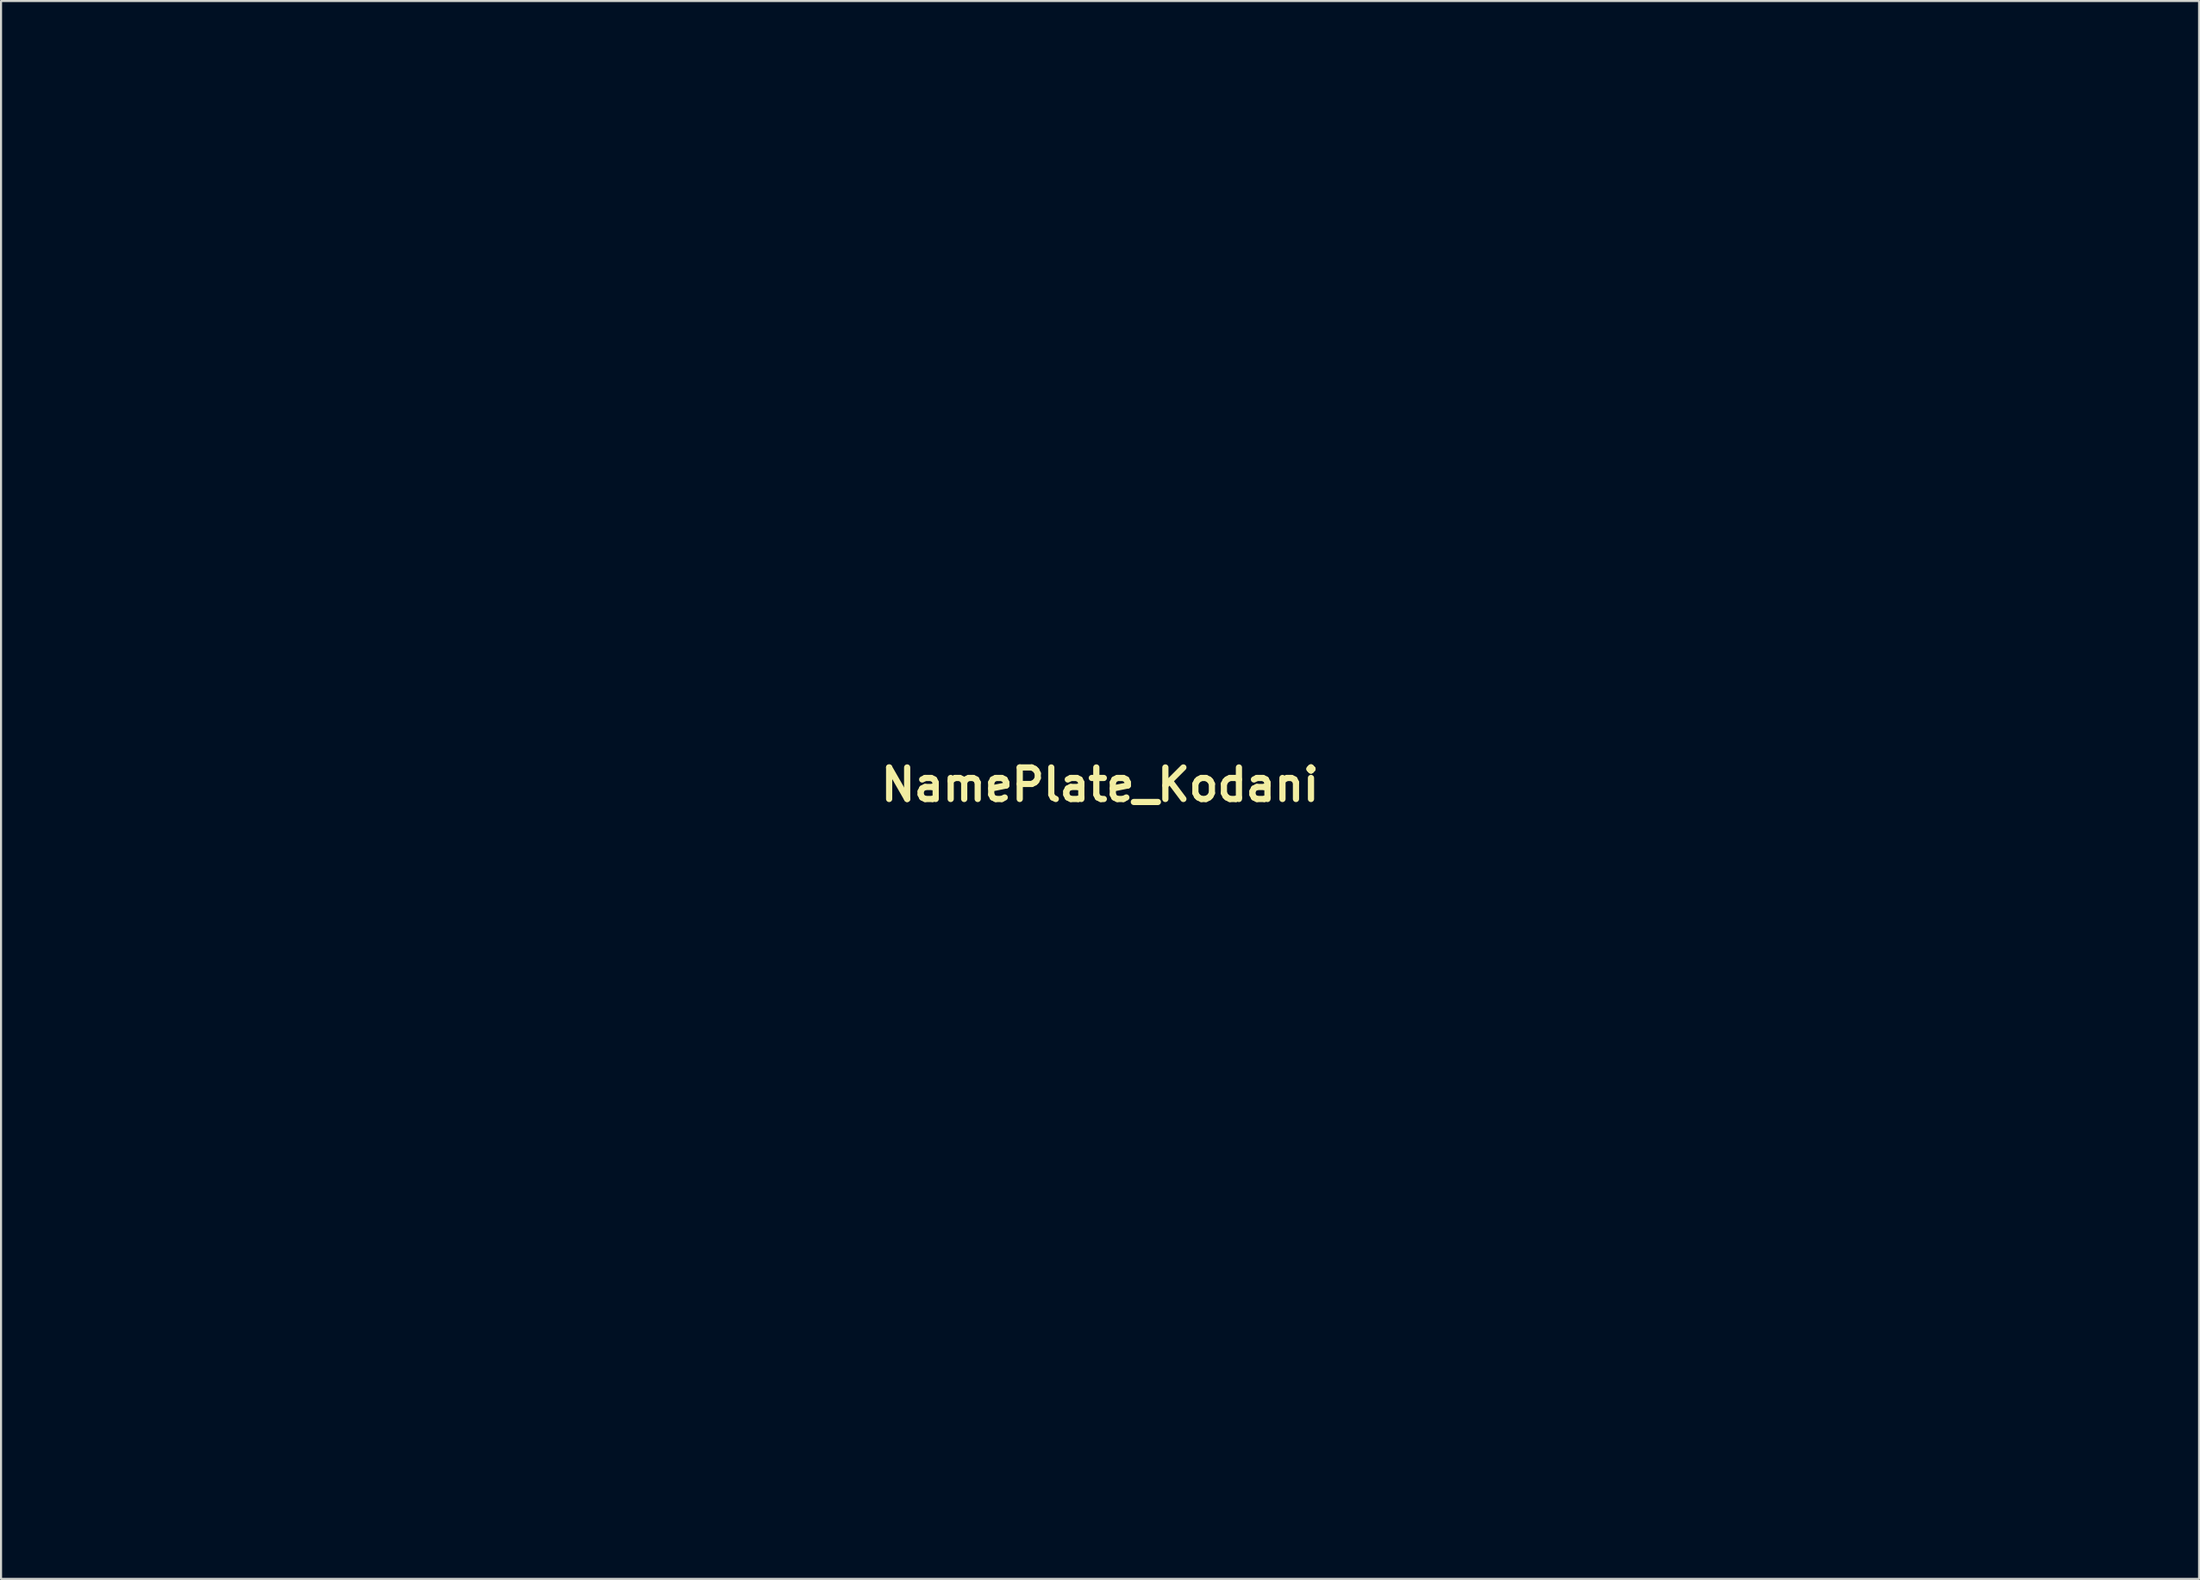
<source format=kicad_pcb>
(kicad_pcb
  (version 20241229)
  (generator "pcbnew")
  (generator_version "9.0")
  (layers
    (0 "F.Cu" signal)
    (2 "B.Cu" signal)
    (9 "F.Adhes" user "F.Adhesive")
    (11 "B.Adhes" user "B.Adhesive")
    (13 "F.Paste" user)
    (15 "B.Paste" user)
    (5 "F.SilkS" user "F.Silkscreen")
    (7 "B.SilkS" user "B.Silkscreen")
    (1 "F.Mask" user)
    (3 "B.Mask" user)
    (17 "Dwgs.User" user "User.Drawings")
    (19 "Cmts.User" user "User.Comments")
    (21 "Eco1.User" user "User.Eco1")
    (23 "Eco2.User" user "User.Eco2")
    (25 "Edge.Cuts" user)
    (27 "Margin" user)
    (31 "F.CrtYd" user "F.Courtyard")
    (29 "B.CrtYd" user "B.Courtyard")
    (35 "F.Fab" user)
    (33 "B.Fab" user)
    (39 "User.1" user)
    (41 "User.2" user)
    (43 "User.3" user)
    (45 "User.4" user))
  (footprint "NamePlate_Kodani"
    (layer "F.Cu")
    (at 50.128 34.888)
    (property "Reference" "NamePlate_Kodani" (at 0 0 0) (layer "F.SilkS") (effects (font (size 1.524 1.524) (thickness 0.3))))
    (attr through_hole)
    (fp_poly (pts (xy 32.681 8.975) (xy 31.835 8.975) (xy 31.835 3.725) (xy 32.681 3.725) (xy 32.681 8.975)) (stroke (width 0.01) (type solid)) (fill yes) (layer "F.Mask"))
    (fp_poly (pts (xy -25.247 25.39) (xy -25.083 25.624) (xy -25.089 25.738) (xy -25.208 25.829) (xy -25.388 25.668) (xy -25.546 25.394) (xy -25.464 25.3) (xy -25.247 25.39)) (stroke (width 0.01) (type solid)) (fill yes) (layer "F.Mask"))
    (fp_poly (pts (xy 10.333 24.649) (xy 10.421 24.734) (xy 10.485 24.951) (xy 10.327 24.966) (xy 10.063 24.811) (xy 9.851 24.627) (xy 9.911 24.565) (xy 10.023 24.559) (xy 10.333 24.649)) (stroke (width 0.01) (type solid)) (fill yes) (layer "F.Mask"))
    (fp_poly (pts (xy 10.525 24.331) (xy 10.668 24.469) (xy 10.809 24.718) (xy 10.801 24.816) (xy 10.642 24.775) (xy 10.499 24.638) (xy 10.357 24.389) (xy 10.366 24.291) (xy 10.525 24.331)) (stroke (width 0.01) (type solid)) (fill yes) (layer "F.Mask"))
    (fp_poly (pts (xy 28.297 25.838) (xy 28.363 25.908) (xy 28.327 26.055) (xy 28.214 26.077) (xy 27.921 25.978) (xy 27.855 25.908) (xy 27.892 25.761) (xy 28.005 25.739) (xy 28.297 25.838)) (stroke (width 0.01) (type solid)) (fill yes) (layer "F.Mask"))
    (fp_poly (pts (xy 28.397 25.097) (xy 28.448 25.241) (xy 28.341 25.39) (xy 28.127 25.337) (xy 28.018 25.219) (xy 27.972 24.991) (xy 27.996 24.948) (xy 28.194 24.936) (xy 28.397 25.097)) (stroke (width 0.01) (type solid)) (fill yes) (layer "F.Mask"))
    (fp_poly (pts (xy -25.324 24.576) (xy -25.022 24.727) (xy -24.934 24.85) (xy -24.951 25.037) (xy -25.136 25.022) (xy -25.394 24.814) (xy -25.416 24.788) (xy -25.549 24.586) (xy -25.415 24.56) (xy -25.324 24.576)) (stroke (width 0.01) (type solid)) (fill yes) (layer "F.Mask"))
    (fp_poly (pts (xy -25.076 26.375) (xy -25.131 26.711) (xy -25.297 27.074) (xy -25.496 27.319) (xy -25.632 27.298) (xy -25.647 27.038) (xy -25.537 26.675) (xy -25.363 26.362) (xy -25.203 26.247) (xy -25.076 26.375)) (stroke (width 0.01) (type solid)) (fill yes) (layer "F.Mask"))
    (fp_poly (pts (xy 10.237 26.026) (xy 10.5 26.296) (xy 10.696 26.596) (xy 10.727 26.796) (xy 10.551 26.91) (xy 10.305 26.74) (xy 10.118 26.506) (xy 9.874 26.131) (xy 9.85 25.95) (xy 10.006 25.908) (xy 10.237 26.026)) (stroke (width 0.01) (type solid)) (fill yes) (layer "F.Mask"))
    (fp_poly (pts (xy -49.847 -23.387) (xy -49.788 -23.012) (xy -49.784 -22.86) (xy -49.822 -22.436) (xy -49.915 -22.2) (xy -49.953 -22.183) (xy -50.059 -22.333) (xy -50.118 -22.708) (xy -50.123 -22.86) (xy -50.085 -23.284) (xy -49.991 -23.52) (xy -49.953 -23.537) (xy -49.847 -23.387)) (stroke (width 0.01) (type solid)) (fill yes) (layer "F.Mask"))
    (fp_poly (pts (xy -49.847 -21.016) (xy -49.788 -20.641) (xy -49.784 -20.489) (xy -49.822 -20.065) (xy -49.915 -19.829) (xy -49.953 -19.812) (xy -50.059 -19.962) (xy -50.118 -20.338) (xy -50.123 -20.489) (xy -50.085 -20.913) (xy -49.991 -21.149) (xy -49.953 -21.167) (xy -49.847 -21.016)) (stroke (width 0.01) (type solid)) (fill yes) (layer "F.Mask"))
    (fp_poly (pts (xy -49.847 -18.646) (xy -49.788 -18.27) (xy -49.784 -18.119) (xy -49.822 -17.695) (xy -49.915 -17.459) (xy -49.953 -17.441) (xy -50.059 -17.592) (xy -50.118 -17.967) (xy -50.123 -18.119) (xy -50.085 -18.543) (xy -49.991 -18.779) (xy -49.953 -18.796) (xy -49.847 -18.646)) (stroke (width 0.01) (type solid)) (fill yes) (layer "F.Mask"))
    (fp_poly (pts (xy -49.847 -16.275) (xy -49.788 -15.9) (xy -49.784 -15.748) (xy -49.822 -15.324) (xy -49.915 -15.088) (xy -49.953 -15.071) (xy -50.059 -15.221) (xy -50.118 -15.596) (xy -50.123 -15.748) (xy -50.085 -16.172) (xy -49.991 -16.408) (xy -49.953 -16.425) (xy -49.847 -16.275)) (stroke (width 0.01) (type solid)) (fill yes) (layer "F.Mask"))
    (fp_poly (pts (xy -49.847 -13.904) (xy -49.788 -13.529) (xy -49.784 -13.377) (xy -49.822 -12.953) (xy -49.915 -12.717) (xy -49.953 -12.7) (xy -50.059 -12.85) (xy -50.118 -13.226) (xy -50.123 -13.377) (xy -50.085 -13.801) (xy -49.991 -14.037) (xy -49.953 -14.055) (xy -49.847 -13.904)) (stroke (width 0.01) (type solid)) (fill yes) (layer "F.Mask"))
    (fp_poly (pts (xy -49.847 -11.534) (xy -49.788 -11.158) (xy -49.784 -11.007) (xy -49.822 -10.583) (xy -49.915 -10.347) (xy -49.953 -10.329) (xy -50.059 -10.48) (xy -50.118 -10.855) (xy -50.123 -11.007) (xy -50.085 -11.431) (xy -49.991 -11.667) (xy -49.953 -11.684) (xy -49.847 -11.534)) (stroke (width 0.01) (type solid)) (fill yes) (layer "F.Mask"))
    (fp_poly (pts (xy -49.847 -9.163) (xy -49.788 -8.788) (xy -49.784 -8.636) (xy -49.822 -8.212) (xy -49.915 -7.976) (xy -49.953 -7.959) (xy -50.059 -8.109) (xy -50.118 -8.484) (xy -50.123 -8.636) (xy -50.085 -9.06) (xy -49.991 -9.296) (xy -49.953 -9.313) (xy -49.847 -9.163)) (stroke (width 0.01) (type solid)) (fill yes) (layer "F.Mask"))
    (fp_poly (pts (xy -49.847 -6.792) (xy -49.788 -6.417) (xy -49.784 -6.265) (xy -49.822 -5.841) (xy -49.915 -5.605) (xy -49.953 -5.588) (xy -50.059 -5.738) (xy -50.118 -6.114) (xy -50.123 -6.265) (xy -50.085 -6.689) (xy -49.991 -6.925) (xy -49.953 -6.943) (xy -49.847 -6.792)) (stroke (width 0.01) (type solid)) (fill yes) (layer "F.Mask"))
    (fp_poly (pts (xy -49.847 -4.422) (xy -49.788 -4.046) (xy -49.784 -3.895) (xy -49.822 -3.471) (xy -49.915 -3.235) (xy -49.953 -3.217) (xy -50.059 -3.368) (xy -50.118 -3.743) (xy -50.123 -3.895) (xy -50.085 -4.319) (xy -49.991 -4.555) (xy -49.953 -4.572) (xy -49.847 -4.422)) (stroke (width 0.01) (type solid)) (fill yes) (layer "F.Mask"))
    (fp_poly (pts (xy -49.847 -2.051) (xy -49.788 -1.676) (xy -49.784 -1.524) (xy -49.822 -1.1) (xy -49.915 -0.864) (xy -49.953 -0.847) (xy -50.059 -0.997) (xy -50.118 -1.372) (xy -50.123 -1.524) (xy -50.085 -1.948) (xy -49.991 -2.184) (xy -49.953 -2.201) (xy -49.847 -2.051)) (stroke (width 0.01) (type solid)) (fill yes) (layer "F.Mask"))
    (fp_poly (pts (xy -49.847 0.32) (xy -49.788 0.695) (xy -49.784 0.847) (xy -49.822 1.271) (xy -49.915 1.507) (xy -49.953 1.524) (xy -50.059 1.374) (xy -50.118 0.998) (xy -50.123 0.847) (xy -50.085 0.423) (xy -49.991 0.187) (xy -49.953 0.169) (xy -49.847 0.32)) (stroke (width 0.01) (type solid)) (fill yes) (layer "F.Mask"))
    (fp_poly (pts (xy -49.847 2.69) (xy -49.788 3.066) (xy -49.784 3.217) (xy -49.822 3.641) (xy -49.915 3.877) (xy -49.953 3.895) (xy -50.059 3.744) (xy -50.118 3.369) (xy -50.123 3.217) (xy -50.085 2.793) (xy -49.991 2.557) (xy -49.953 2.54) (xy -49.847 2.69)) (stroke (width 0.01) (type solid)) (fill yes) (layer "F.Mask"))
    (fp_poly (pts (xy -49.847 5.061) (xy -49.788 5.436) (xy -49.784 5.588) (xy -49.822 6.012) (xy -49.915 6.248) (xy -49.953 6.265) (xy -50.059 6.115) (xy -50.118 5.74) (xy -50.123 5.588) (xy -50.085 5.164) (xy -49.991 4.928) (xy -49.953 4.911) (xy -49.847 5.061)) (stroke (width 0.01) (type solid)) (fill yes) (layer "F.Mask"))
    (fp_poly (pts (xy -49.847 7.432) (xy -49.788 7.807) (xy -49.784 7.959) (xy -49.822 8.383) (xy -49.915 8.619) (xy -49.953 8.636) (xy -50.059 8.486) (xy -50.118 8.11) (xy -50.123 7.959) (xy -50.085 7.535) (xy -49.991 7.299) (xy -49.953 7.281) (xy -49.847 7.432)) (stroke (width 0.01) (type solid)) (fill yes) (layer "F.Mask"))
    (fp_poly (pts (xy -49.847 9.802) (xy -49.788 10.178) (xy -49.784 10.329) (xy -49.822 10.753) (xy -49.915 10.989) (xy -49.953 11.007) (xy -50.059 10.856) (xy -50.118 10.481) (xy -50.123 10.329) (xy -50.085 9.905) (xy -49.991 9.669) (xy -49.953 9.652) (xy -49.847 9.802)) (stroke (width 0.01) (type solid)) (fill yes) (layer "F.Mask"))
    (fp_poly (pts (xy -49.847 12.173) (xy -49.788 12.548) (xy -49.784 12.7) (xy -49.822 13.124) (xy -49.915 13.36) (xy -49.953 13.377) (xy -50.059 13.227) (xy -50.118 12.852) (xy -50.123 12.7) (xy -50.085 12.276) (xy -49.991 12.04) (xy -49.953 12.023) (xy -49.847 12.173)) (stroke (width 0.01) (type solid)) (fill yes) (layer "F.Mask"))
    (fp_poly (pts (xy -49.847 14.544) (xy -49.788 14.919) (xy -49.784 15.071) (xy -49.822 15.495) (xy -49.915 15.731) (xy -49.953 15.748) (xy -50.059 15.598) (xy -50.118 15.222) (xy -50.123 15.071) (xy -50.085 14.647) (xy -49.991 14.411) (xy -49.953 14.393) (xy -49.847 14.544)) (stroke (width 0.01) (type solid)) (fill yes) (layer "F.Mask"))
    (fp_poly (pts (xy -49.847 16.914) (xy -49.788 17.29) (xy -49.784 17.441) (xy -49.822 17.865) (xy -49.915 18.101) (xy -49.953 18.119) (xy -50.059 17.968) (xy -50.118 17.593) (xy -50.123 17.441) (xy -50.085 17.017) (xy -49.991 16.781) (xy -49.953 16.764) (xy -49.847 16.914)) (stroke (width 0.01) (type solid)) (fill yes) (layer "F.Mask"))
    (fp_poly (pts (xy -49.847 19.285) (xy -49.788 19.66) (xy -49.784 19.812) (xy -49.822 20.236) (xy -49.915 20.472) (xy -49.953 20.489) (xy -50.059 20.339) (xy -50.118 19.964) (xy -50.123 19.812) (xy -50.085 19.388) (xy -49.991 19.152) (xy -49.953 19.135) (xy -49.847 19.285)) (stroke (width 0.01) (type solid)) (fill yes) (layer "F.Mask"))
    (fp_poly (pts (xy -49.847 21.656) (xy -49.788 22.031) (xy -49.784 22.183) (xy -49.822 22.607) (xy -49.915 22.843) (xy -49.953 22.86) (xy -50.059 22.71) (xy -50.118 22.334) (xy -50.123 22.183) (xy -50.085 21.759) (xy -49.991 21.523) (xy -49.953 21.505) (xy -49.847 21.656)) (stroke (width 0.01) (type solid)) (fill yes) (layer "F.Mask"))
    (fp_poly (pts (xy -49.847 24.026) (xy -49.788 24.402) (xy -49.784 24.553) (xy -49.822 24.977) (xy -49.915 25.213) (xy -49.953 25.231) (xy -50.059 25.08) (xy -50.118 24.705) (xy -50.123 24.553) (xy -50.085 24.129) (xy -49.991 23.893) (xy -49.953 23.876) (xy -49.847 24.026)) (stroke (width 0.01) (type solid)) (fill yes) (layer "F.Mask"))
    (fp_poly (pts (xy -49.847 26.397) (xy -49.788 26.772) (xy -49.784 26.924) (xy -49.822 27.348) (xy -49.915 27.584) (xy -49.953 27.601) (xy -50.059 27.451) (xy -50.118 27.076) (xy -50.123 26.924) (xy -50.085 26.5) (xy -49.991 26.264) (xy -49.953 26.247) (xy -49.847 26.397)) (stroke (width 0.01) (type solid)) (fill yes) (layer "F.Mask"))
    (fp_poly (pts (xy -49.847 28.768) (xy -49.788 29.143) (xy -49.784 29.295) (xy -49.822 29.719) (xy -49.915 29.955) (xy -49.953 29.972) (xy -50.059 29.822) (xy -50.118 29.446) (xy -50.123 29.295) (xy -50.085 28.871) (xy -49.991 28.635) (xy -49.953 28.617) (xy -49.847 28.768)) (stroke (width 0.01) (type solid)) (fill yes) (layer "F.Mask"))
    (fp_poly (pts (xy -49.847 31.138) (xy -49.788 31.514) (xy -49.784 31.665) (xy -49.822 32.089) (xy -49.915 32.325) (xy -49.953 32.343) (xy -50.059 32.192) (xy -50.118 31.817) (xy -50.123 31.665) (xy -50.085 31.241) (xy -49.991 31.005) (xy -49.953 30.988) (xy -49.847 31.138)) (stroke (width 0.01) (type solid)) (fill yes) (layer "F.Mask"))
    (fp_poly (pts (xy -49.847 33.509) (xy -49.788 33.884) (xy -49.784 34.036) (xy -49.822 34.46) (xy -49.915 34.696) (xy -49.953 34.713) (xy -50.059 34.563) (xy -50.118 34.188) (xy -50.123 34.036) (xy -50.085 33.612) (xy -49.991 33.376) (xy -49.953 33.359) (xy -49.847 33.509)) (stroke (width 0.01) (type solid)) (fill yes) (layer "F.Mask"))
    (fp_poly (pts (xy -48.344 35.09) (xy -48.108 35.183) (xy -48.091 35.221) (xy -48.241 35.327) (xy -48.616 35.386) (xy -48.768 35.391) (xy -49.192 35.353) (xy -49.428 35.259) (xy -49.445 35.221) (xy -49.295 35.115) (xy -48.92 35.056) (xy -48.768 35.052) (xy -48.344 35.09)) (stroke (width 0.01) (type solid)) (fill yes) (layer "F.Mask"))
    (fp_poly (pts (xy -45.973 35.09) (xy -45.737 35.183) (xy -45.72 35.221) (xy -45.87 35.327) (xy -46.246 35.386) (xy -46.397 35.391) (xy -46.821 35.353) (xy -47.057 35.259) (xy -47.075 35.221) (xy -46.924 35.115) (xy -46.549 35.056) (xy -46.397 35.052) (xy -45.973 35.09)) (stroke (width 0.01) (type solid)) (fill yes) (layer "F.Mask"))
    (fp_poly (pts (xy -43.603 35.09) (xy -43.367 35.183) (xy -43.349 35.221) (xy -43.5 35.327) (xy -43.875 35.386) (xy -44.027 35.391) (xy -44.451 35.353) (xy -44.687 35.259) (xy -44.704 35.221) (xy -44.554 35.115) (xy -44.178 35.056) (xy -44.027 35.052) (xy -43.603 35.09)) (stroke (width 0.01) (type solid)) (fill yes) (layer "F.Mask"))
    (fp_poly (pts (xy -41.232 35.09) (xy -40.996 35.183) (xy -40.979 35.221) (xy -41.129 35.327) (xy -41.504 35.386) (xy -41.656 35.391) (xy -42.08 35.353) (xy -42.316 35.259) (xy -42.333 35.221) (xy -42.183 35.115) (xy -41.808 35.056) (xy -41.656 35.052) (xy -41.232 35.09)) (stroke (width 0.01) (type solid)) (fill yes) (layer "F.Mask"))
    (fp_poly (pts (xy -38.861 35.09) (xy -38.625 35.183) (xy -38.608 35.221) (xy -38.758 35.327) (xy -39.134 35.386) (xy -39.285 35.391) (xy -39.709 35.353) (xy -39.945 35.259) (xy -39.963 35.221) (xy -39.812 35.115) (xy -39.437 35.056) (xy -39.285 35.052) (xy -38.861 35.09)) (stroke (width 0.01) (type solid)) (fill yes) (layer "F.Mask"))
    (fp_poly (pts (xy -36.491 35.09) (xy -36.255 35.183) (xy -36.237 35.221) (xy -36.388 35.327) (xy -36.763 35.386) (xy -36.915 35.391) (xy -37.339 35.353) (xy -37.575 35.259) (xy -37.592 35.221) (xy -37.442 35.115) (xy -37.066 35.056) (xy -36.915 35.052) (xy -36.491 35.09)) (stroke (width 0.01) (type solid)) (fill yes) (layer "F.Mask"))
    (fp_poly (pts (xy -34.12 35.09) (xy -33.884 35.183) (xy -33.867 35.221) (xy -34.017 35.327) (xy -34.392 35.386) (xy -34.544 35.391) (xy -34.968 35.353) (xy -35.204 35.259) (xy -35.221 35.221) (xy -35.071 35.115) (xy -34.696 35.056) (xy -34.544 35.052) (xy -34.12 35.09)) (stroke (width 0.01) (type solid)) (fill yes) (layer "F.Mask"))
    (fp_poly (pts (xy -31.749 35.09) (xy -31.513 35.183) (xy -31.496 35.221) (xy -31.646 35.327) (xy -32.022 35.386) (xy -32.173 35.391) (xy -32.597 35.353) (xy -32.833 35.259) (xy -32.851 35.221) (xy -32.7 35.115) (xy -32.325 35.056) (xy -32.173 35.052) (xy -31.749 35.09)) (stroke (width 0.01) (type solid)) (fill yes) (layer "F.Mask"))
    (fp_poly (pts (xy -29.379 35.09) (xy -29.143 35.183) (xy -29.125 35.221) (xy -29.276 35.327) (xy -29.651 35.386) (xy -29.803 35.391) (xy -30.227 35.353) (xy -30.463 35.259) (xy -30.48 35.221) (xy -30.33 35.115) (xy -29.954 35.056) (xy -29.803 35.052) (xy -29.379 35.09)) (stroke (width 0.01) (type solid)) (fill yes) (layer "F.Mask"))
    (fp_poly (pts (xy -27.008 35.09) (xy -26.772 35.183) (xy -26.755 35.221) (xy -26.905 35.327) (xy -27.28 35.386) (xy -27.432 35.391) (xy -27.856 35.353) (xy -28.092 35.259) (xy -28.109 35.221) (xy -27.959 35.115) (xy -27.584 35.056) (xy -27.432 35.052) (xy -27.008 35.09)) (stroke (width 0.01) (type solid)) (fill yes) (layer "F.Mask"))
    (fp_poly (pts (xy -24.637 35.09) (xy -24.401 35.183) (xy -24.384 35.221) (xy -24.534 35.327) (xy -24.91 35.386) (xy -25.061 35.391) (xy -25.485 35.353) (xy -25.721 35.259) (xy -25.739 35.221) (xy -25.588 35.115) (xy -25.213 35.056) (xy -25.061 35.052) (xy -24.637 35.09)) (stroke (width 0.01) (type solid)) (fill yes) (layer "F.Mask"))
    (fp_poly (pts (xy -22.267 35.09) (xy -22.031 35.183) (xy -22.013 35.221) (xy -22.164 35.327) (xy -22.539 35.386) (xy -22.691 35.391) (xy -23.115 35.353) (xy -23.351 35.259) (xy -23.368 35.221) (xy -23.218 35.115) (xy -22.842 35.056) (xy -22.691 35.052) (xy -22.267 35.09)) (stroke (width 0.01) (type solid)) (fill yes) (layer "F.Mask"))
    (fp_poly (pts (xy -19.896 35.09) (xy -19.66 35.183) (xy -19.643 35.221) (xy -19.793 35.327) (xy -20.168 35.386) (xy -20.32 35.391) (xy -20.744 35.353) (xy -20.98 35.259) (xy -20.997 35.221) (xy -20.847 35.115) (xy -20.472 35.056) (xy -20.32 35.052) (xy -19.896 35.09)) (stroke (width 0.01) (type solid)) (fill yes) (layer "F.Mask"))
    (fp_poly (pts (xy -17.525 35.09) (xy -17.289 35.183) (xy -17.272 35.221) (xy -17.422 35.327) (xy -17.798 35.386) (xy -17.949 35.391) (xy -18.373 35.353) (xy -18.609 35.259) (xy -18.627 35.221) (xy -18.476 35.115) (xy -18.101 35.056) (xy -17.949 35.052) (xy -17.525 35.09)) (stroke (width 0.01) (type solid)) (fill yes) (layer "F.Mask"))
    (fp_poly (pts (xy -15.155 35.09) (xy -14.919 35.183) (xy -14.901 35.221) (xy -15.052 35.327) (xy -15.427 35.386) (xy -15.579 35.391) (xy -16.003 35.353) (xy -16.239 35.259) (xy -16.256 35.221) (xy -16.106 35.115) (xy -15.73 35.056) (xy -15.579 35.052) (xy -15.155 35.09)) (stroke (width 0.01) (type solid)) (fill yes) (layer "F.Mask"))
    (fp_poly (pts (xy -13.292 -34.845) (xy -13.056 -34.751) (xy -13.039 -34.713) (xy -13.189 -34.607) (xy -13.564 -34.548) (xy -13.716 -34.544) (xy -14.14 -34.582) (xy -14.376 -34.675) (xy -14.393 -34.713) (xy -14.243 -34.819) (xy -13.868 -34.878) (xy -13.716 -34.883) (xy -13.292 -34.845)) (stroke (width 0.01) (type solid)) (fill yes) (layer "F.Mask"))
    (fp_poly (pts (xy -12.784 35.09) (xy -12.548 35.183) (xy -12.531 35.221) (xy -12.681 35.327) (xy -13.056 35.386) (xy -13.208 35.391) (xy -13.632 35.353) (xy -13.868 35.259) (xy -13.885 35.221) (xy -13.735 35.115) (xy -13.36 35.056) (xy -13.208 35.052) (xy -12.784 35.09)) (stroke (width 0.01) (type solid)) (fill yes) (layer "F.Mask"))
    (fp_poly (pts (xy -10.921 -34.845) (xy -10.685 -34.751) (xy -10.668 -34.713) (xy -10.818 -34.607) (xy -11.194 -34.548) (xy -11.345 -34.544) (xy -11.769 -34.582) (xy -12.005 -34.675) (xy -12.023 -34.713) (xy -11.872 -34.819) (xy -11.497 -34.878) (xy -11.345 -34.883) (xy -10.921 -34.845)) (stroke (width 0.01) (type solid)) (fill yes) (layer "F.Mask"))
    (fp_poly (pts (xy -10.413 35.09) (xy -10.177 35.183) (xy -10.16 35.221) (xy -10.31 35.327) (xy -10.686 35.386) (xy -10.837 35.391) (xy -11.261 35.353) (xy -11.497 35.259) (xy -11.515 35.221) (xy -11.364 35.115) (xy -10.989 35.056) (xy -10.837 35.052) (xy -10.413 35.09)) (stroke (width 0.01) (type solid)) (fill yes) (layer "F.Mask"))
    (fp_poly (pts (xy -8.551 -34.845) (xy -8.315 -34.751) (xy -8.297 -34.713) (xy -8.448 -34.607) (xy -8.823 -34.548) (xy -8.975 -34.544) (xy -9.399 -34.582) (xy -9.635 -34.675) (xy -9.652 -34.713) (xy -9.502 -34.819) (xy -9.126 -34.878) (xy -8.975 -34.883) (xy -8.551 -34.845)) (stroke (width 0.01) (type solid)) (fill yes) (layer "F.Mask"))
    (fp_poly (pts (xy -8.043 35.09) (xy -7.807 35.183) (xy -7.789 35.221) (xy -7.94 35.327) (xy -8.315 35.386) (xy -8.467 35.391) (xy -8.891 35.353) (xy -9.127 35.259) (xy -9.144 35.221) (xy -8.994 35.115) (xy -8.618 35.056) (xy -8.467 35.052) (xy -8.043 35.09)) (stroke (width 0.01) (type solid)) (fill yes) (layer "F.Mask"))
    (fp_poly (pts (xy -6.18 -34.845) (xy -5.944 -34.751) (xy -5.927 -34.713) (xy -6.077 -34.607) (xy -6.452 -34.548) (xy -6.604 -34.544) (xy -7.028 -34.582) (xy -7.264 -34.675) (xy -7.281 -34.713) (xy -7.131 -34.819) (xy -6.756 -34.878) (xy -6.604 -34.883) (xy -6.18 -34.845)) (stroke (width 0.01) (type solid)) (fill yes) (layer "F.Mask"))
    (fp_poly (pts (xy -5.672 35.09) (xy -5.436 35.183) (xy -5.419 35.221) (xy -5.569 35.327) (xy -5.944 35.386) (xy -6.096 35.391) (xy -6.52 35.353) (xy -6.756 35.259) (xy -6.773 35.221) (xy -6.623 35.115) (xy -6.248 35.056) (xy -6.096 35.052) (xy -5.672 35.09)) (stroke (width 0.01) (type solid)) (fill yes) (layer "F.Mask"))
    (fp_poly (pts (xy -3.809 -34.845) (xy -3.573 -34.751) (xy -3.556 -34.713) (xy -3.706 -34.607) (xy -4.082 -34.548) (xy -4.233 -34.544) (xy -4.657 -34.582) (xy -4.893 -34.675) (xy -4.911 -34.713) (xy -4.76 -34.819) (xy -4.385 -34.878) (xy -4.233 -34.883) (xy -3.809 -34.845)) (stroke (width 0.01) (type solid)) (fill yes) (layer "F.Mask"))
    (fp_poly (pts (xy -3.301 35.09) (xy -3.065 35.183) (xy -3.048 35.221) (xy -3.198 35.327) (xy -3.574 35.386) (xy -3.725 35.391) (xy -4.149 35.353) (xy -4.385 35.259) (xy -4.403 35.221) (xy -4.252 35.115) (xy -3.877 35.056) (xy -3.725 35.052) (xy -3.301 35.09)) (stroke (width 0.01) (type solid)) (fill yes) (layer "F.Mask"))
    (fp_poly (pts (xy -1.439 -34.845) (xy -1.203 -34.751) (xy -1.185 -34.713) (xy -1.336 -34.607) (xy -1.711 -34.548) (xy -1.863 -34.544) (xy -2.287 -34.582) (xy -2.523 -34.675) (xy -2.54 -34.713) (xy -2.39 -34.819) (xy -2.014 -34.878) (xy -1.863 -34.883) (xy -1.439 -34.845)) (stroke (width 0.01) (type solid)) (fill yes) (layer "F.Mask"))
    (fp_poly (pts (xy -0.931 35.09) (xy -0.695 35.183) (xy -0.677 35.221) (xy -0.828 35.327) (xy -1.203 35.386) (xy -1.355 35.391) (xy -1.779 35.353) (xy -2.015 35.259) (xy -2.032 35.221) (xy -1.882 35.115) (xy -1.506 35.056) (xy -1.355 35.052) (xy -0.931 35.09)) (stroke (width 0.01) (type solid)) (fill yes) (layer "F.Mask"))
    (fp_poly (pts (xy 0.932 -34.845) (xy 1.168 -34.751) (xy 1.185 -34.713) (xy 1.035 -34.607) (xy 0.66 -34.548) (xy 0.508 -34.544) (xy 0.084 -34.582) (xy -0.152 -34.675) (xy -0.169 -34.713) (xy -0.019 -34.819) (xy 0.356 -34.878) (xy 0.508 -34.883) (xy 0.932 -34.845)) (stroke (width 0.01) (type solid)) (fill yes) (layer "F.Mask"))
    (fp_poly (pts (xy 1.44 35.09) (xy 1.676 35.183) (xy 1.693 35.221) (xy 1.543 35.327) (xy 1.168 35.386) (xy 1.016 35.391) (xy 0.592 35.353) (xy 0.356 35.259) (xy 0.339 35.221) (xy 0.489 35.115) (xy 0.864 35.056) (xy 1.016 35.052) (xy 1.44 35.09)) (stroke (width 0.01) (type solid)) (fill yes) (layer "F.Mask"))
    (fp_poly (pts (xy 3.303 -34.845) (xy 3.539 -34.751) (xy 3.556 -34.713) (xy 3.406 -34.607) (xy 3.03 -34.548) (xy 2.879 -34.544) (xy 2.455 -34.582) (xy 2.219 -34.675) (xy 2.201 -34.713) (xy 2.352 -34.819) (xy 2.727 -34.878) (xy 2.879 -34.883) (xy 3.303 -34.845)) (stroke (width 0.01) (type solid)) (fill yes) (layer "F.Mask"))
    (fp_poly (pts (xy 3.811 35.09) (xy 4.047 35.183) (xy 4.064 35.221) (xy 3.914 35.327) (xy 3.538 35.386) (xy 3.387 35.391) (xy 2.963 35.353) (xy 2.727 35.259) (xy 2.709 35.221) (xy 2.86 35.115) (xy 3.235 35.056) (xy 3.387 35.052) (xy 3.811 35.09)) (stroke (width 0.01) (type solid)) (fill yes) (layer "F.Mask"))
    (fp_poly (pts (xy 5.673 -34.845) (xy 5.909 -34.751) (xy 5.927 -34.713) (xy 5.776 -34.607) (xy 5.401 -34.548) (xy 5.249 -34.544) (xy 4.825 -34.582) (xy 4.589 -34.675) (xy 4.572 -34.713) (xy 4.722 -34.819) (xy 5.098 -34.878) (xy 5.249 -34.883) (xy 5.673 -34.845)) (stroke (width 0.01) (type solid)) (fill yes) (layer "F.Mask"))
    (fp_poly (pts (xy 6.181 35.09) (xy 6.417 35.183) (xy 6.435 35.221) (xy 6.284 35.327) (xy 5.909 35.386) (xy 5.757 35.391) (xy 5.333 35.353) (xy 5.097 35.259) (xy 5.08 35.221) (xy 5.23 35.115) (xy 5.606 35.056) (xy 5.757 35.052) (xy 6.181 35.09)) (stroke (width 0.01) (type solid)) (fill yes) (layer "F.Mask"))
    (fp_poly (pts (xy 8.044 -34.845) (xy 8.28 -34.751) (xy 8.297 -34.713) (xy 8.147 -34.607) (xy 7.772 -34.548) (xy 7.62 -34.544) (xy 7.196 -34.582) (xy 6.96 -34.675) (xy 6.943 -34.713) (xy 7.093 -34.819) (xy 7.468 -34.878) (xy 7.62 -34.883) (xy 8.044 -34.845)) (stroke (width 0.01) (type solid)) (fill yes) (layer "F.Mask"))
    (fp_poly (pts (xy 8.539 25.889) (xy 8.538 26.151) (xy 8.376 26.538) (xy 8.332 26.61) (xy 8.099 26.911) (xy 7.933 27.003) (xy 7.912 26.985) (xy 7.924 26.754) (xy 8.069 26.365) (xy 8.119 26.264) (xy 8.352 25.908) (xy 8.517 25.861) (xy 8.539 25.889)) (stroke (width 0.01) (type solid)) (fill yes) (layer "F.Mask"))
    (fp_poly (pts (xy 8.552 35.09) (xy 8.788 35.183) (xy 8.805 35.221) (xy 8.655 35.327) (xy 8.28 35.386) (xy 8.128 35.391) (xy 7.704 35.353) (xy 7.468 35.259) (xy 7.451 35.221) (xy 7.601 35.115) (xy 7.976 35.056) (xy 8.128 35.052) (xy 8.552 35.09)) (stroke (width 0.01) (type solid)) (fill yes) (layer "F.Mask"))
    (fp_poly (pts (xy 10.415 -34.845) (xy 10.651 -34.751) (xy 10.668 -34.713) (xy 10.518 -34.607) (xy 10.142 -34.548) (xy 9.991 -34.544) (xy 9.567 -34.582) (xy 9.331 -34.675) (xy 9.313 -34.713) (xy 9.464 -34.819) (xy 9.839 -34.878) (xy 9.991 -34.883) (xy 10.415 -34.845)) (stroke (width 0.01) (type solid)) (fill yes) (layer "F.Mask"))
    (fp_poly (pts (xy 10.923 35.09) (xy 11.159 35.183) (xy 11.176 35.221) (xy 11.026 35.327) (xy 10.65 35.386) (xy 10.499 35.391) (xy 10.075 35.353) (xy 9.839 35.259) (xy 9.821 35.221) (xy 9.972 35.115) (xy 10.347 35.056) (xy 10.499 35.052) (xy 10.923 35.09)) (stroke (width 0.01) (type solid)) (fill yes) (layer "F.Mask"))
    (fp_poly (pts (xy 12.785 -34.845) (xy 13.021 -34.751) (xy 13.039 -34.713) (xy 12.888 -34.607) (xy 12.513 -34.548) (xy 12.361 -34.544) (xy 11.937 -34.582) (xy 11.701 -34.675) (xy 11.684 -34.713) (xy 11.834 -34.819) (xy 12.21 -34.878) (xy 12.361 -34.883) (xy 12.785 -34.845)) (stroke (width 0.01) (type solid)) (fill yes) (layer "F.Mask"))
    (fp_poly (pts (xy 13.125 24.751) (xy 13.464 24.822) (xy 13.547 24.892) (xy 13.394 24.985) (xy 12.999 25.046) (xy 12.615 25.061) (xy 12.105 25.033) (xy 11.767 24.962) (xy 11.684 24.892) (xy 11.837 24.799) (xy 12.232 24.738) (xy 12.615 24.723) (xy 13.125 24.751)) (stroke (width 0.01) (type solid)) (fill yes) (layer "F.Mask"))
    (fp_poly (pts (xy 13.293 35.09) (xy 13.529 35.183) (xy 13.547 35.221) (xy 13.396 35.327) (xy 13.021 35.386) (xy 12.869 35.391) (xy 12.445 35.353) (xy 12.209 35.259) (xy 12.192 35.221) (xy 12.342 35.115) (xy 12.718 35.056) (xy 12.869 35.052) (xy 13.293 35.09)) (stroke (width 0.01) (type solid)) (fill yes) (layer "F.Mask"))
    (fp_poly (pts (xy 15.156 -34.845) (xy 15.392 -34.751) (xy 15.409 -34.713) (xy 15.259 -34.607) (xy 14.884 -34.548) (xy 14.732 -34.544) (xy 14.308 -34.582) (xy 14.072 -34.675) (xy 14.055 -34.713) (xy 14.205 -34.819) (xy 14.58 -34.878) (xy 14.732 -34.883) (xy 15.156 -34.845)) (stroke (width 0.01) (type solid)) (fill yes) (layer "F.Mask"))
    (fp_poly (pts (xy 15.664 35.09) (xy 15.9 35.183) (xy 15.917 35.221) (xy 15.767 35.327) (xy 15.392 35.386) (xy 15.24 35.391) (xy 14.816 35.353) (xy 14.58 35.259) (xy 14.563 35.221) (xy 14.713 35.115) (xy 15.088 35.056) (xy 15.24 35.052) (xy 15.664 35.09)) (stroke (width 0.01) (type solid)) (fill yes) (layer "F.Mask"))
    (fp_poly (pts (xy 17.527 -34.845) (xy 17.763 -34.751) (xy 17.78 -34.713) (xy 17.63 -34.607) (xy 17.254 -34.548) (xy 17.103 -34.544) (xy 16.679 -34.582) (xy 16.443 -34.675) (xy 16.425 -34.713) (xy 16.576 -34.819) (xy 16.951 -34.878) (xy 17.103 -34.883) (xy 17.527 -34.845)) (stroke (width 0.01) (type solid)) (fill yes) (layer "F.Mask"))
    (fp_poly (pts (xy 18.035 35.09) (xy 18.271 35.183) (xy 18.288 35.221) (xy 18.138 35.327) (xy 17.762 35.386) (xy 17.611 35.391) (xy 17.187 35.353) (xy 16.951 35.259) (xy 16.933 35.221) (xy 17.084 35.115) (xy 17.459 35.056) (xy 17.611 35.052) (xy 18.035 35.09)) (stroke (width 0.01) (type solid)) (fill yes) (layer "F.Mask"))
    (fp_poly (pts (xy 19.897 -34.845) (xy 20.133 -34.751) (xy 20.151 -34.713) (xy 20 -34.607) (xy 19.625 -34.548) (xy 19.473 -34.544) (xy 19.049 -34.582) (xy 18.813 -34.675) (xy 18.796 -34.713) (xy 18.946 -34.819) (xy 19.322 -34.878) (xy 19.473 -34.883) (xy 19.897 -34.845)) (stroke (width 0.01) (type solid)) (fill yes) (layer "F.Mask"))
    (fp_poly (pts (xy 20.405 35.09) (xy 20.641 35.183) (xy 20.659 35.221) (xy 20.508 35.327) (xy 20.133 35.386) (xy 19.981 35.391) (xy 19.557 35.353) (xy 19.321 35.259) (xy 19.304 35.221) (xy 19.454 35.115) (xy 19.83 35.056) (xy 19.981 35.052) (xy 20.405 35.09)) (stroke (width 0.01) (type solid)) (fill yes) (layer "F.Mask"))
    (fp_poly (pts (xy 22.268 -34.845) (xy 22.504 -34.751) (xy 22.521 -34.713) (xy 22.371 -34.607) (xy 21.996 -34.548) (xy 21.844 -34.544) (xy 21.42 -34.582) (xy 21.184 -34.675) (xy 21.167 -34.713) (xy 21.317 -34.819) (xy 21.692 -34.878) (xy 21.844 -34.883) (xy 22.268 -34.845)) (stroke (width 0.01) (type solid)) (fill yes) (layer "F.Mask"))
    (fp_poly (pts (xy 22.776 35.09) (xy 23.012 35.183) (xy 23.029 35.221) (xy 22.879 35.327) (xy 22.504 35.386) (xy 22.352 35.391) (xy 21.928 35.353) (xy 21.692 35.259) (xy 21.675 35.221) (xy 21.825 35.115) (xy 22.2 35.056) (xy 22.352 35.052) (xy 22.776 35.09)) (stroke (width 0.01) (type solid)) (fill yes) (layer "F.Mask"))
    (fp_poly (pts (xy 24.639 -34.845) (xy 24.875 -34.751) (xy 24.892 -34.713) (xy 24.742 -34.607) (xy 24.366 -34.548) (xy 24.215 -34.544) (xy 23.791 -34.582) (xy 23.555 -34.675) (xy 23.537 -34.713) (xy 23.688 -34.819) (xy 24.063 -34.878) (xy 24.215 -34.883) (xy 24.639 -34.845)) (stroke (width 0.01) (type solid)) (fill yes) (layer "F.Mask"))
    (fp_poly (pts (xy 25.147 35.09) (xy 25.383 35.183) (xy 25.4 35.221) (xy 25.25 35.327) (xy 24.874 35.386) (xy 24.723 35.391) (xy 24.299 35.353) (xy 24.063 35.259) (xy 24.045 35.221) (xy 24.196 35.115) (xy 24.571 35.056) (xy 24.723 35.052) (xy 25.147 35.09)) (stroke (width 0.01) (type solid)) (fill yes) (layer "F.Mask"))
    (fp_poly (pts (xy 27.009 -34.845) (xy 27.245 -34.751) (xy 27.263 -34.713) (xy 27.112 -34.607) (xy 26.737 -34.548) (xy 26.585 -34.544) (xy 26.161 -34.582) (xy 25.925 -34.675) (xy 25.908 -34.713) (xy 26.058 -34.819) (xy 26.434 -34.878) (xy 26.585 -34.883) (xy 27.009 -34.845)) (stroke (width 0.01) (type solid)) (fill yes) (layer "F.Mask"))
    (fp_poly (pts (xy 27.517 35.09) (xy 27.753 35.183) (xy 27.771 35.221) (xy 27.62 35.327) (xy 27.245 35.386) (xy 27.093 35.391) (xy 26.669 35.353) (xy 26.433 35.259) (xy 26.416 35.221) (xy 26.566 35.115) (xy 26.942 35.056) (xy 27.093 35.052) (xy 27.517 35.09)) (stroke (width 0.01) (type solid)) (fill yes) (layer "F.Mask"))
    (fp_poly (pts (xy 29.38 -34.845) (xy 29.616 -34.751) (xy 29.633 -34.713) (xy 29.483 -34.607) (xy 29.108 -34.548) (xy 28.956 -34.544) (xy 28.532 -34.582) (xy 28.296 -34.675) (xy 28.279 -34.713) (xy 28.429 -34.819) (xy 28.804 -34.878) (xy 28.956 -34.883) (xy 29.38 -34.845)) (stroke (width 0.01) (type solid)) (fill yes) (layer "F.Mask"))
    (fp_poly (pts (xy 29.888 35.09) (xy 30.124 35.183) (xy 30.141 35.221) (xy 29.991 35.327) (xy 29.616 35.386) (xy 29.464 35.391) (xy 29.04 35.353) (xy 28.804 35.259) (xy 28.787 35.221) (xy 28.937 35.115) (xy 29.312 35.056) (xy 29.464 35.052) (xy 29.888 35.09)) (stroke (width 0.01) (type solid)) (fill yes) (layer "F.Mask"))
    (fp_poly (pts (xy 31.751 -34.845) (xy 31.987 -34.751) (xy 32.004 -34.713) (xy 31.854 -34.607) (xy 31.478 -34.548) (xy 31.327 -34.544) (xy 30.903 -34.582) (xy 30.667 -34.675) (xy 30.649 -34.713) (xy 30.8 -34.819) (xy 31.175 -34.878) (xy 31.327 -34.883) (xy 31.751 -34.845)) (stroke (width 0.01) (type solid)) (fill yes) (layer "F.Mask"))
    (fp_poly (pts (xy 32.259 35.09) (xy 32.495 35.183) (xy 32.512 35.221) (xy 32.362 35.327) (xy 31.986 35.386) (xy 31.835 35.391) (xy 31.411 35.353) (xy 31.175 35.259) (xy 31.157 35.221) (xy 31.308 35.115) (xy 31.683 35.056) (xy 31.835 35.052) (xy 32.259 35.09)) (stroke (width 0.01) (type solid)) (fill yes) (layer "F.Mask"))
    (fp_poly (pts (xy 32.561 1.917) (xy 32.671 2.15) (xy 32.681 2.371) (xy 32.636 2.734) (xy 32.442 2.867) (xy 32.258 2.879) (xy 31.955 2.824) (xy 31.845 2.592) (xy 31.835 2.371) (xy 31.88 2.008) (xy 32.074 1.875) (xy 32.258 1.863) (xy 32.561 1.917)) (stroke (width 0.01) (type solid)) (fill yes) (layer "F.Mask"))
    (fp_poly (pts (xy 34.121 -34.845) (xy 34.357 -34.751) (xy 34.375 -34.713) (xy 34.224 -34.607) (xy 33.849 -34.548) (xy 33.697 -34.544) (xy 33.273 -34.582) (xy 33.037 -34.675) (xy 33.02 -34.713) (xy 33.17 -34.819) (xy 33.546 -34.878) (xy 33.697 -34.883) (xy 34.121 -34.845)) (stroke (width 0.01) (type solid)) (fill yes) (layer "F.Mask"))
    (fp_poly (pts (xy 34.629 35.09) (xy 34.865 35.183) (xy 34.883 35.221) (xy 34.732 35.327) (xy 34.357 35.386) (xy 34.205 35.391) (xy 33.781 35.353) (xy 33.545 35.259) (xy 33.528 35.221) (xy 33.678 35.115) (xy 34.054 35.056) (xy 34.205 35.052) (xy 34.629 35.09)) (stroke (width 0.01) (type solid)) (fill yes) (layer "F.Mask"))
    (fp_poly (pts (xy 36.492 -34.845) (xy 36.728 -34.751) (xy 36.745 -34.713) (xy 36.595 -34.607) (xy 36.22 -34.548) (xy 36.068 -34.544) (xy 35.644 -34.582) (xy 35.408 -34.675) (xy 35.391 -34.713) (xy 35.541 -34.819) (xy 35.916 -34.878) (xy 36.068 -34.883) (xy 36.492 -34.845)) (stroke (width 0.01) (type solid)) (fill yes) (layer "F.Mask"))
    (fp_poly (pts (xy 37 35.09) (xy 37.236 35.183) (xy 37.253 35.221) (xy 37.103 35.327) (xy 36.728 35.386) (xy 36.576 35.391) (xy 36.152 35.353) (xy 35.916 35.259) (xy 35.899 35.221) (xy 36.049 35.115) (xy 36.424 35.056) (xy 36.576 35.052) (xy 37 35.09)) (stroke (width 0.01) (type solid)) (fill yes) (layer "F.Mask"))
    (fp_poly (pts (xy 38.863 -34.845) (xy 39.099 -34.751) (xy 39.116 -34.713) (xy 38.966 -34.607) (xy 38.59 -34.548) (xy 38.439 -34.544) (xy 38.015 -34.582) (xy 37.779 -34.675) (xy 37.761 -34.713) (xy 37.912 -34.819) (xy 38.287 -34.878) (xy 38.439 -34.883) (xy 38.863 -34.845)) (stroke (width 0.01) (type solid)) (fill yes) (layer "F.Mask"))
    (fp_poly (pts (xy 39.371 35.09) (xy 39.607 35.183) (xy 39.624 35.221) (xy 39.474 35.327) (xy 39.098 35.386) (xy 38.947 35.391) (xy 38.523 35.353) (xy 38.287 35.259) (xy 38.269 35.221) (xy 38.42 35.115) (xy 38.795 35.056) (xy 38.947 35.052) (xy 39.371 35.09)) (stroke (width 0.01) (type solid)) (fill yes) (layer "F.Mask"))
    (fp_poly (pts (xy 41.233 -34.845) (xy 41.469 -34.751) (xy 41.487 -34.713) (xy 41.336 -34.607) (xy 40.961 -34.548) (xy 40.809 -34.544) (xy 40.385 -34.582) (xy 40.149 -34.675) (xy 40.132 -34.713) (xy 40.282 -34.819) (xy 40.658 -34.878) (xy 40.809 -34.883) (xy 41.233 -34.845)) (stroke (width 0.01) (type solid)) (fill yes) (layer "F.Mask"))
    (fp_poly (pts (xy 41.741 35.09) (xy 41.977 35.183) (xy 41.995 35.221) (xy 41.844 35.327) (xy 41.469 35.386) (xy 41.317 35.391) (xy 40.893 35.353) (xy 40.657 35.259) (xy 40.64 35.221) (xy 40.79 35.115) (xy 41.166 35.056) (xy 41.317 35.052) (xy 41.741 35.09)) (stroke (width 0.01) (type solid)) (fill yes) (layer "F.Mask"))
    (fp_poly (pts (xy 43.604 -34.845) (xy 43.84 -34.751) (xy 43.857 -34.713) (xy 43.707 -34.607) (xy 43.332 -34.548) (xy 43.18 -34.544) (xy 42.756 -34.582) (xy 42.52 -34.675) (xy 42.503 -34.713) (xy 42.653 -34.819) (xy 43.028 -34.878) (xy 43.18 -34.883) (xy 43.604 -34.845)) (stroke (width 0.01) (type solid)) (fill yes) (layer "F.Mask"))
    (fp_poly (pts (xy 44.112 35.09) (xy 44.348 35.183) (xy 44.365 35.221) (xy 44.215 35.327) (xy 43.84 35.386) (xy 43.688 35.391) (xy 43.264 35.353) (xy 43.028 35.259) (xy 43.011 35.221) (xy 43.161 35.115) (xy 43.536 35.056) (xy 43.688 35.052) (xy 44.112 35.09)) (stroke (width 0.01) (type solid)) (fill yes) (layer "F.Mask"))
    (fp_poly (pts (xy 45.975 -34.845) (xy 46.211 -34.751) (xy 46.228 -34.713) (xy 46.078 -34.607) (xy 45.702 -34.548) (xy 45.551 -34.544) (xy 45.127 -34.582) (xy 44.891 -34.675) (xy 44.873 -34.713) (xy 45.024 -34.819) (xy 45.399 -34.878) (xy 45.551 -34.883) (xy 45.975 -34.845)) (stroke (width 0.01) (type solid)) (fill yes) (layer "F.Mask"))
    (fp_poly (pts (xy 46.483 35.09) (xy 46.719 35.183) (xy 46.736 35.221) (xy 46.586 35.327) (xy 46.21 35.386) (xy 46.059 35.391) (xy 45.635 35.353) (xy 45.399 35.259) (xy 45.381 35.221) (xy 45.532 35.115) (xy 45.907 35.056) (xy 46.059 35.052) (xy 46.483 35.09)) (stroke (width 0.01) (type solid)) (fill yes) (layer "F.Mask"))
    (fp_poly (pts (xy 48.345 -34.845) (xy 48.581 -34.751) (xy 48.599 -34.713) (xy 48.448 -34.607) (xy 48.073 -34.548) (xy 47.921 -34.544) (xy 47.497 -34.582) (xy 47.261 -34.675) (xy 47.244 -34.713) (xy 47.394 -34.819) (xy 47.77 -34.878) (xy 47.921 -34.883) (xy 48.345 -34.845)) (stroke (width 0.01) (type solid)) (fill yes) (layer "F.Mask"))
    (fp_poly (pts (xy 48.853 35.09) (xy 49.089 35.183) (xy 49.107 35.221) (xy 48.956 35.327) (xy 48.581 35.386) (xy 48.429 35.391) (xy 48.005 35.353) (xy 47.769 35.259) (xy 47.752 35.221) (xy 47.902 35.115) (xy 48.278 35.056) (xy 48.429 35.052) (xy 48.853 35.09)) (stroke (width 0.01) (type solid)) (fill yes) (layer "F.Mask"))
    (fp_poly (pts (xy 50.047 -34.775) (xy 50.12 -34.414) (xy 50.123 -34.29) (xy 50.08 -33.898) (xy 49.976 -33.702) (xy 49.953 -33.697) (xy 49.814 -33.839) (xy 49.784 -34.022) (xy 49.73 -34.447) (xy 49.681 -34.615) (xy 49.697 -34.841) (xy 49.851 -34.883) (xy 50.047 -34.775)) (stroke (width 0.01) (type solid)) (fill yes) (layer "F.Mask"))
    (fp_poly (pts (xy 50.059 -32.531) (xy 50.118 -32.156) (xy 50.123 -32.004) (xy 50.085 -31.58) (xy 49.991 -31.344) (xy 49.953 -31.327) (xy 49.847 -31.477) (xy 49.788 -31.852) (xy 49.784 -32.004) (xy 49.822 -32.428) (xy 49.915 -32.664) (xy 49.953 -32.681) (xy 50.059 -32.531)) (stroke (width 0.01) (type solid)) (fill yes) (layer "F.Mask"))
    (fp_poly (pts (xy 50.059 -30.16) (xy 50.118 -29.785) (xy 50.123 -29.633) (xy 50.085 -29.209) (xy 49.991 -28.973) (xy 49.953 -28.956) (xy 49.847 -29.106) (xy 49.788 -29.482) (xy 49.784 -29.633) (xy 49.822 -30.057) (xy 49.915 -30.293) (xy 49.953 -30.311) (xy 50.059 -30.16)) (stroke (width 0.01) (type solid)) (fill yes) (layer "F.Mask"))
    (fp_poly (pts (xy 50.059 -27.79) (xy 50.118 -27.414) (xy 50.123 -27.263) (xy 50.085 -26.839) (xy 49.991 -26.603) (xy 49.953 -26.585) (xy 49.847 -26.736) (xy 49.788 -27.111) (xy 49.784 -27.263) (xy 49.822 -27.687) (xy 49.915 -27.923) (xy 49.953 -27.94) (xy 50.059 -27.79)) (stroke (width 0.01) (type solid)) (fill yes) (layer "F.Mask"))
    (fp_poly (pts (xy 50.059 -25.419) (xy 50.118 -25.044) (xy 50.123 -24.892) (xy 50.085 -24.468) (xy 49.991 -24.232) (xy 49.953 -24.215) (xy 49.847 -24.365) (xy 49.788 -24.74) (xy 49.784 -24.892) (xy 49.822 -25.316) (xy 49.915 -25.552) (xy 49.953 -25.569) (xy 50.059 -25.419)) (stroke (width 0.01) (type solid)) (fill yes) (layer "F.Mask"))
    (fp_poly (pts (xy 50.059 -23.048) (xy 50.118 -22.673) (xy 50.123 -22.521) (xy 50.085 -22.097) (xy 49.991 -21.861) (xy 49.953 -21.844) (xy 49.847 -21.994) (xy 49.788 -22.37) (xy 49.784 -22.521) (xy 49.822 -22.945) (xy 49.915 -23.181) (xy 49.953 -23.199) (xy 50.059 -23.048)) (stroke (width 0.01) (type solid)) (fill yes) (layer "F.Mask"))
    (fp_poly (pts (xy 50.059 -20.678) (xy 50.118 -20.302) (xy 50.123 -20.151) (xy 50.085 -19.727) (xy 49.991 -19.491) (xy 49.953 -19.473) (xy 49.847 -19.624) (xy 49.788 -19.999) (xy 49.784 -20.151) (xy 49.822 -20.575) (xy 49.915 -20.811) (xy 49.953 -20.828) (xy 50.059 -20.678)) (stroke (width 0.01) (type solid)) (fill yes) (layer "F.Mask"))
    (fp_poly (pts (xy 50.059 -18.307) (xy 50.118 -17.932) (xy 50.123 -17.78) (xy 50.085 -17.356) (xy 49.991 -17.12) (xy 49.953 -17.103) (xy 49.847 -17.253) (xy 49.788 -17.628) (xy 49.784 -17.78) (xy 49.822 -18.204) (xy 49.915 -18.44) (xy 49.953 -18.457) (xy 50.059 -18.307)) (stroke (width 0.01) (type solid)) (fill yes) (layer "F.Mask"))
    (fp_poly (pts (xy 50.059 -15.936) (xy 50.118 -15.561) (xy 50.123 -15.409) (xy 50.085 -14.985) (xy 49.991 -14.749) (xy 49.953 -14.732) (xy 49.847 -14.882) (xy 49.788 -15.258) (xy 49.784 -15.409) (xy 49.822 -15.833) (xy 49.915 -16.069) (xy 49.953 -16.087) (xy 50.059 -15.936)) (stroke (width 0.01) (type solid)) (fill yes) (layer "F.Mask"))
    (fp_poly (pts (xy 50.059 -13.566) (xy 50.118 -13.19) (xy 50.123 -13.039) (xy 50.085 -12.615) (xy 49.991 -12.379) (xy 49.953 -12.361) (xy 49.847 -12.512) (xy 49.788 -12.887) (xy 49.784 -13.039) (xy 49.822 -13.463) (xy 49.915 -13.699) (xy 49.953 -13.716) (xy 50.059 -13.566)) (stroke (width 0.01) (type solid)) (fill yes) (layer "F.Mask"))
    (fp_poly (pts (xy 50.059 -11.195) (xy 50.118 -10.82) (xy 50.123 -10.668) (xy 50.085 -10.244) (xy 49.991 -10.008) (xy 49.953 -9.991) (xy 49.847 -10.141) (xy 49.788 -10.516) (xy 49.784 -10.668) (xy 49.822 -11.092) (xy 49.915 -11.328) (xy 49.953 -11.345) (xy 50.059 -11.195)) (stroke (width 0.01) (type solid)) (fill yes) (layer "F.Mask"))
    (fp_poly (pts (xy 50.059 -8.824) (xy 50.118 -8.449) (xy 50.123 -8.297) (xy 50.085 -7.873) (xy 49.991 -7.637) (xy 49.953 -7.62) (xy 49.847 -7.77) (xy 49.788 -8.146) (xy 49.784 -8.297) (xy 49.822 -8.721) (xy 49.915 -8.957) (xy 49.953 -8.975) (xy 50.059 -8.824)) (stroke (width 0.01) (type solid)) (fill yes) (layer "F.Mask"))
    (fp_poly (pts (xy 50.059 -6.454) (xy 50.118 -6.078) (xy 50.123 -5.927) (xy 50.085 -5.503) (xy 49.991 -5.267) (xy 49.953 -5.249) (xy 49.847 -5.4) (xy 49.788 -5.775) (xy 49.784 -5.927) (xy 49.822 -6.351) (xy 49.915 -6.587) (xy 49.953 -6.604) (xy 50.059 -6.454)) (stroke (width 0.01) (type solid)) (fill yes) (layer "F.Mask"))
    (fp_poly (pts (xy 50.059 -4.083) (xy 50.118 -3.708) (xy 50.123 -3.556) (xy 50.085 -3.132) (xy 49.991 -2.896) (xy 49.953 -2.879) (xy 49.847 -3.029) (xy 49.788 -3.404) (xy 49.784 -3.556) (xy 49.822 -3.98) (xy 49.915 -4.216) (xy 49.953 -4.233) (xy 50.059 -4.083)) (stroke (width 0.01) (type solid)) (fill yes) (layer "F.Mask"))
    (fp_poly (pts (xy 50.059 -1.712) (xy 50.118 -1.337) (xy 50.123 -1.185) (xy 50.085 -0.761) (xy 49.991 -0.525) (xy 49.953 -0.508) (xy 49.847 -0.658) (xy 49.788 -1.034) (xy 49.784 -1.185) (xy 49.822 -1.609) (xy 49.915 -1.845) (xy 49.953 -1.863) (xy 50.059 -1.712)) (stroke (width 0.01) (type solid)) (fill yes) (layer "F.Mask"))
    (fp_poly (pts (xy 50.059 0.658) (xy 50.118 1.034) (xy 50.123 1.185) (xy 50.085 1.609) (xy 49.991 1.845) (xy 49.953 1.863) (xy 49.847 1.712) (xy 49.788 1.337) (xy 49.784 1.185) (xy 49.822 0.761) (xy 49.915 0.525) (xy 49.953 0.508) (xy 50.059 0.658)) (stroke (width 0.01) (type solid)) (fill yes) (layer "F.Mask"))
    (fp_poly (pts (xy 50.059 3.029) (xy 50.118 3.404) (xy 50.123 3.556) (xy 50.085 3.98) (xy 49.991 4.216) (xy 49.953 4.233) (xy 49.847 4.083) (xy 49.788 3.708) (xy 49.784 3.556) (xy 49.822 3.132) (xy 49.915 2.896) (xy 49.953 2.879) (xy 50.059 3.029)) (stroke (width 0.01) (type solid)) (fill yes) (layer "F.Mask"))
    (fp_poly (pts (xy 50.059 5.4) (xy 50.118 5.775) (xy 50.123 5.927) (xy 50.085 6.351) (xy 49.991 6.587) (xy 49.953 6.604) (xy 49.847 6.454) (xy 49.788 6.078) (xy 49.784 5.927) (xy 49.822 5.503) (xy 49.915 5.267) (xy 49.953 5.249) (xy 50.059 5.4)) (stroke (width 0.01) (type solid)) (fill yes) (layer "F.Mask"))
    (fp_poly (pts (xy 50.059 7.77) (xy 50.118 8.146) (xy 50.123 8.297) (xy 50.085 8.721) (xy 49.991 8.957) (xy 49.953 8.975) (xy 49.847 8.824) (xy 49.788 8.449) (xy 49.784 8.297) (xy 49.822 7.873) (xy 49.915 7.637) (xy 49.953 7.62) (xy 50.059 7.77)) (stroke (width 0.01) (type solid)) (fill yes) (layer "F.Mask"))
    (fp_poly (pts (xy 50.059 10.141) (xy 50.118 10.516) (xy 50.123 10.668) (xy 50.085 11.092) (xy 49.991 11.328) (xy 49.953 11.345) (xy 49.847 11.195) (xy 49.788 10.82) (xy 49.784 10.668) (xy 49.822 10.244) (xy 49.915 10.008) (xy 49.953 9.991) (xy 50.059 10.141)) (stroke (width 0.01) (type solid)) (fill yes) (layer "F.Mask"))
    (fp_poly (pts (xy 50.059 12.512) (xy 50.118 12.887) (xy 50.123 13.039) (xy 50.085 13.463) (xy 49.991 13.699) (xy 49.953 13.716) (xy 49.847 13.566) (xy 49.788 13.19) (xy 49.784 13.039) (xy 49.822 12.615) (xy 49.915 12.379) (xy 49.953 12.361) (xy 50.059 12.512)) (stroke (width 0.01) (type solid)) (fill yes) (layer "F.Mask"))
    (fp_poly (pts (xy 50.059 14.882) (xy 50.118 15.258) (xy 50.123 15.409) (xy 50.085 15.833) (xy 49.991 16.069) (xy 49.953 16.087) (xy 49.847 15.936) (xy 49.788 15.561) (xy 49.784 15.409) (xy 49.822 14.985) (xy 49.915 14.749) (xy 49.953 14.732) (xy 50.059 14.882)) (stroke (width 0.01) (type solid)) (fill yes) (layer "F.Mask"))
    (fp_poly (pts (xy 50.059 17.253) (xy 50.118 17.628) (xy 50.123 17.78) (xy 50.085 18.204) (xy 49.991 18.44) (xy 49.953 18.457) (xy 49.847 18.307) (xy 49.788 17.932) (xy 49.784 17.78) (xy 49.822 17.356) (xy 49.915 17.12) (xy 49.953 17.103) (xy 50.059 17.253)) (stroke (width 0.01) (type solid)) (fill yes) (layer "F.Mask"))
    (fp_poly (pts (xy 50.059 19.624) (xy 50.118 19.999) (xy 50.123 20.151) (xy 50.085 20.575) (xy 49.991 20.811) (xy 49.953 20.828) (xy 49.847 20.678) (xy 49.788 20.302) (xy 49.784 20.151) (xy 49.822 19.727) (xy 49.915 19.491) (xy 49.953 19.473) (xy 50.059 19.624)) (stroke (width 0.01) (type solid)) (fill yes) (layer "F.Mask"))
    (fp_poly (pts (xy 50.059 21.994) (xy 50.118 22.37) (xy 50.123 22.521) (xy 50.085 22.945) (xy 49.991 23.181) (xy 49.953 23.199) (xy 49.847 23.048) (xy 49.788 22.673) (xy 49.784 22.521) (xy 49.822 22.097) (xy 49.915 21.861) (xy 49.953 21.844) (xy 50.059 21.994)) (stroke (width 0.01) (type solid)) (fill yes) (layer "F.Mask"))
    (fp_poly (pts (xy 50.059 24.365) (xy 50.118 24.74) (xy 50.123 24.892) (xy 50.085 25.316) (xy 49.991 25.552) (xy 49.953 25.569) (xy 49.847 25.419) (xy 49.788 25.044) (xy 49.784 24.892) (xy 49.822 24.468) (xy 49.915 24.232) (xy 49.953 24.215) (xy 50.059 24.365)) (stroke (width 0.01) (type solid)) (fill yes) (layer "F.Mask"))
    (fp_poly (pts (xy 50.059 26.736) (xy 50.118 27.111) (xy 50.123 27.263) (xy 50.085 27.687) (xy 49.991 27.923) (xy 49.953 27.94) (xy 49.847 27.79) (xy 49.788 27.414) (xy 49.784 27.263) (xy 49.822 26.839) (xy 49.915 26.603) (xy 49.953 26.585) (xy 50.059 26.736)) (stroke (width 0.01) (type solid)) (fill yes) (layer "F.Mask"))
    (fp_poly (pts (xy 50.059 29.106) (xy 50.118 29.482) (xy 50.123 29.633) (xy 50.085 30.057) (xy 49.991 30.293) (xy 49.953 30.311) (xy 49.847 30.16) (xy 49.788 29.785) (xy 49.784 29.633) (xy 49.822 29.209) (xy 49.915 28.973) (xy 49.953 28.956) (xy 50.059 29.106)) (stroke (width 0.01) (type solid)) (fill yes) (layer "F.Mask"))
    (fp_poly (pts (xy 50.059 31.477) (xy 50.118 31.852) (xy 50.123 32.004) (xy 50.085 32.428) (xy 49.991 32.664) (xy 49.953 32.681) (xy 49.847 32.531) (xy 49.788 32.156) (xy 49.784 32.004) (xy 49.822 31.58) (xy 49.915 31.344) (xy 49.953 31.327) (xy 50.059 31.477)) (stroke (width 0.01) (type solid)) (fill yes) (layer "F.Mask"))
    (fp_poly (pts (xy 50.059 33.848) (xy 50.118 34.223) (xy 50.123 34.375) (xy 50.085 34.799) (xy 49.991 35.035) (xy 49.953 35.052) (xy 49.847 34.902) (xy 49.788 34.526) (xy 49.784 34.375) (xy 49.822 33.951) (xy 49.915 33.715) (xy 49.953 33.697) (xy 50.059 33.848)) (stroke (width 0.01) (type solid)) (fill yes) (layer "F.Mask"))
    (fp_poly (pts (xy 28.279 29.009) (xy 28.202 29.234) (xy 28.002 29.645) (xy 27.73 30.156) (xy 27.432 30.68) (xy 27.157 31.133) (xy 26.953 31.427) (xy 26.88 31.493) (xy 26.89 31.361) (xy 27.038 31.012) (xy 27.292 30.522) (xy 27.748 29.719) (xy 28.066 29.205) (xy 28.242 28.984) (xy 28.279 29.009)) (stroke (width 0.01) (type solid)) (fill yes) (layer "F.Mask"))
    (fp_poly (pts (xy 23.029 29.02) (xy 22.95 29.225) (xy 22.744 29.62) (xy 22.462 30.12) (xy 22.153 30.641) (xy 21.867 31.099) (xy 21.653 31.41) (xy 21.568 31.496) (xy 21.599 31.361) (xy 21.765 31.002) (xy 22.031 30.49) (xy 22.106 30.353) (xy 22.535 29.597) (xy 22.826 29.136) (xy 22.988 28.958) (xy 23.029 29.02)) (stroke (width 0.01) (type solid)) (fill yes) (layer "F.Mask"))
    (fp_poly (pts (xy 26.077 30.137) (xy 26.055 30.747) (xy 25.995 31.168) (xy 25.909 31.327) (xy 25.908 31.327) (xy 25.811 31.175) (xy 25.75 30.786) (xy 25.739 30.492) (xy 25.711 29.963) (xy 25.611 29.69) (xy 25.451 29.603) (xy 25.305 29.531) (xy 25.423 29.385) (xy 25.62 29.248) (xy 26.077 28.948) (xy 26.077 30.137)) (stroke (width 0.01) (type solid)) (fill yes) (layer "F.Mask"))
    (fp_poly (pts (xy 42.222 15.08) (xy 42.686 15.331) (xy 42.823 15.414) (xy 43.307 15.734) (xy 43.533 15.955) (xy 43.545 16.127) (xy 43.504 16.189) (xy 43.341 16.357) (xy 43.169 16.394) (xy 42.903 16.283) (xy 42.452 16.005) (xy 42.377 15.957) (xy 41.93 15.66) (xy 41.719 15.467) (xy 41.694 15.305) (xy 41.804 15.1) (xy 41.95 15.009) (xy 42.222 15.08)) (stroke (width 0.01) (type solid)) (fill yes) (layer "F.Mask"))
    (fp_poly (pts (xy 13.889 28.919) (xy 13.785 29.232) (xy 13.703 29.405) (xy 13.47 29.901) (xy 13.401 30.254) (xy 13.497 30.619) (xy 13.698 31.037) (xy 13.863 31.421) (xy 13.899 31.643) (xy 13.871 31.665) (xy 13.701 31.53) (xy 13.485 31.201) (xy 13.466 31.166) (xy 13.277 30.577) (xy 13.25 29.945) (xy 13.371 29.373) (xy 13.623 28.961) (xy 13.83 28.833) (xy 13.889 28.919)) (stroke (width 0.01) (type solid)) (fill yes) (layer "F.Mask"))
    (fp_poly (pts (xy 41.179 15.932) (xy 41.558 16.126) (xy 41.829 16.291) (xy 42.296 16.602) (xy 42.515 16.822) (xy 42.537 17.018) (xy 42.491 17.124) (xy 42.341 17.373) (xy 42.285 17.43) (xy 42.135 17.341) (xy 41.792 17.124) (xy 41.543 16.965) (xy 41.026 16.623) (xy 40.752 16.4) (xy 40.674 16.238) (xy 40.747 16.079) (xy 40.795 16.019) (xy 40.952 15.904) (xy 41.179 15.932)) (stroke (width 0.01) (type solid)) (fill yes) (layer "F.Mask"))
    (fp_poly (pts (xy 32.527 28.82) (xy 32.765 29.046) (xy 32.977 29.48) (xy 33.118 29.992) (xy 33.142 30.452) (xy 33.127 30.536) (xy 33.001 30.846) (xy 32.799 31.187) (xy 32.583 31.476) (xy 32.414 31.629) (xy 32.354 31.581) (xy 32.447 31.325) (xy 32.602 31.083) (xy 32.803 30.582) (xy 32.831 29.953) (xy 32.688 29.354) (xy 32.571 29.14) (xy 32.408 28.867) (xy 32.464 28.803) (xy 32.527 28.82)) (stroke (width 0.01) (type solid)) (fill yes) (layer "F.Mask"))
    (fp_poly (pts (xy 20.781 29.111) (xy 20.814 29.519) (xy 20.828 30.094) (xy 20.828 30.141) (xy 20.806 30.749) (xy 20.746 31.17) (xy 20.659 31.327) (xy 20.659 31.327) (xy 20.562 31.174) (xy 20.501 30.785) (xy 20.489 30.48) (xy 20.467 29.962) (xy 20.383 29.705) (xy 20.211 29.633) (xy 20.203 29.633) (xy 20.039 29.6) (xy 20.116 29.457) (xy 20.281 29.295) (xy 20.57 29.052) (xy 20.736 28.956) (xy 20.781 29.111)) (stroke (width 0.01) (type solid)) (fill yes) (layer "F.Mask"))
    (fp_poly (pts (xy -15.066 -16.149) (xy -14.757 -15.913) (xy -14.359 -15.582) (xy -15.056 -14.75) (xy -15.476 -14.278) (xy -15.99 -13.742) (xy -16.541 -13.198) (xy -17.071 -12.701) (xy -17.52 -12.305) (xy -17.832 -12.067) (xy -17.929 -12.023) (xy -18.124 -12.135) (xy -18.42 -12.406) (xy -18.443 -12.431) (xy -18.827 -12.839) (xy -17.085 -14.548) (xy -16.459 -15.155) (xy -15.92 -15.666) (xy -15.512 -16.039) (xy -15.281 -16.233) (xy -15.249 -16.25) (xy -15.066 -16.149)) (stroke (width 0.01) (type solid)) (fill yes) (layer "F.Mask"))
    (fp_poly (pts (xy 7.281 26.924) (xy 6.449 26.924) (xy 5.902 26.944) (xy 5.471 26.995) (xy 5.348 27.027) (xy 5.203 27.035) (xy 5.122 26.879) (xy 5.086 26.495) (xy 5.08 26.011) (xy 5.08 25.231) (xy 5.419 25.231) (xy 5.419 26.605) (xy 6.138 26.553) (xy 6.591 26.501) (xy 6.808 26.375) (xy 6.89 26.082) (xy 6.911 25.866) (xy 6.963 25.231) (xy 5.419 25.231) (xy 5.08 25.231) (xy 5.08 24.892) (xy 7.281 24.892) (xy 7.281 26.924)) (stroke (width 0.01) (type solid)) (fill yes) (layer "F.Mask"))
    (fp_poly (pts (xy 16.144 25.186) (xy 16.111 25.41) (xy 15.913 25.658) (xy 15.66 26.056) (xy 15.579 26.674) (xy 15.579 26.696) (xy 15.544 27.141) (xy 15.456 27.403) (xy 15.409 27.432) (xy 15.29 27.285) (xy 15.24 26.93) (xy 15.24 26.924) (xy 15.197 26.532) (xy 15.034 26.437) (xy 14.74 26.577) (xy 14.454 26.667) (xy 14.35 26.643) (xy 14.397 26.514) (xy 14.672 26.274) (xy 14.961 26.076) (xy 15.425 25.747) (xy 15.774 25.439) (xy 15.878 25.308) (xy 16.051 25.14) (xy 16.144 25.186)) (stroke (width 0.01) (type solid)) (fill yes) (layer "F.Mask"))
    (fp_poly (pts (xy -27.565 -10.137) (xy -27.583 -8.572) (xy -27.608 -7.18) (xy -27.639 -5.991) (xy -27.676 -5.036) (xy -27.717 -4.344) (xy -27.762 -3.947) (xy -27.783 -3.872) (xy -27.941 -3.694) (xy -28.229 -3.597) (xy -28.733 -3.559) (xy -29.051 -3.556) (xy -29.65 -3.566) (xy -29.999 -3.618) (xy -30.189 -3.742) (xy -30.306 -3.968) (xy -30.315 -3.99) (xy -30.45 -4.421) (xy -30.392 -4.646) (xy -30.085 -4.743) (xy -29.76 -4.774) (xy -29.041 -4.826) (xy -28.951 -16.087) (xy -28.234 -16.087) (xy -27.517 -16.087) (xy -27.565 -10.137)) (stroke (width 0.01) (type solid)) (fill yes) (layer "F.Mask"))
    (fp_poly (pts (xy -10.459 -16.057) (xy -10.117 -15.777) (xy -9.647 -15.348) (xy -9.042 -14.823) (xy -8.404 -14.329) (xy -7.864 -13.966) (xy -7.826 -13.944) (xy -7.372 -13.682) (xy -7.053 -13.494) (xy -6.962 -13.437) (xy -6.958 -13.253) (xy -7.086 -12.928) (xy -7.276 -12.595) (xy -7.46 -12.387) (xy -7.514 -12.369) (xy -7.777 -12.448) (xy -8.19 -12.635) (xy -8.297 -12.69) (xy -8.945 -13.112) (xy -9.685 -13.713) (xy -10.41 -14.401) (xy -11.005 -15.068) (xy -11.529 -15.731) (xy -11.099 -16.012) (xy -10.879 -16.141) (xy -10.689 -16.167) (xy -10.459 -16.057)) (stroke (width 0.01) (type solid)) (fill yes) (layer "F.Mask"))
    (fp_poly (pts (xy 0.264 26.094) (xy 0.457 26.207) (xy 0.506 26.507) (xy 0.508 26.716) (xy 0.49 27.125) (xy 0.371 27.307) (xy 0.053 27.354) (xy -0.169 27.355) (xy -0.603 27.338) (xy -0.796 27.226) (xy -0.845 26.925) (xy -0.847 26.716) (xy -0.845 26.67) (xy -0.508 26.67) (xy -0.367 26.877) (xy -0.169 26.924) (xy 0.106 26.818) (xy 0.169 26.67) (xy 0.028 26.463) (xy -0.169 26.416) (xy -0.445 26.522) (xy -0.508 26.67) (xy -0.845 26.67) (xy -0.829 26.307) (xy -0.709 26.126) (xy -0.391 26.079) (xy -0.169 26.077) (xy 0.264 26.094)) (stroke (width 0.01) (type solid)) (fill yes) (layer "F.Mask"))
    (fp_poly (pts (xy 19.473 -3.725) (xy 18.881 -3.725) (xy 18.472 -3.763) (xy 18.307 -3.911) (xy 18.288 -4.064) (xy 18.265 -4.218) (xy 18.154 -4.317) (xy 17.895 -4.372) (xy 17.426 -4.397) (xy 16.685 -4.403) (xy 16.595 -4.403) (xy 14.901 -4.403) (xy 14.901 -3.81) (xy 14.875 -3.413) (xy 14.727 -3.25) (xy 14.354 -3.217) (xy 14.309 -3.217) (xy 13.716 -3.217) (xy 13.716 -5.588) (xy 14.895 -5.588) (xy 18.294 -5.588) (xy 18.249 -9.61) (xy 18.203 -13.631) (xy 14.986 -13.631) (xy 14.941 -9.61) (xy 14.895 -5.588) (xy 13.716 -5.588) (xy 13.716 -14.732) (xy 19.473 -14.732) (xy 19.473 -3.725)) (stroke (width 0.01) (type solid)) (fill yes) (layer "F.Mask"))
    (fp_poly (pts (xy -29.563 -34.881) (xy -26.682 -34.876) (xy -24.123 -34.868) (xy -21.89 -34.856) (xy -19.983 -34.842) (xy -18.405 -34.824) (xy -17.157 -34.803) (xy -16.242 -34.779) (xy -15.662 -34.751) (xy -15.418 -34.721) (xy -15.409 -34.713) (xy -15.538 -34.549) (xy -15.579 -34.544) (xy -15.632 -34.377) (xy -15.676 -33.882) (xy -15.709 -33.071) (xy -15.733 -31.955) (xy -15.746 -30.546) (xy -15.748 -29.464) (xy -15.748 -24.384) (xy -50.123 -24.384) (xy -50.123 -34.544) (xy -49.784 -34.544) (xy -49.784 -24.723) (xy -16.087 -24.723) (xy -16.087 -34.544) (xy -49.784 -34.544) (xy -50.123 -34.544) (xy -50.123 -34.883) (xy -32.766 -34.883) (xy -29.563 -34.881)) (stroke (width 0.01) (type solid)) (fill yes) (layer "F.Mask"))
    (fp_poly (pts (xy -11.883 29.093) (xy -11.465 29.344) (xy -11.248 29.861) (xy -11.21 30.172) (xy -11.206 30.692) (xy -11.309 31.005) (xy -11.544 31.226) (xy -11.994 31.421) (xy -12.484 31.496) (xy -13.039 31.496) (xy -13.039 30.226) (xy -12.7 30.226) (xy -12.688 30.761) (xy -12.628 31.039) (xy -12.487 31.144) (xy -12.311 31.157) (xy -11.912 31.074) (xy -11.718 30.954) (xy -11.572 30.648) (xy -11.515 30.226) (xy -11.623 29.662) (xy -11.951 29.357) (xy -12.311 29.295) (xy -12.534 29.324) (xy -12.65 29.467) (xy -12.694 29.805) (xy -12.7 30.226) (xy -13.039 30.226) (xy -13.039 29.164) (xy -12.527 29.089) (xy -11.883 29.093)) (stroke (width 0.01) (type solid)) (fill yes) (layer "F.Mask"))
    (fp_poly (pts (xy 19.147 29.132) (xy 19.429 29.433) (xy 19.403 29.863) (xy 19.069 30.415) (xy 18.948 30.559) (xy 18.422 31.157) (xy 18.948 31.157) (xy 19.312 31.205) (xy 19.473 31.32) (xy 19.473 31.327) (xy 19.323 31.433) (xy 18.948 31.492) (xy 18.796 31.496) (xy 18.336 31.459) (xy 18.14 31.329) (xy 18.119 31.222) (xy 18.224 30.935) (xy 18.491 30.534) (xy 18.627 30.369) (xy 18.933 29.99) (xy 19.114 29.705) (xy 19.135 29.637) (xy 19.018 29.402) (xy 18.76 29.375) (xy 18.518 29.553) (xy 18.283 29.765) (xy 18.163 29.693) (xy 18.212 29.417) (xy 18.487 29.1) (xy 18.905 29.045) (xy 19.147 29.132)) (stroke (width 0.01) (type solid)) (fill yes) (layer "F.Mask"))
    (fp_poly (pts (xy -25.33 29.114) (xy -25.088 29.507) (xy -25.157 30.022) (xy -25.493 30.591) (xy -25.925 31.157) (xy -25.409 31.157) (xy -25.048 31.206) (xy -24.892 31.322) (xy -24.892 31.327) (xy -25.043 31.428) (xy -25.426 31.488) (xy -25.654 31.496) (xy -26.137 31.458) (xy -26.395 31.355) (xy -26.416 31.307) (xy -26.312 31.074) (xy -26.05 30.708) (xy -25.908 30.539) (xy -25.57 30.065) (xy -25.416 29.655) (xy -25.458 29.377) (xy -25.654 29.295) (xy -25.878 29.43) (xy -25.908 29.549) (xy -26.006 29.774) (xy -26.09 29.803) (xy -26.223 29.691) (xy -26.181 29.437) (xy -26 29.165) (xy -25.88 29.069) (xy -25.547 28.991) (xy -25.33 29.114)) (stroke (width 0.01) (type solid)) (fill yes) (layer "F.Mask"))
    (fp_poly (pts (xy -24.65 -13.404) (xy -24.37 -13.013) (xy -24.001 -12.428) (xy -23.575 -11.707) (xy -23.122 -10.903) (xy -22.673 -10.073) (xy -22.257 -9.273) (xy -21.905 -8.557) (xy -21.649 -7.982) (xy -21.518 -7.602) (xy -21.508 -7.527) (xy -21.649 -7.36) (xy -22.005 -7.161) (xy -22.14 -7.105) (xy -22.563 -6.939) (xy -22.831 -6.83) (xy -22.862 -6.816) (xy -22.961 -6.936) (xy -23.124 -7.292) (xy -23.264 -7.662) (xy -23.547 -8.384) (xy -23.939 -9.279) (xy -24.389 -10.243) (xy -24.847 -11.168) (xy -25.263 -11.95) (xy -25.475 -12.312) (xy -25.919 -13.024) (xy -25.414 -13.286) (xy -25.044 -13.464) (xy -24.821 -13.546) (xy -24.812 -13.547) (xy -24.65 -13.404)) (stroke (width 0.01) (type solid)) (fill yes) (layer "F.Mask"))
    (fp_poly (pts (xy 9.478 24.696) (xy 9.483 24.807) (xy 9.527 25.094) (xy 9.726 25.211) (xy 10.075 25.231) (xy 10.467 25.273) (xy 10.663 25.378) (xy 10.668 25.4) (xy 10.519 25.512) (xy 10.153 25.568) (xy 10.075 25.569) (xy 9.483 25.569) (xy 9.483 26.501) (xy 9.455 27.011) (xy 9.383 27.349) (xy 9.313 27.432) (xy 9.221 27.279) (xy 9.159 26.884) (xy 9.144 26.501) (xy 9.144 25.569) (xy 8.467 25.569) (xy 7.981 25.522) (xy 7.806 25.412) (xy 7.947 25.288) (xy 8.411 25.2) (xy 8.424 25.199) (xy 8.865 25.12) (xy 9.067 24.941) (xy 9.113 24.765) (xy 9.229 24.441) (xy 9.381 24.422) (xy 9.478 24.696)) (stroke (width 0.01) (type solid)) (fill yes) (layer "F.Mask"))
    (fp_poly (pts (xy 13.316 25.588) (xy 13.813 25.64) (xy 14.045 25.717) (xy 14.055 25.739) (xy 13.906 25.851) (xy 13.54 25.907) (xy 13.462 25.908) (xy 13.029 25.96) (xy 12.872 26.131) (xy 12.869 26.17) (xy 12.793 26.515) (xy 12.611 26.924) (xy 12.39 27.271) (xy 12.199 27.431) (xy 12.188 27.432) (xy 12.026 27.38) (xy 12.023 27.367) (xy 12.093 27.187) (xy 12.263 26.841) (xy 12.276 26.816) (xy 12.491 26.324) (xy 12.477 26.046) (xy 12.206 25.927) (xy 11.853 25.908) (xy 11.429 25.87) (xy 11.193 25.777) (xy 11.176 25.739) (xy 11.335 25.656) (xy 11.773 25.598) (xy 12.43 25.57) (xy 12.615 25.569) (xy 13.316 25.588)) (stroke (width 0.01) (type solid)) (fill yes) (layer "F.Mask"))
    (fp_poly (pts (xy 17.375 29.104) (xy 17.634 29.483) (xy 17.776 29.994) (xy 17.781 30.538) (xy 17.629 31.016) (xy 17.47 31.216) (xy 17.082 31.466) (xy 16.743 31.411) (xy 16.522 31.23) (xy 16.297 30.823) (xy 16.236 30.296) (xy 16.283 29.982) (xy 16.586 29.982) (xy 16.604 30.454) (xy 16.716 30.874) (xy 16.911 31.128) (xy 17.018 31.157) (xy 17.26 31.021) (xy 17.339 30.889) (xy 17.449 30.373) (xy 17.415 29.882) (xy 17.264 29.506) (xy 17.021 29.331) (xy 16.866 29.349) (xy 16.67 29.576) (xy 16.586 29.982) (xy 16.283 29.982) (xy 16.318 29.751) (xy 16.521 29.286) (xy 16.824 29) (xy 17.018 28.956) (xy 17.375 29.104)) (stroke (width 0.01) (type solid)) (fill yes) (layer "F.Mask"))
    (fp_poly (pts (xy 24.114 28.99) (xy 24.475 29.193) (xy 24.718 29.613) (xy 24.828 30.146) (xy 24.795 30.688) (xy 24.606 31.133) (xy 24.388 31.325) (xy 24.093 31.467) (xy 23.895 31.448) (xy 23.612 31.256) (xy 23.389 30.982) (xy 23.302 30.534) (xy 23.301 30.353) (xy 23.707 30.353) (xy 23.736 30.785) (xy 23.775 30.921) (xy 23.96 31.142) (xy 24.188 31.059) (xy 24.394 30.708) (xy 24.472 30.249) (xy 24.406 29.797) (xy 24.227 29.471) (xy 24.031 29.379) (xy 23.875 29.528) (xy 23.76 29.893) (xy 23.707 30.353) (xy 23.301 30.353) (xy 23.299 30.246) (xy 23.397 29.542) (xy 23.647 29.115) (xy 24.04 28.983) (xy 24.114 28.99)) (stroke (width 0.01) (type solid)) (fill yes) (layer "F.Mask"))
    (fp_poly (pts (xy 29.704 29.114) (xy 29.945 29.498) (xy 29.875 29.998) (xy 29.529 30.576) (xy 29.085 31.157) (xy 29.613 31.157) (xy 29.979 31.205) (xy 30.141 31.319) (xy 30.141 31.327) (xy 29.99 31.428) (xy 29.607 31.488) (xy 29.379 31.496) (xy 28.896 31.458) (xy 28.639 31.355) (xy 28.617 31.307) (xy 28.721 31.074) (xy 28.984 30.708) (xy 29.125 30.539) (xy 29.463 30.065) (xy 29.618 29.655) (xy 29.575 29.377) (xy 29.379 29.295) (xy 29.155 29.43) (xy 29.125 29.549) (xy 29.027 29.774) (xy 28.944 29.803) (xy 28.81 29.691) (xy 28.852 29.437) (xy 29.034 29.165) (xy 29.153 29.069) (xy 29.487 28.991) (xy 29.704 29.114)) (stroke (width 0.01) (type solid)) (fill yes) (layer "F.Mask"))
    (fp_poly (pts (xy -30.819 30.819) (xy -30.864 31.297) (xy -31.009 31.488) (xy -31.063 31.496) (xy -31.351 31.393) (xy -31.411 31.327) (xy -31.373 31.182) (xy -31.252 31.157) (xy -31.034 31.016) (xy -30.988 30.819) (xy -31.087 30.553) (xy -31.411 30.48) (xy -31.684 30.517) (xy -31.805 30.691) (xy -31.835 31.098) (xy -31.835 31.157) (xy -31.872 31.581) (xy -31.966 31.817) (xy -32.004 31.835) (xy -32.11 31.684) (xy -32.169 31.309) (xy -32.173 31.157) (xy -32.196 30.721) (xy -32.305 30.527) (xy -32.56 30.48) (xy -32.597 30.48) (xy -32.915 30.422) (xy -33.02 30.311) (xy -32.864 30.222) (xy -32.453 30.162) (xy -31.919 30.141) (xy -30.819 30.141) (xy -30.819 30.819)) (stroke (width 0.01) (type solid)) (fill yes) (layer "F.Mask"))
    (fp_poly (pts (xy 8.854 28.912) (xy 9.271 29.239) (xy 9.61 29.449) (xy 9.912 29.643) (xy 9.939 29.781) (xy 9.673 29.87) (xy 9.098 29.917) (xy 8.467 29.928) (xy 7.796 29.915) (xy 7.275 29.875) (xy 6.981 29.817) (xy 6.943 29.783) (xy 7.071 29.637) (xy 7.106 29.633) (xy 7.321 29.53) (xy 7.346 29.511) (xy 8.035 29.511) (xy 8.068 29.608) (xy 8.367 29.631) (xy 8.567 29.631) (xy 8.971 29.601) (xy 9.043 29.518) (xy 8.997 29.481) (xy 8.714 29.232) (xy 8.646 29.141) (xy 8.469 29.083) (xy 8.216 29.291) (xy 8.035 29.511) (xy 7.346 29.511) (xy 7.678 29.267) (xy 7.875 29.102) (xy 8.48 28.571) (xy 8.854 28.912)) (stroke (width 0.01) (type solid)) (fill yes) (layer "F.Mask"))
    (fp_poly (pts (xy 15.671 29.132) (xy 15.894 29.51) (xy 15.842 29.978) (xy 15.528 30.447) (xy 15.494 30.48) (xy 15.208 30.786) (xy 15.072 31.004) (xy 15.071 31.018) (xy 15.216 31.123) (xy 15.494 31.157) (xy 15.812 31.215) (xy 15.917 31.327) (xy 15.767 31.433) (xy 15.392 31.492) (xy 15.24 31.496) (xy 14.765 31.452) (xy 14.572 31.31) (xy 14.563 31.248) (xy 14.668 30.977) (xy 14.933 30.587) (xy 15.071 30.421) (xy 15.377 30.035) (xy 15.558 29.737) (xy 15.579 29.663) (xy 15.463 29.408) (xy 15.206 29.372) (xy 14.962 29.553) (xy 14.726 29.766) (xy 14.608 29.691) (xy 14.659 29.41) (xy 14.925 29.114) (xy 15.324 29.011) (xy 15.671 29.132)) (stroke (width 0.01) (type solid)) (fill yes) (layer "F.Mask"))
    (fp_poly (pts (xy -13.969 29.096) (xy -13.536 29.285) (xy -13.378 29.654) (xy -13.377 29.679) (xy -13.499 30.158) (xy -13.874 30.42) (xy -14.343 30.48) (xy -14.726 30.513) (xy -14.877 30.675) (xy -14.901 30.988) (xy -14.95 31.345) (xy -15.069 31.496) (xy -15.071 31.496) (xy -15.158 31.34) (xy -15.218 30.921) (xy -15.24 30.329) (xy -15.24 29.718) (xy -14.901 29.718) (xy -14.863 30.02) (xy -14.68 30.123) (xy -14.351 30.11) (xy -13.952 30.017) (xy -13.807 29.806) (xy -13.801 29.718) (xy -13.889 29.464) (xy -14.208 29.344) (xy -14.351 29.326) (xy -14.729 29.321) (xy -14.878 29.455) (xy -14.901 29.718) (xy -15.24 29.718) (xy -15.24 29.162) (xy -14.657 29.094) (xy -13.969 29.096)) (stroke (width 0.01) (type solid)) (fill yes) (layer "F.Mask"))
    (fp_poly (pts (xy -31.698 28.755) (xy -31.363 28.986) (xy -30.921 29.277) (xy -30.861 29.315) (xy -30.48 29.608) (xy -30.31 29.842) (xy -30.384 29.965) (xy -30.455 29.972) (xy -30.665 29.88) (xy -31.041 29.646) (xy -31.273 29.484) (xy -31.68 29.201) (xy -31.909 29.106) (xy -32.052 29.179) (xy -32.146 29.314) (xy -32.244 29.526) (xy -32.132 29.615) (xy -31.751 29.633) (xy -31.359 29.677) (xy -31.163 29.783) (xy -31.157 29.806) (xy -31.316 29.897) (xy -31.755 29.939) (xy -32.258 29.933) (xy -32.819 29.894) (xy -33.215 29.835) (xy -33.359 29.772) (xy -33.22 29.634) (xy -33.024 29.55) (xy -32.687 29.345) (xy -32.341 29) (xy -32.337 28.995) (xy -32.065 28.705) (xy -31.853 28.667) (xy -31.698 28.755)) (stroke (width 0.01) (type solid)) (fill yes) (layer "F.Mask"))
    (fp_poly (pts (xy -20.157 24.944) (xy -19.839 24.974) (xy -19.819 25.019) (xy -19.897 25.04) (xy -20.208 25.137) (xy -20.367 25.322) (xy -20.437 25.699) (xy -20.456 25.951) (xy -20.508 26.755) (xy -19.821 26.755) (xy -19.394 26.792) (xy -19.154 26.885) (xy -19.135 26.924) (xy -19.295 27.005) (xy -19.737 27.063) (xy -20.407 27.091) (xy -20.659 27.093) (xy -21.389 27.076) (xy -21.91 27.026) (xy -22.166 26.952) (xy -22.183 26.924) (xy -22.032 26.819) (xy -21.656 26.759) (xy -21.496 26.755) (xy -20.809 26.755) (xy -20.861 25.95) (xy -20.909 25.461) (xy -21.017 25.209) (xy -21.259 25.091) (xy -21.505 25.041) (xy -21.676 24.989) (xy -21.515 24.954) (xy -21.029 24.936) (xy -20.743 24.934) (xy -20.157 24.944)) (stroke (width 0.01) (type solid)) (fill yes) (layer "F.Mask"))
    (fp_poly (pts (xy 28.879 24.537) (xy 28.941 24.932) (xy 28.956 25.315) (xy 28.979 25.877) (xy 29.059 26.166) (xy 29.21 26.247) (xy 29.435 26.338) (xy 29.464 26.416) (xy 29.327 26.566) (xy 29.21 26.585) (xy 29.008 26.737) (xy 28.956 27.093) (xy 28.907 27.45) (xy 28.789 27.601) (xy 28.787 27.601) (xy 28.661 27.456) (xy 28.617 27.159) (xy 28.578 26.854) (xy 28.389 26.765) (xy 28.109 26.791) (xy 27.755 26.802) (xy 27.602 26.725) (xy 27.601 26.721) (xy 27.748 26.591) (xy 28.1 26.477) (xy 28.109 26.475) (xy 28.393 26.401) (xy 28.545 26.262) (xy 28.606 25.972) (xy 28.617 25.439) (xy 28.617 25.379) (xy 28.644 24.846) (xy 28.712 24.486) (xy 28.787 24.384) (xy 28.879 24.537)) (stroke (width 0.01) (type solid)) (fill yes) (layer "F.Mask"))
    (fp_poly (pts (xy -32.206 -13.509) (xy -31.796 -13.413) (xy -31.568 -13.356) (xy -31.095 -13.202) (xy -30.939 -13.051) (xy -30.97 -12.975) (xy -31.091 -12.721) (xy -31.254 -12.244) (xy -31.406 -11.705) (xy -31.625 -10.964) (xy -31.921 -10.108) (xy -32.268 -9.198) (xy -32.639 -8.297) (xy -33.008 -7.467) (xy -33.347 -6.772) (xy -33.63 -6.274) (xy -33.828 -6.035) (xy -34.047 -6.062) (xy -34.414 -6.236) (xy -34.509 -6.294) (xy -34.86 -6.549) (xy -35.044 -6.749) (xy -35.052 -6.778) (xy -34.971 -6.985) (xy -34.758 -7.392) (xy -34.461 -7.911) (xy -34.46 -7.912) (xy -33.955 -8.885) (xy -33.461 -10.054) (xy -33.032 -11.281) (xy -32.72 -12.425) (xy -32.688 -12.573) (xy -32.569 -13.092) (xy -32.463 -13.446) (xy -32.406 -13.547) (xy -32.206 -13.509)) (stroke (width 0.01) (type solid)) (fill yes) (layer "F.Mask"))
    (fp_poly (pts (xy 17.866 24.633) (xy 17.884 24.697) (xy 18.026 24.975) (xy 18.301 25.027) (xy 18.475 24.999) (xy 18.892 24.984) (xy 19.072 25.175) (xy 19.031 25.603) (xy 18.967 25.818) (xy 18.775 26.196) (xy 18.468 26.601) (xy 18.106 26.98) (xy 17.749 27.279) (xy 17.457 27.444) (xy 17.29 27.421) (xy 17.272 27.341) (xy 17.385 27.183) (xy 17.675 26.874) (xy 17.949 26.605) (xy 18.389 26.105) (xy 18.606 25.679) (xy 18.59 25.373) (xy 18.33 25.234) (xy 18.255 25.231) (xy 17.892 25.344) (xy 17.478 25.622) (xy 17.41 25.684) (xy 17.068 25.946) (xy 16.839 26.017) (xy 16.783 25.905) (xy 16.962 25.622) (xy 16.97 25.613) (xy 17.236 25.249) (xy 17.5 24.807) (xy 17.687 24.477) (xy 17.785 24.426) (xy 17.866 24.633)) (stroke (width 0.01) (type solid)) (fill yes) (layer "F.Mask"))
    (fp_poly (pts (xy 21.639 24.864) (xy 21.733 24.904) (xy 21.749 25.112) (xy 21.596 25.452) (xy 21.581 25.475) (xy 21.413 25.763) (xy 21.406 25.977) (xy 21.591 26.235) (xy 21.822 26.478) (xy 22.162 26.894) (xy 22.238 27.121) (xy 22.081 27.127) (xy 21.723 26.877) (xy 21.572 26.737) (xy 21.023 26.205) (xy 20.46 26.733) (xy 20.063 27.088) (xy 19.825 27.237) (xy 19.667 27.218) (xy 19.592 27.155) (xy 19.654 27.004) (xy 19.927 26.726) (xy 20.219 26.486) (xy 20.778 25.99) (xy 21.107 25.544) (xy 21.175 25.237) (xy 21.016 25.199) (xy 20.636 25.199) (xy 20.487 25.208) (xy 20.065 25.202) (xy 19.829 25.127) (xy 19.812 25.091) (xy 19.962 24.989) (xy 20.335 24.904) (xy 20.816 24.847) (xy 21.289 24.83) (xy 21.639 24.864)) (stroke (width 0.01) (type solid)) (fill yes) (layer "F.Mask"))
    (fp_poly (pts (xy -6.477 24.914) (xy -5.864 24.933) (xy -5.58 24.965) (xy -5.615 25.011) (xy -5.757 25.041) (xy -6.117 25.127) (xy -6.299 25.284) (xy -6.376 25.615) (xy -6.402 25.95) (xy -6.453 26.755) (xy -5.767 26.755) (xy -5.339 26.792) (xy -5.099 26.885) (xy -5.08 26.924) (xy -5.24 27.005) (xy -5.682 27.063) (xy -6.352 27.091) (xy -6.604 27.093) (xy -7.334 27.076) (xy -7.855 27.026) (xy -8.111 26.952) (xy -8.128 26.924) (xy -7.978 26.818) (xy -7.602 26.759) (xy -7.451 26.755) (xy -6.773 26.755) (xy -6.773 25.889) (xy -6.782 25.382) (xy -6.841 25.134) (xy -7.002 25.068) (xy -7.281 25.097) (xy -7.635 25.11) (xy -7.789 25.036) (xy -7.789 25.032) (xy -7.634 24.969) (xy -7.221 24.926) (xy -6.633 24.913) (xy -6.477 24.914)) (stroke (width 0.01) (type solid)) (fill yes) (layer "F.Mask"))
    (fp_poly (pts (xy -27.94 -27.94) (xy -27.517 -27.94) (xy -27.194 -27.87) (xy -27.095 -27.595) (xy -27.093 -27.517) (xy -27.107 -27.312) (xy -27.191 -27.187) (xy -27.413 -27.122) (xy -27.841 -27.097) (xy -28.533 -27.093) (xy -29.23 -27.097) (xy -29.655 -27.122) (xy -29.876 -27.187) (xy -29.959 -27.313) (xy -29.972 -27.517) (xy -29.902 -27.839) (xy -29.627 -27.938) (xy -29.549 -27.94) (xy -29.327 -27.957) (xy -29.201 -28.059) (xy -29.143 -28.318) (xy -29.126 -28.809) (xy -29.125 -29.125) (xy -29.132 -29.745) (xy -29.168 -30.099) (xy -29.26 -30.262) (xy -29.436 -30.309) (xy -29.549 -30.311) (xy -29.871 -30.381) (xy -29.97 -30.656) (xy -29.972 -30.734) (xy -29.892 -31.066) (xy -29.635 -31.157) (xy -29.284 -31.291) (xy -29.086 -31.496) (xy -28.731 -31.775) (xy -28.407 -31.835) (xy -27.94 -31.835) (xy -27.94 -27.94)) (stroke (width 0.01) (type solid)) (fill yes) (layer "F.Mask"))
    (fp_poly (pts (xy -40.757 -31.936) (xy -40.174 -31.655) (xy -39.791 -31.191) (xy -39.697 -30.9) (xy -39.69 -30.201) (xy -39.954 -29.515) (xy -40.513 -28.79) (xy -40.681 -28.616) (xy -41.357 -27.94) (xy -40.406 -27.94) (xy -39.865 -27.93) (xy -39.581 -27.874) (xy -39.472 -27.736) (xy -39.455 -27.517) (xy -39.455 -27.093) (xy -41.148 -27.093) (xy -41.923 -27.099) (xy -42.419 -27.124) (xy -42.697 -27.178) (xy -42.818 -27.273) (xy -42.841 -27.397) (xy -42.729 -27.651) (xy -42.429 -28.065) (xy -41.998 -28.564) (xy -41.825 -28.745) (xy -41.274 -29.348) (xy -40.951 -29.799) (xy -40.818 -30.157) (xy -40.809 -30.271) (xy -40.933 -30.804) (xy -41.262 -31.104) (xy -41.734 -31.144) (xy -42.287 -30.9) (xy -42.296 -30.894) (xy -42.557 -30.734) (xy -42.656 -30.808) (xy -42.672 -31.152) (xy -42.597 -31.572) (xy -42.316 -31.807) (xy -42.238 -31.839) (xy -41.469 -32.006) (xy -40.757 -31.936)) (stroke (width 0.01) (type solid)) (fill yes) (layer "F.Mask"))
    (fp_poly (pts (xy -18.85 30.49) (xy -18.504 30.54) (xy -18.408 30.586) (xy -18.444 30.754) (xy -18.662 30.982) (xy -18.891 31.186) (xy -18.862 31.288) (xy -18.54 31.369) (xy -18.485 31.38) (xy -18.117 31.502) (xy -17.95 31.654) (xy -17.949 31.664) (xy -18.091 31.763) (xy -18.415 31.717) (xy -19.193 31.607) (xy -19.982 31.728) (xy -20.024 31.74) (xy -20.382 31.788) (xy -20.489 31.697) (xy -20.343 31.544) (xy -19.989 31.413) (xy -19.973 31.41) (xy -19.636 31.303) (xy -19.584 31.164) (xy -19.655 31.057) (xy -19.809 30.948) (xy -19.4 30.948) (xy -19.233 30.975) (xy -19.014 30.943) (xy -19.011 30.886) (xy -19.238 30.845) (xy -19.336 30.872) (xy -19.4 30.948) (xy -19.809 30.948) (xy -19.943 30.851) (xy -20.087 30.819) (xy -20.298 30.72) (xy -20.32 30.649) (xy -20.17 30.564) (xy -19.798 30.506) (xy -19.32 30.481) (xy -18.85 30.49)) (stroke (width 0.01) (type solid)) (fill yes) (layer "F.Mask"))
    (fp_poly (pts (xy -9.009 24.543) (xy -9.036 24.638) (xy -9.01 24.856) (xy -8.885 24.892) (xy -8.688 25.041) (xy -8.641 25.358) (xy -8.662 25.658) (xy -8.737 25.654) (xy -8.819 25.527) (xy -8.986 25.362) (xy -9.299 25.27) (xy -9.836 25.234) (xy -10.156 25.231) (xy -10.791 25.245) (xy -11.163 25.299) (xy -11.345 25.412) (xy -11.398 25.527) (xy -11.458 25.622) (xy -11.493 25.395) (xy -11.495 25.358) (xy -11.435 24.987) (xy -11.251 24.892) (xy -11.072 24.815) (xy -11.084 24.734) (xy -11.063 24.517) (xy -11.008 24.47) (xy -10.812 24.505) (xy -10.733 24.627) (xy -10.525 24.859) (xy -10.401 24.892) (xy -10.248 24.775) (xy -10.268 24.638) (xy -10.274 24.423) (xy -10.117 24.407) (xy -9.899 24.582) (xy -9.83 24.68) (xy -9.675 24.887) (xy -9.545 24.795) (xy -9.474 24.68) (xy -9.258 24.445) (xy -9.069 24.396) (xy -9.009 24.543)) (stroke (width 0.01) (type solid)) (fill yes) (layer "F.Mask"))
    (fp_poly (pts (xy -36.532 -31.831) (xy -36.084 -31.809) (xy -35.844 -31.75) (xy -35.748 -31.636) (xy -35.729 -31.449) (xy -35.729 -31.411) (xy -35.754 -31.169) (xy -35.881 -31.043) (xy -36.196 -30.995) (xy -36.661 -30.988) (xy -37.194 -30.977) (xy -37.472 -30.919) (xy -37.577 -30.776) (xy -37.592 -30.565) (xy -37.568 -30.322) (xy -37.44 -30.196) (xy -37.126 -30.148) (xy -36.661 -30.141) (xy -36.127 -30.13) (xy -35.85 -30.072) (xy -35.745 -29.929) (xy -35.729 -29.718) (xy -35.754 -29.476) (xy -35.881 -29.349) (xy -36.196 -29.302) (xy -36.661 -29.295) (xy -37.592 -29.295) (xy -37.592 -27.94) (xy -36.661 -27.94) (xy -36.127 -27.929) (xy -35.85 -27.871) (xy -35.745 -27.728) (xy -35.729 -27.517) (xy -35.741 -27.316) (xy -35.821 -27.192) (xy -36.034 -27.125) (xy -36.445 -27.098) (xy -37.119 -27.093) (xy -37.253 -27.093) (xy -38.777 -27.093) (xy -38.777 -31.835) (xy -37.253 -31.835) (xy -36.532 -31.831)) (stroke (width 0.01) (type solid)) (fill yes) (layer "F.Mask"))
    (fp_poly (pts (xy 23.5 24.463) (xy 23.604 24.596) (xy 23.862 24.827) (xy 24.087 24.882) (xy 24.18 24.753) (xy 24.153 24.638) (xy 24.14 24.42) (xy 24.286 24.413) (xy 24.497 24.607) (xy 24.545 24.68) (xy 24.7 24.884) (xy 24.846 24.812) (xy 24.953 24.68) (xy 25.204 24.433) (xy 25.358 24.411) (xy 25.345 24.622) (xy 25.339 24.638) (xy 25.366 24.847) (xy 25.575 24.892) (xy 25.837 24.994) (xy 25.908 25.315) (xy 25.85 25.634) (xy 25.739 25.739) (xy 25.588 25.602) (xy 25.569 25.485) (xy 25.5 25.347) (xy 25.249 25.268) (xy 24.755 25.234) (xy 24.384 25.231) (xy 23.74 25.246) (xy 23.371 25.299) (xy 23.216 25.405) (xy 23.199 25.485) (xy 23.107 25.71) (xy 23.029 25.739) (xy 22.902 25.594) (xy 22.86 25.315) (xy 22.948 24.975) (xy 23.114 24.892) (xy 23.331 24.753) (xy 23.373 24.596) (xy 23.395 24.392) (xy 23.5 24.463)) (stroke (width 0.01) (type solid)) (fill yes) (layer "F.Mask"))
    (fp_poly (pts (xy -31.496 5.328) (xy -29.757 3.595) (xy -29.06 2.908) (xy -28.547 2.429) (xy -28.17 2.122) (xy -27.879 1.951) (xy -27.626 1.88) (xy -27.429 1.869) (xy -26.839 1.876) (xy -28.31 3.291) (xy -29.781 4.706) (xy -28.385 6.634) (xy -27.87 7.348) (xy -27.422 7.972) (xy -27.081 8.452) (xy -26.886 8.732) (xy -26.862 8.769) (xy -26.877 8.915) (xy -27.186 8.973) (xy -27.305 8.975) (xy -27.559 8.956) (xy -27.78 8.869) (xy -28.016 8.668) (xy -28.314 8.304) (xy -28.722 7.732) (xy -29.038 7.273) (xy -29.499 6.608) (xy -29.901 6.048) (xy -30.199 5.652) (xy -30.353 5.477) (xy -30.354 5.477) (xy -30.56 5.523) (xy -30.889 5.753) (xy -31.002 5.855) (xy -31.252 6.119) (xy -31.4 6.382) (xy -31.472 6.741) (xy -31.494 7.294) (xy -31.496 7.652) (xy -31.496 8.975) (xy -32.512 8.975) (xy -32.512 1.863) (xy -31.496 1.863) (xy -31.496 5.328)) (stroke (width 0.01) (type solid)) (fill yes) (layer "F.Mask"))
    (fp_poly (pts (xy 4.233 5.328) (xy 5.972 3.595) (xy 6.67 2.908) (xy 7.183 2.429) (xy 7.56 2.122) (xy 7.85 1.951) (xy 8.103 1.88) (xy 8.3 1.869) (xy 8.89 1.876) (xy 7.419 3.291) (xy 5.949 4.706) (xy 7.345 6.634) (xy 7.859 7.348) (xy 8.307 7.972) (xy 8.649 8.452) (xy 8.843 8.732) (xy 8.867 8.769) (xy 8.852 8.915) (xy 8.543 8.973) (xy 8.424 8.975) (xy 8.171 8.956) (xy 7.95 8.869) (xy 7.714 8.668) (xy 7.415 8.304) (xy 7.007 7.732) (xy 6.692 7.273) (xy 6.23 6.608) (xy 5.829 6.048) (xy 5.53 5.652) (xy 5.377 5.477) (xy 5.376 5.477) (xy 5.169 5.523) (xy 4.841 5.753) (xy 4.728 5.855) (xy 4.477 6.119) (xy 4.329 6.382) (xy 4.258 6.741) (xy 4.235 7.294) (xy 4.233 7.652) (xy 4.233 8.975) (xy 3.217 8.975) (xy 3.217 1.863) (xy 4.233 1.863) (xy 4.233 5.328)) (stroke (width 0.01) (type solid)) (fill yes) (layer "F.Mask"))
    (fp_poly (pts (xy 25.278 25.594) (xy 25.291 25.734) (xy 24.979 25.956) (xy 24.939 25.978) (xy 24.469 26.233) (xy 25.188 26.24) (xy 25.628 26.28) (xy 25.883 26.371) (xy 25.908 26.416) (xy 25.758 26.522) (xy 25.382 26.581) (xy 25.231 26.585) (xy 24.794 26.608) (xy 24.6 26.717) (xy 24.554 26.972) (xy 24.553 27.009) (xy 24.479 27.336) (xy 24.206 27.432) (xy 24.181 27.432) (xy 23.934 27.395) (xy 23.985 27.257) (xy 24.011 27.229) (xy 24.222 26.909) (xy 24.114 26.695) (xy 23.692 26.594) (xy 23.453 26.585) (xy 22.998 26.552) (xy 22.726 26.467) (xy 22.691 26.416) (xy 22.842 26.315) (xy 23.225 26.254) (xy 23.453 26.247) (xy 23.907 26.213) (xy 24.18 26.128) (xy 24.215 26.077) (xy 24.355 25.921) (xy 24.511 25.883) (xy 24.542 25.848) (xy 24.294 25.788) (xy 24.045 25.748) (xy 23.283 25.638) (xy 24.273 25.562) (xy 24.94 25.537) (xy 25.278 25.594)) (stroke (width 0.01) (type solid)) (fill yes) (layer "F.Mask"))
    (fp_poly (pts (xy 31.303 29.033) (xy 31.663 29.29) (xy 31.765 29.683) (xy 31.684 29.933) (xy 31.642 30.326) (xy 31.725 30.512) (xy 31.82 30.898) (xy 31.665 31.217) (xy 31.348 31.416) (xy 30.956 31.438) (xy 30.577 31.23) (xy 30.576 31.229) (xy 30.386 30.877) (xy 30.398 30.785) (xy 30.741 30.785) (xy 30.762 30.916) (xy 30.98 31.132) (xy 31.265 31.102) (xy 31.439 30.892) (xy 31.432 30.562) (xy 31.356 30.442) (xy 31.105 30.371) (xy 30.858 30.518) (xy 30.741 30.785) (xy 30.398 30.785) (xy 30.414 30.67) (xy 30.494 30.307) (xy 30.51 29.864) (xy 30.551 29.605) (xy 30.819 29.605) (xy 30.876 29.929) (xy 30.936 30.032) (xy 31.124 30.04) (xy 31.33 29.857) (xy 31.444 29.61) (xy 31.421 29.48) (xy 31.177 29.303) (xy 30.925 29.363) (xy 30.819 29.605) (xy 30.551 29.605) (xy 30.592 29.351) (xy 30.863 29.052) (xy 31.271 29.024) (xy 31.303 29.033)) (stroke (width 0.01) (type solid)) (fill yes) (layer "F.Mask"))
    (fp_poly (pts (xy -1.95 24.501) (xy -1.971 24.638) (xy -1.942 24.855) (xy -1.796 24.892) (xy -1.574 25.036) (xy -1.524 25.315) (xy -1.582 25.634) (xy -1.693 25.739) (xy -1.844 25.602) (xy -1.863 25.485) (xy -1.932 25.347) (xy -2.183 25.268) (xy -2.677 25.234) (xy -3.048 25.231) (xy -3.692 25.246) (xy -4.061 25.299) (xy -4.216 25.405) (xy -4.233 25.485) (xy -4.325 25.71) (xy -4.403 25.739) (xy -4.53 25.594) (xy -4.572 25.315) (xy -4.492 24.982) (xy -4.239 24.892) (xy -3.996 24.81) (xy -4.003 24.638) (xy -4.004 24.42) (xy -3.931 24.384) (xy -3.729 24.519) (xy -3.664 24.638) (xy -3.485 24.862) (xy -3.392 24.892) (xy -3.237 24.755) (xy -3.217 24.638) (xy -3.126 24.413) (xy -3.048 24.384) (xy -2.898 24.521) (xy -2.879 24.638) (xy -2.784 24.863) (xy -2.704 24.892) (xy -2.498 24.757) (xy -2.432 24.638) (xy -2.222 24.413) (xy -2.104 24.384) (xy -1.95 24.501)) (stroke (width 0.01) (type solid)) (fill yes) (layer "F.Mask"))
    (fp_poly (pts (xy 9.252 30.329) (xy 9.749 30.381) (xy 9.981 30.458) (xy 9.991 30.48) (xy 9.839 30.577) (xy 9.45 30.639) (xy 9.162 30.649) (xy 8.595 30.688) (xy 8.297 30.817) (xy 8.231 30.917) (xy 8.142 31.228) (xy 8.261 31.317) (xy 8.509 31.292) (xy 8.789 31.17) (xy 8.848 31.026) (xy 8.909 30.844) (xy 9.14 30.85) (xy 9.441 31.03) (xy 9.541 31.128) (xy 9.755 31.39) (xy 9.821 31.509) (xy 9.664 31.547) (xy 9.249 31.582) (xy 8.656 31.61) (xy 8.466 31.616) (xy 7.81 31.614) (xy 7.338 31.575) (xy 7.119 31.506) (xy 7.112 31.489) (xy 7.254 31.357) (xy 7.451 31.327) (xy 7.726 31.297) (xy 7.789 31.256) (xy 7.842 31.057) (xy 7.892 30.917) (xy 7.886 30.716) (xy 7.615 30.65) (xy 7.553 30.649) (xy 7.227 30.594) (xy 7.112 30.48) (xy 7.271 30.398) (xy 7.709 30.339) (xy 8.366 30.312) (xy 8.551 30.311) (xy 9.252 30.329)) (stroke (width 0.01) (type solid)) (fill yes) (layer "F.Mask"))
    (fp_poly (pts (xy 27.002 3.805) (xy 27.093 4.062) (xy 27.108 4.271) (xy 27.209 4.304) (xy 27.482 4.16) (xy 27.644 4.062) (xy 28.143 3.835) (xy 28.627 3.727) (xy 28.668 3.726) (xy 29.238 3.823) (xy 29.778 4.071) (xy 30.157 4.403) (xy 30.225 4.523) (xy 30.281 4.804) (xy 30.339 5.346) (xy 30.394 6.07) (xy 30.438 6.899) (xy 30.438 6.9) (xy 30.526 8.975) (xy 29.633 8.975) (xy 29.633 7.104) (xy 29.629 6.277) (xy 29.605 5.716) (xy 29.551 5.348) (xy 29.451 5.098) (xy 29.293 4.895) (xy 29.218 4.818) (xy 28.792 4.488) (xy 28.374 4.427) (xy 27.872 4.595) (xy 27.54 4.84) (xy 27.31 5.252) (xy 27.168 5.88) (xy 27.102 6.768) (xy 27.093 7.391) (xy 27.09 8.129) (xy 27.07 8.593) (xy 27.015 8.846) (xy 26.908 8.951) (xy 26.732 8.974) (xy 26.67 8.975) (xy 26.247 8.975) (xy 26.247 3.725) (xy 26.67 3.725) (xy 27.002 3.805)) (stroke (width 0.01) (type solid)) (fill yes) (layer "F.Mask"))
    (fp_poly (pts (xy -9.529 25.559) (xy -9.23 25.659) (xy -9.217 25.825) (xy -9.514 26.035) (xy -9.52 26.038) (xy -9.724 26.153) (xy -9.68 26.21) (xy -9.347 26.232) (xy -9.186 26.235) (xy -8.747 26.278) (xy -8.492 26.371) (xy -8.467 26.416) (xy -8.618 26.517) (xy -9.001 26.578) (xy -9.229 26.585) (xy -9.699 26.603) (xy -9.922 26.689) (xy -9.988 26.894) (xy -9.991 27.009) (xy -10.083 27.354) (xy -10.279 27.432) (xy -10.465 27.386) (xy -10.363 27.229) (xy -10.152 26.909) (xy -10.26 26.695) (xy -10.683 26.594) (xy -10.922 26.585) (xy -11.376 26.552) (xy -11.649 26.467) (xy -11.684 26.416) (xy -11.534 26.311) (xy -11.157 26.251) (xy -10.995 26.247) (xy -10.478 26.185) (xy -10.096 26.031) (xy -10.051 25.993) (xy -9.924 25.828) (xy -10.025 25.755) (xy -10.409 25.739) (xy -10.43 25.739) (xy -10.863 25.722) (xy -10.983 25.679) (xy -10.814 25.624) (xy -10.38 25.57) (xy -10.087 25.548) (xy -9.529 25.559)) (stroke (width 0.01) (type solid)) (fill yes) (layer "F.Mask"))
    (fp_poly (pts (xy -2.17 25.65) (xy -2.281 25.836) (xy -2.559 26.033) (xy -2.772 26.157) (xy -2.752 26.22) (xy -2.458 26.241) (xy -2.159 26.244) (xy -1.69 26.278) (xy -1.4 26.36) (xy -1.355 26.416) (xy -1.506 26.517) (xy -1.889 26.578) (xy -2.117 26.585) (xy -2.587 26.603) (xy -2.81 26.689) (xy -2.876 26.894) (xy -2.879 27.009) (xy -2.948 27.33) (xy -3.211 27.419) (xy -3.26 27.419) (xy -3.473 27.38) (xy -3.429 27.32) (xy -3.251 27.1) (xy -3.217 26.91) (xy -3.279 26.696) (xy -3.523 26.602) (xy -3.895 26.585) (xy -4.319 26.548) (xy -4.555 26.454) (xy -4.572 26.416) (xy -4.422 26.31) (xy -4.046 26.251) (xy -3.895 26.247) (xy -3.471 26.209) (xy -3.235 26.115) (xy -3.217 26.077) (xy -3.077 25.921) (xy -2.921 25.883) (xy -2.89 25.846) (xy -3.137 25.782) (xy -3.387 25.739) (xy -4.149 25.62) (xy -3.26 25.595) (xy -2.743 25.58) (xy -2.383 25.571) (xy -2.286 25.569) (xy -2.17 25.65)) (stroke (width 0.01) (type solid)) (fill yes) (layer "F.Mask"))
    (fp_poly (pts (xy -32.696 -31.795) (xy -32.046 -31.66) (xy -31.613 -31.411) (xy -31.343 -31.026) (xy -31.323 -30.979) (xy -31.22 -30.323) (xy -31.453 -29.675) (xy -31.709 -29.342) (xy -32.053 -28.966) (xy -31.466 -28.242) (xy -31.028 -27.692) (xy -30.797 -27.354) (xy -30.763 -27.175) (xy -30.92 -27.105) (xy -31.258 -27.093) (xy -31.281 -27.093) (xy -31.667 -27.123) (xy -31.961 -27.255) (xy -32.264 -27.555) (xy -32.564 -27.94) (xy -32.934 -28.385) (xy -33.261 -28.692) (xy -33.447 -28.787) (xy -33.605 -28.693) (xy -33.682 -28.37) (xy -33.697 -27.94) (xy -33.697 -27.093) (xy -34.883 -27.093) (xy -34.883 -30.311) (xy -33.697 -30.311) (xy -33.682 -29.87) (xy -33.587 -29.679) (xy -33.339 -29.65) (xy -33.164 -29.665) (xy -32.729 -29.791) (xy -32.445 -30.014) (xy -32.36 -30.401) (xy -32.562 -30.729) (xy -33 -30.931) (xy -33.164 -30.956) (xy -33.502 -30.97) (xy -33.654 -30.86) (xy -33.696 -30.54) (xy -33.697 -30.311) (xy -34.883 -30.311) (xy -34.883 -31.835) (xy -33.621 -31.835) (xy -32.696 -31.795)) (stroke (width 0.01) (type solid)) (fill yes) (layer "F.Mask"))
    (fp_poly (pts (xy -22.86 25.25) (xy -22.88 25.689) (xy -22.969 25.868) (xy -23.171 25.866) (xy -23.199 25.859) (xy -23.471 25.879) (xy -23.535 26.093) (xy -23.396 26.436) (xy -23.088 26.819) (xy -22.826 27.134) (xy -22.738 27.351) (xy -22.75 27.379) (xy -22.94 27.364) (xy -23.222 27.146) (xy -23.514 26.812) (xy -23.733 26.447) (xy -23.783 26.303) (xy -23.94 25.996) (xy -24.138 25.993) (xy -24.322 26.272) (xy -24.395 26.528) (xy -24.576 27.133) (xy -24.805 27.411) (xy -24.902 27.432) (xy -25.059 27.379) (xy -25.061 27.367) (xy -24.991 27.187) (xy -24.821 26.841) (xy -24.808 26.816) (xy -24.659 26.358) (xy -24.568 25.747) (xy -24.554 25.442) (xy -24.554 25.135) (xy -24.215 25.135) (xy -24.164 25.442) (xy -23.942 25.557) (xy -23.695 25.569) (xy -23.334 25.532) (xy -23.219 25.37) (xy -23.229 25.188) (xy -23.392 24.873) (xy -23.749 24.754) (xy -24.087 24.76) (xy -24.205 24.949) (xy -24.215 25.135) (xy -24.554 25.135) (xy -24.553 24.553) (xy -22.86 24.553) (xy -22.86 25.25)) (stroke (width 0.01) (type solid)) (fill yes) (layer "F.Mask"))
    (fp_poly (pts (xy -17.764 3.73) (xy -17.186 3.749) (xy -16.836 3.79) (xy -16.66 3.862) (xy -16.602 3.972) (xy -16.6 4.022) (xy -16.705 4.252) (xy -16.991 4.686) (xy -17.42 5.269) (xy -17.953 5.95) (xy -18.21 6.265) (xy -19.816 8.213) (xy -18.12 8.261) (xy -17.348 8.288) (xy -16.853 8.326) (xy -16.575 8.388) (xy -16.453 8.488) (xy -16.425 8.64) (xy -16.425 8.642) (xy -16.445 8.778) (xy -16.541 8.871) (xy -16.766 8.929) (xy -17.175 8.96) (xy -17.822 8.972) (xy -18.627 8.975) (xy -19.524 8.973) (xy -20.137 8.961) (xy -20.519 8.929) (xy -20.726 8.868) (xy -20.811 8.769) (xy -20.828 8.621) (xy -20.828 8.587) (xy -20.715 8.284) (xy -20.389 7.77) (xy -19.874 7.076) (xy -19.282 6.343) (xy -17.736 4.487) (xy -19.198 4.438) (xy -19.905 4.408) (xy -20.34 4.362) (xy -20.566 4.285) (xy -20.65 4.159) (xy -20.659 4.057) (xy -20.637 3.917) (xy -20.536 3.823) (xy -20.298 3.766) (xy -19.869 3.737) (xy -19.191 3.726) (xy -18.627 3.725) (xy -17.764 3.73)) (stroke (width 0.01) (type solid)) (fill yes) (layer "F.Mask"))
    (fp_poly (pts (xy -14.732 5.64) (xy -14.717 6.629) (xy -14.656 7.329) (xy -14.531 7.787) (xy -14.321 8.052) (xy -14.004 8.172) (xy -13.647 8.196) (xy -13.135 8.147) (xy -12.765 7.971) (xy -12.513 7.62) (xy -12.352 7.051) (xy -12.259 6.216) (xy -12.226 5.596) (xy -12.187 4.775) (xy -12.143 4.236) (xy -12.081 3.919) (xy -11.99 3.768) (xy -11.858 3.726) (xy -11.832 3.725) (xy -11.711 3.746) (xy -11.626 3.842) (xy -11.57 4.063) (xy -11.536 4.456) (xy -11.52 5.073) (xy -11.515 5.961) (xy -11.515 6.35) (xy -11.517 7.345) (xy -11.527 8.05) (xy -11.553 8.516) (xy -11.599 8.792) (xy -11.673 8.927) (xy -11.782 8.971) (xy -11.853 8.975) (xy -12.112 8.883) (xy -12.192 8.556) (xy -12.192 8.522) (xy -12.192 8.069) (xy -12.599 8.451) (xy -13.166 8.783) (xy -13.86 8.914) (xy -14.532 8.825) (xy -14.756 8.727) (xy -15.088 8.459) (xy -15.323 8.056) (xy -15.475 7.467) (xy -15.555 6.641) (xy -15.579 5.563) (xy -15.579 3.725) (xy -14.732 3.725) (xy -14.732 5.64)) (stroke (width 0.01) (type solid)) (fill yes) (layer "F.Mask"))
    (fp_poly (pts (xy 12.857 4.022) (xy 13.517 4.469) (xy 13.923 5.041) (xy 14.113 5.806) (xy 14.139 6.35) (xy 14.105 7.065) (xy 13.983 7.562) (xy 13.789 7.904) (xy 13.241 8.43) (xy 12.537 8.813) (xy 11.822 8.973) (xy 11.769 8.974) (xy 11.27 8.896) (xy 10.725 8.705) (xy 10.668 8.678) (xy 10.06 8.192) (xy 9.659 7.466) (xy 9.488 6.544) (xy 9.483 6.35) (xy 10.329 6.35) (xy 10.353 6.94) (xy 10.458 7.331) (xy 10.692 7.663) (xy 10.845 7.823) (xy 11.23 8.155) (xy 11.573 8.271) (xy 11.961 8.242) (xy 12.434 8.122) (xy 12.78 7.961) (xy 12.799 7.947) (xy 13.062 7.563) (xy 13.253 6.979) (xy 13.338 6.334) (xy 13.309 5.87) (xy 13.044 5.134) (xy 12.571 4.662) (xy 11.988 4.461) (xy 11.542 4.432) (xy 11.205 4.561) (xy 10.845 4.877) (xy 10.54 5.226) (xy 10.386 5.575) (xy 10.333 6.061) (xy 10.329 6.35) (xy 9.483 6.35) (xy 9.616 5.412) (xy 9.984 4.651) (xy 10.54 4.1) (xy 11.238 3.79) (xy 12.029 3.755) (xy 12.857 4.022)) (stroke (width 0.01) (type solid)) (fill yes) (layer "F.Mask"))
    (fp_poly (pts (xy 27.614 24.533) (xy 27.678 24.571) (xy 27.697 24.697) (xy 27.551 24.723) (xy 27.305 24.844) (xy 27.263 24.977) (xy 27.398 25.201) (xy 27.517 25.231) (xy 27.742 25.322) (xy 27.771 25.4) (xy 27.632 25.546) (xy 27.49 25.569) (xy 27.319 25.6) (xy 27.372 25.744) (xy 27.533 25.937) (xy 27.737 26.186) (xy 27.713 26.244) (xy 27.559 26.196) (xy 27.375 26.176) (xy 27.288 26.339) (xy 27.263 26.759) (xy 27.263 26.845) (xy 27.229 27.297) (xy 27.143 27.568) (xy 27.093 27.601) (xy 26.989 27.45) (xy 26.926 27.071) (xy 26.919 26.882) (xy 26.901 26.459) (xy 26.845 26.336) (xy 26.739 26.462) (xy 26.533 26.662) (xy 26.403 26.662) (xy 26.385 26.478) (xy 26.561 26.157) (xy 26.599 26.108) (xy 26.818 25.796) (xy 26.823 25.651) (xy 26.686 25.599) (xy 26.449 25.465) (xy 26.459 25.298) (xy 26.67 25.231) (xy 26.895 25.139) (xy 26.924 25.061) (xy 26.787 24.911) (xy 26.67 24.892) (xy 26.445 24.811) (xy 26.416 24.742) (xy 26.561 24.611) (xy 26.904 24.519) (xy 27.302 24.487) (xy 27.614 24.533)) (stroke (width 0.01) (type solid)) (fill yes) (layer "F.Mask"))
    (fp_poly (pts (xy -13.409 24.526) (xy -13.377 24.723) (xy -13.311 24.956) (xy -13.052 25.05) (xy -12.785 25.061) (xy -12.345 25.114) (xy -12.206 25.234) (xy -12.377 25.363) (xy -12.729 25.432) (xy -13.169 25.541) (xy -13.311 25.762) (xy -13.154 26.112) (xy -12.719 26.586) (xy -12.369 26.956) (xy -12.179 27.233) (xy -12.174 27.336) (xy -12.407 27.307) (xy -12.739 27.093) (xy -13.064 26.78) (xy -13.279 26.454) (xy -13.294 26.412) (xy -13.456 26.139) (xy -13.63 26.095) (xy -13.716 26.304) (xy -13.716 26.316) (xy -13.838 26.56) (xy -14.133 26.89) (xy -14.492 27.207) (xy -14.806 27.407) (xy -14.904 27.432) (xy -15.122 27.31) (xy -15.148 27.275) (xy -15.093 27.108) (xy -14.908 27.011) (xy -14.514 26.763) (xy -14.148 26.348) (xy -13.917 25.901) (xy -13.885 25.716) (xy -13.962 25.496) (xy -14.247 25.408) (xy -14.478 25.4) (xy -14.87 25.357) (xy -15.066 25.253) (xy -15.071 25.231) (xy -14.92 25.125) (xy -14.545 25.066) (xy -14.393 25.061) (xy -13.95 25.033) (xy -13.754 24.918) (xy -13.716 24.723) (xy -13.645 24.448) (xy -13.547 24.384) (xy -13.409 24.526)) (stroke (width 0.01) (type solid)) (fill yes) (layer "F.Mask"))
    (fp_poly (pts (xy -24.122 -31.904) (xy -23.532 -31.695) (xy -23.355 -31.569) (xy -23.084 -31.121) (xy -23.064 -30.593) (xy -23.297 -30.126) (xy -23.35 -30.073) (xy -23.552 -29.861) (xy -23.543 -29.686) (xy -23.309 -29.42) (xy -23.266 -29.377) (xy -22.937 -28.875) (xy -22.899 -28.37) (xy -23.104 -27.902) (xy -23.507 -27.507) (xy -24.061 -27.222) (xy -24.719 -27.087) (xy -25.436 -27.137) (xy -25.866 -27.268) (xy -26.16 -27.502) (xy -26.247 -27.938) (xy -26.247 -27.944) (xy -26.23 -28.295) (xy -26.127 -28.361) (xy -25.87 -28.204) (xy -25.4 -28.004) (xy -24.859 -27.949) (xy -24.397 -28.044) (xy -24.249 -28.143) (xy -24.023 -28.542) (xy -24.09 -28.916) (xy -24.406 -29.192) (xy -24.906 -29.295) (xy -25.165 -29.405) (xy -25.231 -29.707) (xy -25.153 -30.025) (xy -24.856 -30.16) (xy -24.765 -30.172) (xy -24.416 -30.28) (xy -24.302 -30.555) (xy -24.299 -30.649) (xy -24.376 -30.978) (xy -24.671 -31.114) (xy -24.754 -31.125) (xy -25.223 -31.083) (xy -25.726 -30.91) (xy -25.739 -30.903) (xy -26.27 -30.629) (xy -26.216 -31.18) (xy -26.127 -31.571) (xy -25.888 -31.78) (xy -25.569 -31.883) (xy -24.845 -31.974) (xy -24.122 -31.904)) (stroke (width 0.01) (type solid)) (fill yes) (layer "F.Mask"))
    (fp_poly (pts (xy -12.424 14.934) (xy -12.324 15.091) (xy -12.32 15.463) (xy -12.335 15.663) (xy -12.395 16.425) (xy -11.362 16.425) (xy -10.789 16.437) (xy -10.477 16.49) (xy -10.35 16.609) (xy -10.329 16.764) (xy -10.366 16.953) (xy -10.528 17.055) (xy -10.892 17.096) (xy -11.353 17.103) (xy -12.377 17.103) (xy -12.327 18.246) (xy -12.277 19.389) (xy -11.261 19.42) (xy -10.68 19.438) (xy -10.224 19.454) (xy -10.033 19.462) (xy -9.845 19.61) (xy -9.821 19.727) (xy -9.866 19.823) (xy -10.029 19.891) (xy -10.356 19.937) (xy -10.891 19.965) (xy -11.681 19.978) (xy -12.615 19.981) (xy -13.669 19.977) (xy -14.428 19.961) (xy -14.937 19.931) (xy -15.24 19.881) (xy -15.382 19.808) (xy -15.409 19.735) (xy -15.32 19.592) (xy -15.014 19.501) (xy -14.438 19.447) (xy -14.266 19.439) (xy -13.123 19.389) (xy -13.023 17.103) (xy -13.962 17.103) (xy -14.503 17.088) (xy -14.786 17.026) (xy -14.891 16.886) (xy -14.901 16.764) (xy -14.861 16.568) (xy -14.686 16.466) (xy -14.297 16.429) (xy -13.97 16.425) (xy -13.039 16.425) (xy -13.039 15.663) (xy -13.019 15.191) (xy -12.931 14.967) (xy -12.729 14.903) (xy -12.656 14.901) (xy -12.424 14.934)) (stroke (width 0.01) (type solid)) (fill yes) (layer "F.Mask"))
    (fp_poly (pts (xy -6.012 3.765) (xy -5.927 3.832) (xy -5.983 4.017) (xy -6.139 4.468) (xy -6.378 5.136) (xy -6.68 5.97) (xy -7.029 6.918) (xy -7.062 7.007) (xy -7.549 8.286) (xy -7.961 9.273) (xy -8.32 10.002) (xy -8.646 10.506) (xy -8.96 10.819) (xy -9.282 10.974) (xy -9.554 11.007) (xy -9.879 10.955) (xy -9.991 10.851) (xy -10.047 10.567) (xy -10.093 10.428) (xy -10.092 10.237) (xy -9.843 10.165) (xy -9.68 10.16) (xy -9.16 10.008) (xy -8.782 9.617) (xy -8.636 9.085) (xy -8.693 8.817) (xy -8.85 8.291) (xy -9.088 7.567) (xy -9.386 6.702) (xy -9.725 5.756) (xy -10.083 4.788) (xy -10.31 4.191) (xy -10.41 3.863) (xy -10.307 3.742) (xy -10.021 3.725) (xy -9.822 3.741) (xy -9.663 3.824) (xy -9.516 4.026) (xy -9.351 4.4) (xy -9.14 4.998) (xy -8.89 5.757) (xy -8.633 6.524) (xy -8.408 7.158) (xy -8.236 7.598) (xy -8.141 7.782) (xy -8.136 7.785) (xy -8.051 7.632) (xy -7.885 7.217) (xy -7.661 6.603) (xy -7.402 5.849) (xy -7.37 5.753) (xy -7.082 4.905) (xy -6.866 4.331) (xy -6.696 3.977) (xy -6.543 3.794) (xy -6.382 3.729) (xy -6.312 3.725) (xy -6.012 3.765)) (stroke (width 0.01) (type solid)) (fill yes) (layer "F.Mask"))
    (fp_poly (pts (xy 19.304 5.419) (xy 19.303 6.601) (xy 19.296 7.488) (xy 19.281 8.121) (xy 19.252 8.543) (xy 19.206 8.797) (xy 19.138 8.925) (xy 19.045 8.97) (xy 18.965 8.975) (xy 18.69 8.869) (xy 18.627 8.721) (xy 18.608 8.526) (xy 18.496 8.492) (xy 18.206 8.619) (xy 18.011 8.72) (xy 17.284 8.952) (xy 16.582 8.857) (xy 16.069 8.587) (xy 15.478 8.042) (xy 15.133 7.342) (xy 15.009 6.429) (xy 15.008 6.32) (xy 15.788 6.32) (xy 15.849 6.98) (xy 16.102 7.589) (xy 16.344 7.893) (xy 16.88 8.234) (xy 17.452 8.242) (xy 18.027 7.919) (xy 18.03 7.916) (xy 18.401 7.4) (xy 18.574 6.739) (xy 18.56 6.025) (xy 18.374 5.351) (xy 18.026 4.807) (xy 17.557 4.495) (xy 17.003 4.448) (xy 16.526 4.672) (xy 16.149 5.101) (xy 15.896 5.672) (xy 15.788 6.32) (xy 15.008 6.32) (xy 15.008 6.253) (xy 15.138 5.276) (xy 15.504 4.53) (xy 16.104 4.025) (xy 16.189 3.982) (xy 16.933 3.75) (xy 17.576 3.824) (xy 18.011 4.076) (xy 18.457 4.427) (xy 18.457 3.145) (xy 18.462 2.495) (xy 18.494 2.113) (xy 18.574 1.928) (xy 18.727 1.868) (xy 18.881 1.863) (xy 19.304 1.863) (xy 19.304 5.419)) (stroke (width 0.01) (type solid)) (fill yes) (layer "F.Mask"))
    (fp_poly (pts (xy 6.531 17.202) (xy 6.604 17.526) (xy 6.641 17.799) (xy 6.815 17.92) (xy 7.222 17.949) (xy 7.281 17.949) (xy 7.959 17.949) (xy 7.959 18.881) (xy 7.975 19.421) (xy 8.04 19.703) (xy 8.183 19.804) (xy 8.279 19.812) (xy 8.579 19.659) (xy 8.706 19.389) (xy 8.843 19.071) (xy 8.983 18.965) (xy 9.197 19.111) (xy 9.288 19.476) (xy 9.244 19.897) (xy 9.142 20.153) (xy 8.939 20.278) (xy 8.536 20.318) (xy 8.312 20.32) (xy 7.773 20.286) (xy 7.463 20.138) (xy 7.319 19.805) (xy 7.282 19.214) (xy 7.281 19.121) (xy 7.257 18.69) (xy 7.144 18.501) (xy 6.879 18.457) (xy 6.858 18.457) (xy 6.53 18.537) (xy 6.435 18.688) (xy 6.297 19.069) (xy 5.937 19.514) (xy 5.436 19.935) (xy 5.071 20.155) (xy 4.474 20.416) (xy 4.09 20.467) (xy 3.87 20.309) (xy 3.828 20.221) (xy 3.737 19.921) (xy 3.826 19.821) (xy 3.986 19.812) (xy 4.468 19.707) (xy 4.983 19.439) (xy 5.432 19.083) (xy 5.712 18.712) (xy 5.757 18.528) (xy 5.605 18.488) (xy 5.215 18.462) (xy 4.911 18.457) (xy 4.378 18.43) (xy 4.118 18.336) (xy 4.064 18.203) (xy 4.148 18.05) (xy 4.441 17.971) (xy 4.995 17.949) (xy 5.529 17.938) (xy 5.806 17.88) (xy 5.911 17.737) (xy 5.927 17.526) (xy 6.006 17.194) (xy 6.265 17.103) (xy 6.531 17.202)) (stroke (width 0.01) (type solid)) (fill yes) (layer "F.Mask"))
    (fp_poly (pts (xy -8.525 28.992) (xy -8.091 29.016) (xy -7.904 29.051) (xy -7.916 29.068) (xy -8.027 29.261) (xy -8.099 29.662) (xy -8.129 30.161) (xy -8.117 30.65) (xy -8.059 31.018) (xy -7.959 31.157) (xy -7.794 31.286) (xy -7.789 31.327) (xy -7.948 31.411) (xy -8.38 31.469) (xy -9.023 31.495) (xy -9.144 31.496) (xy -9.815 31.476) (xy -10.286 31.422) (xy -10.494 31.342) (xy -10.499 31.327) (xy -10.37 31.162) (xy -10.329 31.157) (xy -10.226 31.008) (xy -10.19 30.771) (xy -9.8 30.771) (xy -9.749 31.057) (xy -9.617 31.154) (xy -9.567 31.157) (xy -9.412 31.097) (xy -9.341 30.868) (xy -9.341 30.771) (xy -8.953 30.771) (xy -8.902 31.057) (xy -8.77 31.154) (xy -8.721 31.157) (xy -8.565 31.097) (xy -8.495 30.868) (xy -8.492 30.395) (xy -8.501 30.224) (xy -8.556 29.713) (xy -8.646 29.374) (xy -8.721 29.291) (xy -8.822 29.444) (xy -8.905 29.839) (xy -8.941 30.224) (xy -8.953 30.771) (xy -9.341 30.771) (xy -9.339 30.395) (xy -9.347 30.224) (xy -9.403 29.713) (xy -9.493 29.374) (xy -9.567 29.291) (xy -9.668 29.444) (xy -9.751 29.839) (xy -9.787 30.224) (xy -9.8 30.771) (xy -10.19 30.771) (xy -10.17 30.633) (xy -10.159 30.142) (xy -10.191 29.645) (xy -10.265 29.249) (xy -10.372 29.068) (xy -10.314 29.03) (xy -9.982 29.001) (xy -9.437 28.985) (xy -9.144 28.983) (xy -8.525 28.992)) (stroke (width 0.01) (type solid)) (fill yes) (layer "F.Mask"))
    (fp_poly (pts (xy -19.357 28.732) (xy -19.109 28.875) (xy -18.67 28.984) (xy -18.54 29.001) (xy -18.142 29.054) (xy -18.049 29.111) (xy -18.226 29.196) (xy -18.246 29.203) (xy -18.54 29.355) (xy -18.627 29.472) (xy -18.483 29.607) (xy -18.246 29.683) (xy -17.865 29.757) (xy -18.246 29.78) (xy -18.548 29.895) (xy -18.627 30.057) (xy -18.76 30.247) (xy -19.179 30.311) (xy -19.201 30.311) (xy -19.664 30.236) (xy -19.873 30.057) (xy -19.978 29.922) (xy -19.537 29.922) (xy -19.304 29.945) (xy -19.064 29.919) (xy -19.092 29.86) (xy -19.439 29.837) (xy -19.516 29.86) (xy -19.537 29.922) (xy -19.978 29.922) (xy -20.071 29.802) (xy -20.294 29.827) (xy -20.457 30.091) (xy -20.492 30.353) (xy -20.538 30.984) (xy -20.658 31.444) (xy -20.829 31.659) (xy -20.867 31.665) (xy -20.96 31.529) (xy -20.935 31.284) (xy -20.877 30.904) (xy -20.839 30.336) (xy -20.83 29.93) (xy -20.829 29.464) (xy -20.489 29.464) (xy -20.353 29.616) (xy -20.245 29.633) (xy -19.957 29.53) (xy -19.897 29.464) (xy -19.473 29.464) (xy -19.336 29.614) (xy -19.219 29.633) (xy -18.994 29.542) (xy -18.965 29.464) (xy -19.102 29.314) (xy -19.219 29.295) (xy -19.445 29.386) (xy -19.473 29.464) (xy -19.897 29.464) (xy -19.949 29.331) (xy -20.141 29.295) (xy -20.421 29.364) (xy -20.489 29.464) (xy -20.829 29.464) (xy -20.828 28.956) (xy -20.249 28.956) (xy -19.836 28.9) (xy -19.595 28.763) (xy -19.585 28.744) (xy -19.467 28.624) (xy -19.357 28.732)) (stroke (width 0.01) (type solid)) (fill yes) (layer "F.Mask"))
    (fp_poly (pts (xy -2.503 3.771) (xy -1.845 3.913) (xy -1.35 4.196) (xy -1.182 4.409) (xy -1.111 4.706) (xy -1.055 5.25) (xy -1.022 5.953) (xy -1.016 6.413) (xy -1 7.185) (xy -0.956 7.872) (xy -0.893 8.374) (xy -0.851 8.54) (xy -0.765 8.853) (xy -0.892 8.963) (xy -1.121 8.975) (xy -1.512 8.859) (xy -1.644 8.636) (xy -1.728 8.363) (xy -1.762 8.297) (xy -1.915 8.367) (xy -2.268 8.541) (xy -2.455 8.636) (xy -3.328 8.924) (xy -4.175 8.908) (xy -4.519 8.804) (xy -4.974 8.447) (xy -5.214 7.842) (xy -5.246 7.452) (xy -4.403 7.452) (xy -4.263 7.904) (xy -3.902 8.197) (xy -3.406 8.314) (xy -2.861 8.239) (xy -2.354 7.953) (xy -2.278 7.882) (xy -1.925 7.312) (xy -1.863 6.886) (xy -1.863 6.307) (xy -2.981 6.541) (xy -3.668 6.692) (xy -4.088 6.818) (xy -4.307 6.961) (xy -4.39 7.165) (xy -4.403 7.452) (xy -5.246 7.452) (xy -5.249 7.407) (xy -5.147 6.852) (xy -4.818 6.434) (xy -4.228 6.127) (xy -3.343 5.905) (xy -3.202 5.88) (xy -2.561 5.766) (xy -2.181 5.661) (xy -1.989 5.528) (xy -1.911 5.329) (xy -1.894 5.207) (xy -1.925 4.829) (xy -2.191 4.611) (xy -2.286 4.572) (xy -3.001 4.409) (xy -3.59 4.537) (xy -4.065 4.911) (xy -4.489 5.252) (xy -4.829 5.336) (xy -5.025 5.19) (xy -5.02 4.839) (xy -4.897 4.547) (xy -4.52 4.158) (xy -3.933 3.897) (xy -3.23 3.767) (xy -2.503 3.771)) (stroke (width 0.01) (type solid)) (fill yes) (layer "F.Mask"))
    (fp_poly (pts (xy 37.857 15.266) (xy 37.989 15.407) (xy 37.966 15.751) (xy 37.943 16.189) (xy 37.961 16.803) (xy 38.01 17.489) (xy 38.081 18.143) (xy 38.165 18.66) (xy 38.248 18.93) (xy 38.405 18.998) (xy 38.757 18.957) (xy 39.347 18.798) (xy 39.957 18.602) (xy 40.683 18.362) (xy 41.158 18.225) (xy 41.447 18.182) (xy 41.62 18.226) (xy 41.743 18.347) (xy 41.768 18.381) (xy 41.996 18.826) (xy 41.918 19.138) (xy 41.525 19.335) (xy 41.275 19.385) (xy 40.418 19.57) (xy 39.443 19.861) (xy 38.472 20.215) (xy 37.629 20.588) (xy 37.191 20.831) (xy 36.636 21.268) (xy 36.217 21.755) (xy 36.125 21.915) (xy 35.955 22.325) (xy 35.95 22.599) (xy 36.107 22.899) (xy 36.115 22.911) (xy 36.309 23.138) (xy 36.583 23.304) (xy 36.989 23.418) (xy 37.575 23.489) (xy 38.393 23.526) (xy 39.493 23.537) (xy 39.645 23.537) (xy 41.825 23.537) (xy 41.825 24.384) (xy 39.158 24.377) (xy 37.969 24.363) (xy 37.077 24.324) (xy 36.441 24.258) (xy 36.019 24.161) (xy 35.935 24.129) (xy 35.38 23.709) (xy 35.117 23.261) (xy 34.942 22.449) (xy 35.096 21.663) (xy 35.572 20.924) (xy 36.36 20.248) (xy 36.688 20.041) (xy 37.156 19.725) (xy 37.343 19.476) (xy 37.332 19.325) (xy 37.277 19.062) (xy 37.204 18.552) (xy 37.124 17.885) (xy 37.045 17.149) (xy 36.979 16.436) (xy 36.934 15.834) (xy 36.921 15.536) (xy 37.007 15.324) (xy 37.325 15.244) (xy 37.478 15.24) (xy 37.857 15.266)) (stroke (width 0.01) (type solid)) (fill yes) (layer "F.Mask"))
    (fp_poly (pts (xy -23.256 3.783) (xy -22.622 4.009) (xy -22.161 4.417) (xy -22.069 4.577) (xy -21.986 4.909) (xy -21.909 5.495) (xy -21.848 6.247) (xy -21.815 6.985) (xy -21.794 7.831) (xy -21.793 8.395) (xy -21.821 8.735) (xy -21.886 8.907) (xy -21.997 8.968) (xy -22.121 8.975) (xy -22.465 8.829) (xy -22.572 8.628) (xy -22.663 8.282) (xy -23.309 8.628) (xy -24.156 8.934) (xy -24.944 8.926) (xy -25.638 8.606) (xy -25.726 8.536) (xy -26.146 7.989) (xy -26.245 7.386) (xy -25.379 7.386) (xy -25.257 7.811) (xy -25.12 7.988) (xy -24.663 8.263) (xy -24.093 8.284) (xy -23.509 8.058) (xy -23.186 7.802) (xy -22.902 7.423) (xy -22.722 7.001) (xy -22.659 6.622) (xy -22.725 6.368) (xy -22.934 6.323) (xy -22.959 6.332) (xy -23.293 6.422) (xy -23.79 6.517) (xy -23.933 6.54) (xy -24.701 6.73) (xy -25.189 7.019) (xy -25.379 7.386) (xy -26.245 7.386) (xy -26.251 7.352) (xy -26.064 6.748) (xy -25.747 6.425) (xy -25.229 6.139) (xy -24.65 5.958) (xy -24.347 5.926) (xy -23.722 5.862) (xy -23.178 5.697) (xy -22.806 5.469) (xy -22.691 5.251) (xy -22.838 4.862) (xy -23.215 4.582) (xy -23.725 4.435) (xy -24.27 4.442) (xy -24.752 4.627) (xy -24.892 4.741) (xy -25.141 5.045) (xy -25.231 5.249) (xy -25.357 5.399) (xy -25.658 5.374) (xy -25.895 5.261) (xy -26.034 5.11) (xy -25.974 4.879) (xy -25.839 4.657) (xy -25.356 4.175) (xy -24.708 3.867) (xy -23.98 3.736) (xy -23.256 3.783)) (stroke (width 0.01) (type solid)) (fill yes) (layer "F.Mask"))
    (fp_poly (pts (xy 23.48 3.783) (xy 24.114 4.009) (xy 24.575 4.417) (xy 24.667 4.577) (xy 24.75 4.909) (xy 24.827 5.495) (xy 24.888 6.247) (xy 24.921 6.985) (xy 24.942 7.831) (xy 24.943 8.395) (xy 24.915 8.735) (xy 24.85 8.907) (xy 24.739 8.968) (xy 24.615 8.975) (xy 24.271 8.829) (xy 24.164 8.628) (xy 24.073 8.282) (xy 23.427 8.628) (xy 22.651 8.905) (xy 21.878 8.942) (xy 21.505 8.855) (xy 20.916 8.5) (xy 20.585 8.009) (xy 20.5 7.453) (xy 20.513 7.405) (xy 21.356 7.405) (xy 21.494 7.833) (xy 21.616 7.988) (xy 22.073 8.263) (xy 22.643 8.284) (xy 23.227 8.058) (xy 23.55 7.802) (xy 23.848 7.405) (xy 24.026 6.976) (xy 24.072 6.6) (xy 23.976 6.359) (xy 23.749 6.33) (xy 23.393 6.413) (xy 22.888 6.51) (xy 22.775 6.529) (xy 22.013 6.733) (xy 21.534 7.032) (xy 21.356 7.405) (xy 20.513 7.405) (xy 20.651 6.901) (xy 21.027 6.425) (xy 21.617 6.093) (xy 21.952 6.01) (xy 22.798 5.867) (xy 23.367 5.759) (xy 23.716 5.666) (xy 23.902 5.568) (xy 23.983 5.446) (xy 24.013 5.303) (xy 23.915 4.921) (xy 23.564 4.607) (xy 23.046 4.425) (xy 22.775 4.403) (xy 22.26 4.494) (xy 21.812 4.724) (xy 21.541 5.027) (xy 21.505 5.174) (xy 21.385 5.385) (xy 21.081 5.378) (xy 20.841 5.261) (xy 20.702 5.11) (xy 20.762 4.879) (xy 20.897 4.657) (xy 21.38 4.175) (xy 22.028 3.867) (xy 22.756 3.736) (xy 23.48 3.783)) (stroke (width 0.01) (type solid)) (fill yes) (layer "F.Mask"))
    (fp_poly (pts (xy -0.071 24.511) (xy 0.162 24.689) (xy 0.353 24.723) (xy 0.632 24.815) (xy 0.644 25.018) (xy 0.508 25.146) (xy 0.344 25.363) (xy 0.448 25.54) (xy 0.593 25.569) (xy 0.794 25.418) (xy 0.847 25.061) (xy 0.89 24.701) (xy 1.086 24.568) (xy 1.326 24.553) (xy 1.769 24.596) (xy 1.93 24.773) (xy 1.861 25.158) (xy 1.828 25.258) (xy 1.737 25.703) (xy 1.842 25.955) (xy 2.006 26.289) (xy 2.007 26.685) (xy 1.853 26.985) (xy 1.771 27.035) (xy 1.479 27.056) (xy 1.39 27.006) (xy 1.402 26.848) (xy 1.482 26.802) (xy 1.663 26.588) (xy 1.667 26.246) (xy 1.518 25.969) (xy 1.43 25.666) (xy 1.514 25.343) (xy 1.604 25.015) (xy 1.513 24.899) (xy 1.435 24.892) (xy 1.307 24.959) (xy 1.229 25.2) (xy 1.193 25.673) (xy 1.185 26.247) (xy 1.166 26.918) (xy 1.111 27.389) (xy 1.031 27.597) (xy 1.016 27.601) (xy 0.919 27.449) (xy 0.858 27.06) (xy 0.847 26.755) (xy 0.847 25.908) (xy -0.085 25.908) (xy -0.595 25.88) (xy -0.933 25.808) (xy -1.016 25.739) (xy -0.885 25.577) (xy -0.828 25.569) (xy -0.716 25.43) (xy -0.728 25.315) (xy -0.339 25.315) (xy -0.257 25.541) (xy -0.187 25.569) (xy -0.002 25.435) (xy 0.061 25.315) (xy 0.035 25.097) (xy -0.09 25.061) (xy -0.31 25.197) (xy -0.339 25.315) (xy -0.728 25.315) (xy -0.747 25.146) (xy -0.771 24.817) (xy -0.61 24.723) (xy -0.327 24.595) (xy -0.268 24.511) (xy -0.157 24.386) (xy -0.071 24.511)) (stroke (width 0.01) (type solid)) (fill yes) (layer "F.Mask"))
    (fp_poly (pts (xy -28.445 28.795) (xy -28.541 28.939) (xy -28.702 29.017) (xy -28.939 29.197) (xy -28.882 29.376) (xy -28.565 29.464) (xy -28.533 29.464) (xy -28.214 29.406) (xy -28.109 29.295) (xy -27.959 29.189) (xy -27.584 29.13) (xy -27.432 29.125) (xy -26.755 29.125) (xy -26.755 31.588) (xy -28.109 31.588) (xy -28.109 30.696) (xy -28.119 30.226) (xy -27.771 30.226) (xy -27.756 30.764) (xy -27.692 31.045) (xy -27.551 31.147) (xy -27.432 31.157) (xy -27.236 31.117) (xy -27.134 30.942) (xy -27.097 30.553) (xy -27.093 30.226) (xy -27.108 29.688) (xy -27.172 29.407) (xy -27.313 29.305) (xy -27.432 29.295) (xy -27.628 29.335) (xy -27.73 29.51) (xy -27.767 29.899) (xy -27.771 30.226) (xy -28.119 30.226) (xy -28.12 30.177) (xy -28.183 29.911) (xy -28.339 29.815) (xy -28.562 29.803) (xy -29.015 29.803) (xy -28.605 30.247) (xy -28.345 30.538) (xy -28.311 30.636) (xy -28.494 30.599) (xy -28.565 30.578) (xy -28.8 30.541) (xy -28.922 30.67) (xy -28.987 31.042) (xy -29.001 31.191) (xy -29.066 31.919) (xy -29.096 31.258) (xy -29.126 30.844) (xy -29.199 30.714) (xy -29.363 30.813) (xy -29.435 30.877) (xy -29.731 31.069) (xy -29.856 31.007) (xy -29.781 30.748) (xy -29.628 30.519) (xy -29.35 30.099) (xy -29.335 29.867) (xy -29.549 29.803) (xy -29.774 29.711) (xy -29.803 29.633) (xy -29.661 29.496) (xy -29.464 29.464) (xy -29.189 29.393) (xy -29.125 29.295) (xy -29.269 29.161) (xy -29.498 29.125) (xy -29.734 29.081) (xy -29.696 28.974) (xy -29.434 28.843) (xy -28.998 28.729) (xy -28.614 28.709) (xy -28.445 28.795)) (stroke (width 0.01) (type solid)) (fill yes) (layer "F.Mask"))
    (fp_poly (pts (xy 12.194 -15.999) (xy 12.446 -15.561) (xy 12.504 -15.333) (xy 12.366 -15.249) (xy 12.182 -15.24) (xy 11.805 -15.199) (xy 11.277 -15.097) (xy 11.082 -15.051) (xy 10.329 -14.861) (xy 10.329 -12.7) (xy 13.039 -12.7) (xy 13.039 -11.515) (xy 10.329 -11.515) (xy 10.33 -10.88) (xy 10.353 -10.514) (xy 10.47 -10.263) (xy 10.752 -10.038) (xy 11.237 -9.771) (xy 12.043 -9.288) (xy 12.606 -8.82) (xy 12.9 -8.392) (xy 12.899 -8.035) (xy 12.89 -8.018) (xy 12.652 -7.618) (xy 12.459 -7.422) (xy 12.237 -7.436) (xy 11.913 -7.666) (xy 11.411 -8.116) (xy 11.402 -8.125) (xy 10.414 -9.028) (xy 10.368 -6.057) (xy 10.348 -4.937) (xy 10.318 -4.115) (xy 10.266 -3.547) (xy 10.18 -3.191) (xy 10.046 -3.006) (xy 9.852 -2.95) (xy 9.585 -2.98) (xy 9.444 -3.009) (xy 9.336 -3.063) (xy 9.255 -3.206) (xy 9.199 -3.484) (xy 9.159 -3.946) (xy 9.132 -4.639) (xy 9.111 -5.612) (xy 9.106 -5.896) (xy 9.059 -8.721) (xy 8.739 -8.128) (xy 8.468 -7.69) (xy 8.07 -7.116) (xy 7.641 -6.544) (xy 6.865 -5.552) (xy 6.396 -6.114) (xy 5.927 -6.676) (xy 6.58 -7.36) (xy 7.14 -8.009) (xy 7.695 -8.761) (xy 8.199 -9.543) (xy 8.61 -10.282) (xy 8.881 -10.904) (xy 8.971 -11.303) (xy 8.858 -11.418) (xy 8.491 -11.486) (xy 7.832 -11.514) (xy 7.62 -11.515) (xy 6.265 -11.515) (xy 6.265 -12.7) (xy 9.144 -12.7) (xy 9.144 -14.558) (xy 7.916 -14.455) (xy 6.689 -14.352) (xy 6.318 -15.349) (xy 7.726 -15.553) (xy 8.629 -15.711) (xy 9.632 -15.928) (xy 10.495 -16.151) (xy 11.857 -16.545) (xy 12.194 -15.999)) (stroke (width 0.01) (type solid)) (fill yes) (layer "F.Mask"))
    (fp_poly (pts (xy 6.776 14.786) (xy 6.882 15.017) (xy 6.882 15.028) (xy 6.916 15.191) (xy 7.098 15.284) (xy 7.498 15.329) (xy 7.959 15.342) (xy 9.059 15.36) (xy 9.112 15.893) (xy 9.108 16.273) (xy 8.962 16.417) (xy 8.858 16.428) (xy 8.658 16.457) (xy 8.776 16.572) (xy 8.799 16.587) (xy 8.921 16.8) (xy 8.792 17.054) (xy 8.483 17.284) (xy 8.064 17.424) (xy 7.862 17.441) (xy 7.265 17.401) (xy 6.932 17.242) (xy 6.793 16.91) (xy 6.773 16.577) (xy 6.76 16.341) (xy 7.281 16.341) (xy 7.339 16.647) (xy 7.58 16.756) (xy 7.771 16.764) (xy 8.184 16.675) (xy 8.364 16.496) (xy 8.453 16.135) (xy 8.32 15.963) (xy 7.909 15.917) (xy 7.874 15.917) (xy 7.473 15.949) (xy 7.309 16.091) (xy 7.281 16.341) (xy 6.76 16.341) (xy 6.749 16.148) (xy 6.634 15.96) (xy 6.366 15.917) (xy 6.35 15.917) (xy 6.025 15.99) (xy 5.928 16.263) (xy 5.927 16.311) (xy 5.776 16.764) (xy 5.386 17.187) (xy 4.852 17.486) (xy 4.699 17.532) (xy 4.364 17.577) (xy 4.244 17.444) (xy 4.233 17.29) (xy 4.335 17) (xy 4.487 16.933) (xy 4.789 16.816) (xy 5.128 16.543) (xy 5.372 16.235) (xy 5.419 16.087) (xy 5.27 15.975) (xy 4.904 15.919) (xy 4.826 15.917) (xy 4.418 15.955) (xy 4.253 16.103) (xy 4.233 16.256) (xy 4.127 16.532) (xy 3.979 16.595) (xy 3.791 16.466) (xy 3.726 16.056) (xy 3.725 16.002) (xy 3.725 15.409) (xy 4.842 15.409) (xy 5.452 15.397) (xy 5.805 15.344) (xy 5.98 15.228) (xy 6.047 15.071) (xy 6.228 14.82) (xy 6.515 14.722) (xy 6.776 14.786)) (stroke (width 0.01) (type solid)) (fill yes) (layer "F.Mask"))
    (fp_poly (pts (xy -23.437 28.699) (xy -23.453 28.787) (xy -23.365 28.888) (xy -22.98 28.946) (xy -22.616 28.956) (xy -22.103 28.984) (xy -21.761 29.055) (xy -21.675 29.125) (xy -21.822 29.244) (xy -22.176 29.295) (xy -22.183 29.295) (xy -22.573 29.377) (xy -22.706 29.559) (xy -22.573 29.74) (xy -22.225 29.82) (xy -21.759 29.836) (xy -22.182 29.954) (xy -22.522 30.145) (xy -22.66 30.36) (xy -22.627 30.558) (xy -22.375 30.64) (xy -22.11 30.649) (xy -21.714 30.691) (xy -21.512 30.794) (xy -21.505 30.819) (xy -21.654 30.931) (xy -22.02 30.987) (xy -22.098 30.988) (xy -22.499 31.02) (xy -22.663 31.162) (xy -22.691 31.411) (xy -22.749 31.73) (xy -22.86 31.835) (xy -22.987 31.69) (xy -23.029 31.411) (xy -23.061 31.15) (xy -23.216 31.026) (xy -23.586 30.99) (xy -23.791 30.988) (xy -24.246 30.954) (xy -24.518 30.869) (xy -24.553 30.819) (xy -24.412 30.681) (xy -24.215 30.649) (xy -23.952 30.553) (xy -23.897 30.311) (xy -23.537 30.311) (xy -23.431 30.586) (xy -23.283 30.649) (xy -23.076 30.508) (xy -23.029 30.311) (xy -23.135 30.035) (xy -23.283 29.972) (xy -23.49 30.113) (xy -23.537 30.311) (xy -23.897 30.311) (xy -23.876 30.217) (xy -23.876 30.215) (xy -23.92 29.908) (xy -24.108 29.86) (xy -24.24 29.895) (xy -24.604 30.011) (xy -24.336 29.635) (xy -23.834 29.635) (xy -23.671 29.777) (xy -23.467 29.803) (xy -23.112 29.714) (xy -23.029 29.537) (xy -23.158 29.335) (xy -23.397 29.325) (xy -23.738 29.452) (xy -23.834 29.635) (xy -24.336 29.635) (xy -24.24 29.5) (xy -24 29.115) (xy -23.879 28.832) (xy -23.876 28.803) (xy -23.738 28.64) (xy -23.612 28.617) (xy -23.437 28.699)) (stroke (width 0.01) (type solid)) (fill yes) (layer "F.Mask"))
    (fp_poly (pts (xy -27.429 24.519) (xy -27.371 24.638) (xy -27.163 24.873) (xy -26.774 25.128) (xy -26.682 25.174) (xy -26.277 25.414) (xy -26.196 25.577) (xy -26.431 25.648) (xy -26.924 25.616) (xy -27.412 25.594) (xy -27.6 25.698) (xy -27.601 25.716) (xy -27.452 25.844) (xy -27.084 25.906) (xy -27.009 25.908) (xy -26.617 25.951) (xy -26.421 26.055) (xy -26.416 26.077) (xy -26.552 26.231) (xy -26.651 26.247) (xy -26.841 26.382) (xy -26.863 26.525) (xy -26.961 26.809) (xy -27.069 26.883) (xy -27.221 26.861) (xy -27.184 26.605) (xy -27.16 26.32) (xy -27.336 26.247) (xy -27.552 26.392) (xy -27.601 26.67) (xy -27.564 26.943) (xy -27.39 27.064) (xy -26.983 27.093) (xy -26.924 27.093) (xy -26.5 27.131) (xy -26.264 27.225) (xy -26.247 27.263) (xy -26.406 27.345) (xy -26.844 27.404) (xy -27.5 27.431) (xy -27.686 27.432) (xy -28.387 27.413) (xy -28.883 27.362) (xy -29.116 27.284) (xy -29.125 27.263) (xy -28.984 27.123) (xy -28.803 27.093) (xy -28.566 27.011) (xy -28.568 26.755) (xy -28.564 26.483) (xy -28.468 26.416) (xy -28.284 26.559) (xy -28.253 26.929) (xy -28.259 26.966) (xy -28.151 27.089) (xy -28.109 27.093) (xy -27.982 26.948) (xy -27.94 26.67) (xy -27.984 26.384) (xy -28.184 26.267) (xy -28.533 26.247) (xy -28.924 26.204) (xy -29.12 26.1) (xy -29.125 26.077) (xy -28.976 25.965) (xy -28.61 25.909) (xy -28.533 25.908) (xy -28.14 25.86) (xy -27.945 25.742) (xy -27.94 25.717) (xy -28.091 25.603) (xy -28.549 25.624) (xy -28.617 25.634) (xy -29.078 25.67) (xy -29.288 25.598) (xy -29.295 25.571) (xy -29.171 25.405) (xy -29.131 25.4) (xy -28.915 25.297) (xy -28.765 25.186) (xy -28.096 25.186) (xy -27.987 25.356) (xy -27.686 25.4) (xy -27.368 25.354) (xy -27.263 25.265) (xy -27.388 24.978) (xy -27.663 24.849) (xy -27.885 24.917) (xy -28.096 25.186) (xy -28.765 25.186) (xy -28.559 25.036) (xy -28.389 24.892) (xy -27.921 24.523) (xy -27.617 24.403) (xy -27.429 24.519)) (stroke (width 0.01) (type solid)) (fill yes) (layer "F.Mask"))
    (fp_poly (pts (xy 40.381 13.138) (xy 41.748 13.54) (xy 41.944 13.625) (xy 42.823 14.157) (xy 43.705 14.915) (xy 44.494 15.801) (xy 45.092 16.716) (xy 45.178 16.888) (xy 45.39 17.378) (xy 45.524 17.821) (xy 45.598 18.32) (xy 45.629 18.976) (xy 45.633 19.643) (xy 45.623 20.478) (xy 45.584 21.075) (xy 45.5 21.535) (xy 45.351 21.96) (xy 45.15 22.389) (xy 44.43 23.514) (xy 43.476 24.529) (xy 42.381 25.34) (xy 41.87 25.613) (xy 41.158 25.906) (xy 40.479 26.076) (xy 39.671 26.162) (xy 39.405 26.175) (xy 38.658 26.184) (xy 37.957 26.152) (xy 37.437 26.087) (xy 37.38 26.074) (xy 36.136 25.598) (xy 34.96 24.844) (xy 33.924 23.872) (xy 33.103 22.742) (xy 32.913 22.389) (xy 32.692 21.912) (xy 32.551 21.488) (xy 32.472 21.018) (xy 32.438 20.399) (xy 32.43 19.643) (xy 32.942 19.643) (xy 32.956 20.446) (xy 33.007 21.02) (xy 33.114 21.474) (xy 33.298 21.917) (xy 33.413 22.146) (xy 34.249 23.435) (xy 35.262 24.439) (xy 36.439 25.152) (xy 37.768 25.566) (xy 39.234 25.674) (xy 39.437 25.665) (xy 40.355 25.561) (xy 41.143 25.337) (xy 41.754 25.067) (xy 42.856 24.356) (xy 43.835 23.399) (xy 44.601 22.286) (xy 44.717 22.061) (xy 44.916 21.589) (xy 45.037 21.103) (xy 45.099 20.495) (xy 45.119 19.658) (xy 45.119 19.643) (xy 45.112 18.841) (xy 45.067 18.264) (xy 44.963 17.8) (xy 44.78 17.334) (xy 44.65 17.062) (xy 43.898 15.892) (xy 42.9 14.888) (xy 41.735 14.129) (xy 41.696 14.11) (xy 41.2 13.885) (xy 40.757 13.744) (xy 40.259 13.668) (xy 39.6 13.638) (xy 39.031 13.633) (xy 38.195 13.644) (xy 37.59 13.69) (xy 37.11 13.79) (xy 36.647 13.96) (xy 36.407 14.069) (xy 35.411 14.689) (xy 34.478 15.548) (xy 33.705 16.548) (xy 33.399 17.091) (xy 33.174 17.59) (xy 33.036 18.041) (xy 32.965 18.557) (xy 32.942 19.248) (xy 32.942 19.643) (xy 32.43 19.643) (xy 32.438 18.798) (xy 32.477 18.189) (xy 32.565 17.713) (xy 32.716 17.268) (xy 32.885 16.888) (xy 33.47 15.928) (xy 34.275 14.995) (xy 35.202 14.189) (xy 36.151 13.61) (xy 36.178 13.598) (xy 37.506 13.166) (xy 38.937 13.013) (xy 40.381 13.138)) (stroke (width 0.01) (type solid)) (fill yes) (layer "F.Mask"))
    (fp_poly (pts (xy -17.291 24.521) (xy -17.272 24.638) (xy -17.188 24.866) (xy -17.016 24.839) (xy -16.881 24.596) (xy -16.817 24.401) (xy -16.789 24.536) (xy -16.784 24.616) (xy -16.733 24.83) (xy -16.566 24.767) (xy -16.482 24.701) (xy -16.245 24.561) (xy -16.13 24.68) (xy -16.13 24.68) (xy -15.921 24.874) (xy -15.819 24.892) (xy -15.579 24.948) (xy -15.594 25.07) (xy -15.807 25.195) (xy -16.129 25.254) (xy -16.44 25.28) (xy -16.424 25.322) (xy -16.298 25.35) (xy -15.974 25.474) (xy -15.955 25.62) (xy -16.218 25.732) (xy -16.468 25.759) (xy -17.018 25.779) (xy -16.002 26.022) (xy -16.51 26.109) (xy -16.775 26.163) (xy -16.748 26.196) (xy -16.408 26.217) (xy -16.298 26.221) (xy -15.81 26.283) (xy -15.6 26.396) (xy -15.685 26.521) (xy -16.082 26.617) (xy -16.129 26.622) (xy -16.679 26.68) (xy -16.093 26.939) (xy -15.763 27.126) (xy -15.658 27.277) (xy -15.682 27.306) (xy -15.941 27.311) (xy -16.323 27.173) (xy -16.33 27.169) (xy -16.715 26.979) (xy -16.887 26.96) (xy -16.932 27.124) (xy -16.933 27.263) (xy -17.004 27.538) (xy -17.103 27.601) (xy -17.24 27.46) (xy -17.272 27.263) (xy -17.297 27.009) (xy -17.423 26.947) (xy -17.729 27.066) (xy -17.948 27.177) (xy -18.307 27.309) (xy -18.524 27.289) (xy -18.532 27.279) (xy -18.457 27.124) (xy -18.151 26.941) (xy -18.076 26.909) (xy -17.526 26.692) (xy -18.076 26.628) (xy -18.5 26.532) (xy -18.609 26.406) (xy -18.421 26.291) (xy -17.952 26.228) (xy -17.907 26.227) (xy -17.484 26.209) (xy -17.374 26.18) (xy -17.552 26.12) (xy -17.695 26.085) (xy -18.203 25.964) (xy -17.187 25.789) (xy -17.738 25.764) (xy -18.143 25.69) (xy -18.278 25.553) (xy -18.119 25.409) (xy -17.907 25.35) (xy -17.905 25.35) (xy -17.336 25.35) (xy -17.103 25.373) (xy -16.862 25.347) (xy -16.891 25.288) (xy -17.238 25.265) (xy -17.314 25.288) (xy -17.336 25.35) (xy -17.905 25.35) (xy -17.733 25.298) (xy -17.881 25.265) (xy -18.076 25.254) (xy -18.422 25.186) (xy -18.621 25.059) (xy -18.617 24.939) (xy -18.387 24.892) (xy -18.115 24.764) (xy -18.061 24.68) (xy -17.945 24.573) (xy -17.795 24.723) (xy -17.653 24.88) (xy -17.614 24.729) (xy -17.613 24.68) (xy -17.531 24.429) (xy -17.441 24.384) (xy -17.291 24.521)) (stroke (width 0.01) (type solid)) (fill yes) (layer "F.Mask"))
    (fp_poly (pts (xy -1.933 28.744) (xy -1.713 28.887) (xy -1.305 28.955) (xy -1.246 28.956) (xy -0.882 28.991) (xy -0.738 29.076) (xy -0.745 29.097) (xy -0.956 29.174) (xy -1.342 29.163) (xy -1.347 29.163) (xy -1.714 29.159) (xy -1.863 29.263) (xy -1.863 29.265) (xy -1.714 29.404) (xy -1.354 29.505) (xy -1.312 29.511) (xy -0.762 29.579) (xy -1.312 29.606) (xy -1.734 29.676) (xy -1.851 29.795) (xy -1.685 29.911) (xy -1.254 29.971) (xy -1.174 29.972) (xy -0.485 29.972) (xy -0.846 30.479) (xy -1.082 30.929) (xy -1.05 31.222) (xy -0.755 31.327) (xy -0.752 31.327) (xy -0.533 31.421) (xy -0.508 31.496) (xy -0.635 31.645) (xy -0.934 31.622) (xy -1.162 31.514) (xy -1.472 31.467) (xy -1.995 31.536) (xy -2.263 31.599) (xy -2.8 31.742) (xy -3.086 31.809) (xy -3.2 31.806) (xy -3.219 31.742) (xy -3.217 31.683) (xy -3.083 31.498) (xy -2.963 31.435) (xy -2.738 31.205) (xy -2.709 31.072) (xy -2.764 30.913) (xy -2.371 30.913) (xy -2.348 31.241) (xy -2.215 31.308) (xy -1.971 31.228) (xy -1.806 31.089) (xy -1.86 30.812) (xy -1.898 30.725) (xy -2.074 30.48) (xy -1.693 30.48) (xy -1.572 30.644) (xy -1.534 30.649) (xy -1.305 30.526) (xy -1.27 30.48) (xy -1.308 30.335) (xy -1.429 30.311) (xy -1.661 30.399) (xy -1.693 30.48) (xy -2.074 30.48) (xy -2.104 30.439) (xy -2.277 30.472) (xy -2.367 30.802) (xy -2.371 30.913) (xy -2.764 30.913) (xy -2.77 30.898) (xy -3.004 30.965) (xy -3.037 30.982) (xy -3.395 31.14) (xy -3.543 31.1) (xy -3.556 31.019) (xy -3.419 30.86) (xy -3.083 30.646) (xy -3.006 30.606) (xy -2.455 30.332) (xy -3.006 30.321) (xy -3.426 30.266) (xy -3.548 30.156) (xy -3.394 30.043) (xy -2.988 29.976) (xy -2.845 29.972) (xy -2.412 29.927) (xy -2.298 29.817) (xy -2.499 29.683) (xy -2.879 29.586) (xy -3.107 29.534) (xy -3.029 29.504) (xy -2.742 29.487) (xy -2.389 29.429) (xy -2.276 29.316) (xy -2.283 29.299) (xy -2.507 29.198) (xy -2.886 29.192) (xy -3.238 29.19) (xy -3.387 29.105) (xy -3.387 29.103) (xy -3.238 29.005) (xy -2.874 28.957) (xy -2.808 28.956) (xy -2.39 28.9) (xy -2.141 28.762) (xy -2.131 28.744) (xy -2.02 28.62) (xy -1.933 28.744)) (stroke (width 0.01) (type solid)) (fill yes) (layer "F.Mask"))
    (fp_poly (pts (xy -5.408 28.899) (xy -5.137 29.031) (xy -4.945 28.923) (xy -4.718 28.796) (xy -4.621 28.91) (xy -4.706 29.173) (xy -4.76 29.248) (xy -4.909 29.452) (xy -4.824 29.413) (xy -4.695 29.313) (xy -4.415 29.173) (xy -4.276 29.195) (xy -4.292 29.367) (xy -4.403 29.464) (xy -4.549 29.604) (xy -4.383 29.716) (xy -4.356 29.727) (xy -4.091 29.91) (xy -4.13 30.069) (xy -4.445 30.105) (xy -4.789 30.139) (xy -4.864 30.293) (xy -4.648 30.469) (xy -4.54 30.505) (xy -4.29 30.585) (xy -4.348 30.619) (xy -4.614 30.632) (xy -4.97 30.715) (xy -5.08 30.963) (xy -5.08 30.988) (xy -4.953 31.246) (xy -4.68 31.334) (xy -4.421 31.225) (xy -4.355 31.115) (xy -4.214 30.992) (xy -4.151 31.023) (xy -4.053 31.272) (xy -4.223 31.501) (xy -4.591 31.645) (xy -4.821 31.665) (xy -5.221 31.638) (xy -5.386 31.497) (xy -5.419 31.157) (xy -5.474 30.756) (xy -5.62 30.677) (xy -5.825 30.928) (xy -5.886 31.051) (xy -6.09 31.302) (xy -6.414 31.535) (xy -6.759 31.703) (xy -7.024 31.754) (xy -7.112 31.666) (xy -6.976 31.492) (xy -6.659 31.294) (xy -6.258 31.033) (xy -6.142 30.809) (xy -6.319 30.665) (xy -6.548 30.636) (xy -6.808 30.603) (xy -6.786 30.542) (xy -6.773 30.538) (xy -6.383 30.41) (xy -6.279 30.376) (xy -6.207 30.311) (xy -5.757 30.311) (xy -5.7 30.476) (xy -5.683 30.48) (xy -5.538 30.361) (xy -5.503 30.311) (xy -5.517 30.155) (xy -5.578 30.141) (xy -5.75 30.264) (xy -5.757 30.311) (xy -6.207 30.311) (xy -6.137 30.247) (xy -6.219 30.12) (xy -6.49 30.032) (xy -6.755 30.132) (xy -7.041 30.227) (xy -7.112 30.153) (xy -6.979 29.954) (xy -6.731 29.78) (xy -6.636 29.706) (xy -6.045 29.706) (xy -5.978 29.787) (xy -5.625 29.803) (xy -5.588 29.803) (xy -5.213 29.789) (xy -5.127 29.715) (xy -5.279 29.531) (xy -5.298 29.512) (xy -5.538 29.316) (xy -5.731 29.374) (xy -5.878 29.512) (xy -6.045 29.706) (xy -6.636 29.706) (xy -6.506 29.605) (xy -6.562 29.506) (xy -6.774 29.364) (xy -6.716 29.236) (xy -6.45 29.206) (xy -6.35 29.225) (xy -6.017 29.247) (xy -5.927 29.144) (xy -6.071 28.989) (xy -6.308 28.936) (xy -6.508 28.909) (xy -6.4 28.852) (xy -6.181 28.797) (xy -5.646 28.783) (xy -5.408 28.899)) (stroke (width 0.01) (type solid)) (fill yes) (layer "F.Mask"))
    (fp_poly (pts (xy 5.009 28.744) (xy 5.226 28.879) (xy 5.649 28.959) (xy 5.814 28.968) (xy 6.219 28.99) (xy 6.312 29.044) (xy 6.181 29.116) (xy 5.86 29.199) (xy 5.727 29.186) (xy 5.546 29.234) (xy 5.517 29.273) (xy 5.591 29.434) (xy 5.894 29.646) (xy 6.017 29.709) (xy 6.349 29.923) (xy 6.506 30.126) (xy 6.464 30.246) (xy 6.202 30.21) (xy 6.175 30.2) (xy 6.015 30.213) (xy 5.94 30.453) (xy 5.927 30.819) (xy 5.951 31.268) (xy 6.043 31.446) (xy 6.181 31.435) (xy 6.399 31.431) (xy 6.435 31.501) (xy 6.276 31.576) (xy 5.841 31.628) (xy 5.193 31.654) (xy 4.868 31.655) (xy 4.13 31.639) (xy 3.713 31.603) (xy 3.597 31.545) (xy 3.683 31.491) (xy 3.943 31.302) (xy 4.477 31.302) (xy 4.487 31.327) (xy 4.721 31.459) (xy 4.995 31.496) (xy 5.35 31.432) (xy 5.503 31.327) (xy 5.431 31.212) (xy 5.085 31.159) (xy 4.995 31.157) (xy 4.605 31.197) (xy 4.477 31.302) (xy 3.943 31.302) (xy 3.955 31.293) (xy 4.057 30.927) (xy 4.058 30.913) (xy 4.607 30.913) (xy 4.811 30.941) (xy 4.995 30.945) (xy 5.344 30.932) (xy 5.434 30.893) (xy 5.378 30.872) (xy 4.972 30.84) (xy 4.701 30.868) (xy 4.607 30.913) (xy 4.058 30.913) (xy 4.064 30.728) (xy 4.044 30.405) (xy 4.607 30.405) (xy 4.811 30.433) (xy 4.995 30.437) (xy 5.344 30.424) (xy 5.434 30.385) (xy 5.378 30.364) (xy 4.972 30.332) (xy 4.701 30.36) (xy 4.607 30.405) (xy 4.044 30.405) (xy 4.04 30.331) (xy 3.933 30.193) (xy 3.725 30.226) (xy 3.44 30.27) (xy 3.407 30.169) (xy 3.565 30.008) (xy 4.263 30.008) (xy 4.345 30.074) (xy 4.562 30.094) (xy 4.802 30.035) (xy 4.797 29.872) (xy 4.734 29.801) (xy 5.08 29.801) (xy 5.199 30.085) (xy 5.419 30.141) (xy 5.694 30.087) (xy 5.757 30.013) (xy 5.63 29.833) (xy 5.419 29.673) (xy 5.165 29.552) (xy 5.084 29.676) (xy 5.08 29.801) (xy 4.734 29.801) (xy 4.659 29.717) (xy 4.468 29.819) (xy 4.263 30.008) (xy 3.565 30.008) (xy 3.604 29.968) (xy 3.979 29.73) (xy 4.422 29.452) (xy 4.545 29.271) (xy 4.349 29.191) (xy 4.064 29.194) (xy 3.708 29.179) (xy 3.556 29.095) (xy 3.556 29.093) (xy 3.705 29.001) (xy 4.069 28.957) (xy 4.135 28.956) (xy 4.553 28.9) (xy 4.801 28.762) (xy 4.812 28.744) (xy 4.923 28.62) (xy 5.009 28.744)) (stroke (width 0.01) (type solid)) (fill yes) (layer "F.Mask"))
    (fp_poly (pts (xy -12.72 -14.318) (xy -12.439 -14.221) (xy -12.138 -14.061) (xy -12.128 -13.887) (xy -12.174 -13.822) (xy -12.211 -13.529) (xy -12 -13.091) (xy -11.583 -12.545) (xy -10.996 -11.928) (xy -10.281 -11.276) (xy -9.475 -10.626) (xy -8.619 -10.014) (xy -7.751 -9.478) (xy -7.281 -9.229) (xy -6.782 -8.976) (xy -6.421 -8.786) (xy -6.288 -8.709) (xy -6.33 -8.546) (xy -6.508 -8.204) (xy -6.598 -8.053) (xy -6.793 -7.753) (xy -6.967 -7.598) (xy -7.192 -7.594) (xy -7.538 -7.751) (xy -8.075 -8.075) (xy -8.34 -8.241) (xy -8.975 -8.64) (xy -8.975 -3.217) (xy -9.548 -3.217) (xy -9.982 -3.276) (xy -10.186 -3.484) (xy -10.209 -3.556) (xy -10.262 -3.686) (xy -10.376 -3.777) (xy -10.603 -3.837) (xy -10.995 -3.873) (xy -11.603 -3.889) (xy -12.48 -3.894) (xy -12.869 -3.895) (xy -13.855 -3.892) (xy -14.553 -3.88) (xy -15.017 -3.852) (xy -15.297 -3.802) (xy -15.446 -3.723) (xy -15.514 -3.607) (xy -15.53 -3.556) (xy -15.727 -3.288) (xy -16.106 -3.217) (xy -16.595 -3.217) (xy -16.595 -5.842) (xy -16.599 -6.741) (xy -16.613 -7.508) (xy -16.617 -7.62) (xy -15.579 -7.62) (xy -15.579 -6.378) (xy -15.564 -5.759) (xy -15.526 -5.279) (xy -15.473 -5.033) (xy -15.466 -5.024) (xy -15.266 -4.984) (xy -14.788 -4.951) (xy -14.094 -4.926) (xy -13.246 -4.913) (xy -12.756 -4.911) (xy -10.16 -4.911) (xy -10.16 -7.62) (xy -15.579 -7.62) (xy -16.617 -7.62) (xy -16.633 -8.084) (xy -16.658 -8.413) (xy -16.674 -8.467) (xy -16.85 -8.391) (xy -17.241 -8.191) (xy -17.767 -7.909) (xy -17.831 -7.874) (xy -18.369 -7.585) (xy -18.786 -7.374) (xy -18.998 -7.282) (xy -19.005 -7.281) (xy -19.144 -7.413) (xy -19.369 -7.738) (xy -19.432 -7.842) (xy -19.763 -8.403) (xy -18.996 -8.798) (xy -16.425 -8.798) (xy -16.258 -8.731) (xy -15.756 -8.683) (xy -14.917 -8.654) (xy -13.742 -8.645) (xy -12.869 -8.649) (xy -11.814 -8.662) (xy -10.885 -8.682) (xy -10.13 -8.709) (xy -9.599 -8.74) (xy -9.342 -8.772) (xy -9.325 -8.783) (xy -9.453 -8.933) (xy -9.782 -9.233) (xy -10.245 -9.622) (xy -10.342 -9.701) (xy -11.137 -10.418) (xy -11.908 -11.248) (xy -12.55 -12.072) (xy -12.789 -12.444) (xy -12.906 -12.57) (xy -13.054 -12.518) (xy -13.283 -12.248) (xy -13.57 -11.832) (xy -13.918 -11.36) (xy -14.377 -10.81) (xy -14.888 -10.242) (xy -15.394 -9.716) (xy -15.838 -9.292) (xy -16.163 -9.03) (xy -16.286 -8.975) (xy -16.42 -8.844) (xy -16.425 -8.798) (xy -18.996 -8.798) (xy -18.476 -9.066) (xy -17.357 -9.759) (xy -16.227 -10.667) (xy -15.182 -11.699) (xy -14.317 -12.765) (xy -13.983 -13.281) (xy -13.613 -13.884) (xy -13.326 -14.228) (xy -13.052 -14.358) (xy -12.72 -14.318)) (stroke (width 0.01) (type solid)) (fill yes) (layer "F.Mask"))
    (fp_poly (pts (xy -3.895 16.776) (xy -4.741 16.663) (xy -5.249 16.612) (xy -5.504 16.645) (xy -5.585 16.777) (xy -5.588 16.827) (xy -5.53 16.979) (xy -5.309 17.064) (xy -4.856 17.099) (xy -4.487 17.103) (xy -3.892 17.113) (xy -3.56 17.16) (xy -3.416 17.267) (xy -3.387 17.441) (xy -3.421 17.625) (xy -3.574 17.727) (xy -3.92 17.771) (xy -4.487 17.78) (xy -5.105 17.797) (xy -5.448 17.858) (xy -5.58 17.976) (xy -5.588 18.034) (xy -5.497 18.194) (xy -5.184 18.272) (xy -4.741 18.288) (xy -3.895 18.288) (xy -3.895 19.389) (xy -3.905 19.984) (xy -3.952 20.316) (xy -4.059 20.46) (xy -4.233 20.489) (xy -4.508 20.418) (xy -4.572 20.32) (xy -4.729 20.233) (xy -5.148 20.173) (xy -5.756 20.151) (xy -5.757 20.151) (xy -6.365 20.173) (xy -6.786 20.233) (xy -6.943 20.32) (xy -6.943 20.32) (xy -7.08 20.47) (xy -7.197 20.489) (xy -7.339 20.416) (xy -7.418 20.153) (xy -7.449 19.638) (xy -7.451 19.389) (xy -7.451 19.191) (xy -6.943 19.191) (xy -6.914 19.506) (xy -6.783 19.691) (xy -6.479 19.782) (xy -5.932 19.811) (xy -5.644 19.812) (xy -4.572 19.812) (xy -4.572 18.796) (xy -5.757 18.796) (xy -6.377 18.803) (xy -6.732 18.841) (xy -6.895 18.933) (xy -6.941 19.105) (xy -6.943 19.191) (xy -7.451 19.191) (xy -7.451 18.288) (xy -6.773 18.288) (xy -6.302 18.246) (xy -6.108 18.107) (xy -6.096 18.034) (xy -6.18 17.881) (xy -6.473 17.802) (xy -7.027 17.78) (xy -7.959 17.78) (xy -7.959 18.379) (xy -8.039 18.916) (xy -8.239 19.515) (xy -8.312 19.671) (xy -8.542 20.082) (xy -8.705 20.229) (xy -8.865 20.161) (xy -8.908 20.121) (xy -9.047 19.917) (xy -9.022 19.663) (xy -8.855 19.295) (xy -8.698 18.856) (xy -8.588 18.225) (xy -8.517 17.344) (xy -8.496 16.849) (xy -7.959 16.849) (xy -7.875 17.002) (xy -7.582 17.081) (xy -7.027 17.103) (xy -6.466 17.08) (xy -6.177 17) (xy -6.096 16.849) (xy -6.18 16.695) (xy -6.473 16.617) (xy -7.027 16.595) (xy -7.589 16.617) (xy -7.878 16.697) (xy -7.959 16.849) (xy -8.496 16.849) (xy -8.495 16.806) (xy -8.459 15.748) (xy -7.959 15.748) (xy -7.935 15.902) (xy -7.825 16.001) (xy -7.566 16.056) (xy -7.096 16.081) (xy -6.356 16.087) (xy -6.265 16.087) (xy -5.495 16.082) (xy -5.001 16.06) (xy -4.724 16.008) (xy -4.601 15.914) (xy -4.572 15.766) (xy -4.572 15.748) (xy -4.595 15.594) (xy -4.706 15.495) (xy -4.965 15.44) (xy -5.434 15.415) (xy -6.175 15.409) (xy -6.265 15.409) (xy -7.036 15.414) (xy -7.529 15.436) (xy -7.807 15.488) (xy -7.929 15.582) (xy -7.959 15.73) (xy -7.959 15.748) (xy -8.459 15.748) (xy -8.43 14.901) (xy -3.895 14.901) (xy -3.895 16.776)) (stroke (width 0.01) (type solid)) (fill yes) (layer "F.Mask"))
    (fp_poly (pts (xy 29.326 -14.717) (xy 29.273 -12.84) (xy 29.665 -12.961) (xy 30.005 -13.073) (xy 30.559 -13.263) (xy 31.223 -13.493) (xy 31.404 -13.557) (xy 32.066 -13.785) (xy 32.493 -13.905) (xy 32.768 -13.926) (xy 32.976 -13.857) (xy 33.164 -13.731) (xy 33.318 -13.61) (xy 33.428 -13.469) (xy 33.499 -13.255) (xy 33.538 -12.913) (xy 33.554 -12.388) (xy 33.552 -11.626) (xy 33.541 -10.737) (xy 33.52 -9.561) (xy 33.481 -8.679) (xy 33.406 -8.048) (xy 33.278 -7.625) (xy 33.08 -7.366) (xy 32.793 -7.227) (xy 32.4 -7.164) (xy 32.103 -7.145) (xy 31.445 -7.145) (xy 31.055 -7.254) (xy 30.868 -7.511) (xy 30.821 -7.916) (xy 30.858 -8.152) (xy 31.033 -8.264) (xy 31.435 -8.296) (xy 31.581 -8.297) (xy 32.343 -8.297) (xy 32.343 -10.414) (xy 32.334 -11.216) (xy 32.31 -11.878) (xy 32.274 -12.337) (xy 32.231 -12.529) (xy 32.226 -12.531) (xy 32.022 -12.481) (xy 31.578 -12.35) (xy 30.974 -12.16) (xy 30.702 -12.072) (xy 29.295 -11.614) (xy 29.295 -6.604) (xy 28.109 -6.604) (xy 28.109 -8.89) (xy 28.102 -9.726) (xy 28.083 -10.424) (xy 28.055 -10.924) (xy 28.02 -11.164) (xy 28.01 -11.176) (xy 27.811 -11.132) (xy 27.374 -11.015) (xy 26.785 -10.849) (xy 26.652 -10.81) (xy 25.392 -10.444) (xy 25.485 -4.657) (xy 29.277 -4.611) (xy 30.617 -4.598) (xy 31.659 -4.602) (xy 32.444 -4.633) (xy 33.013 -4.699) (xy 33.406 -4.811) (xy 33.663 -4.977) (xy 33.826 -5.208) (xy 33.936 -5.513) (xy 33.985 -5.707) (xy 34.112 -6.122) (xy 34.289 -6.293) (xy 34.627 -6.309) (xy 34.715 -6.302) (xy 35.121 -6.252) (xy 35.349 -6.193) (xy 35.357 -6.186) (xy 35.361 -5.977) (xy 35.247 -5.567) (xy 35.056 -5.054) (xy 34.826 -4.538) (xy 34.596 -4.118) (xy 34.485 -3.965) (xy 34.353 -3.824) (xy 34.208 -3.713) (xy 34.011 -3.627) (xy 33.724 -3.565) (xy 33.312 -3.523) (xy 32.735 -3.5) (xy 31.956 -3.491) (xy 30.938 -3.493) (xy 29.644 -3.505) (xy 28.631 -3.517) (xy 27.176 -3.542) (xy 26.018 -3.579) (xy 25.166 -3.629) (xy 24.633 -3.69) (xy 24.44 -3.749) (xy 24.354 -3.905) (xy 24.291 -4.233) (xy 24.249 -4.774) (xy 24.225 -5.566) (xy 24.215 -6.648) (xy 24.215 -6.963) (xy 24.207 -7.934) (xy 24.185 -8.775) (xy 24.152 -9.434) (xy 24.11 -9.856) (xy 24.067 -9.991) (xy 23.828 -9.938) (xy 23.401 -9.806) (xy 23.199 -9.737) (xy 22.713 -9.581) (xy 22.344 -9.492) (xy 22.263 -9.483) (xy 22.056 -9.616) (xy 21.886 -9.927) (xy 21.796 -10.28) (xy 21.832 -10.54) (xy 21.892 -10.589) (xy 22.156 -10.675) (xy 22.631 -10.822) (xy 23.114 -10.969) (xy 24.13 -11.274) (xy 24.178 -13.257) (xy 24.225 -15.24) (xy 25.485 -15.241) (xy 25.431 -13.447) (xy 25.411 -12.653) (xy 25.415 -12.14) (xy 25.45 -11.854) (xy 25.524 -11.739) (xy 25.647 -11.739) (xy 25.685 -11.75) (xy 26.007 -11.848) (xy 26.528 -12.007) (xy 27.009 -12.152) (xy 28.025 -12.459) (xy 28.12 -16.595) (xy 28.75 -16.595) (xy 29.379 -16.595) (xy 29.326 -14.717)) (stroke (width 0.01) (type solid)) (fill yes) (layer "F.Mask"))
    (fp_poly (pts (xy 2.41 28.788) (xy 2.794 28.949) (xy 2.879 29.123) (xy 2.736 29.406) (xy 2.498 29.553) (xy 2.25 29.648) (xy 2.301 29.704) (xy 2.582 29.753) (xy 2.92 29.851) (xy 3.048 29.972) (xy 2.902 30.098) (xy 2.582 30.182) (xy 2.117 30.245) (xy 2.582 30.443) (xy 2.883 30.623) (xy 3.041 30.806) (xy 3.02 30.916) (xy 2.794 30.88) (xy 2.607 30.896) (xy 2.541 31.18) (xy 2.54 31.266) (xy 2.527 31.526) (xy 2.436 31.671) (xy 2.191 31.734) (xy 1.715 31.75) (xy 1.439 31.75) (xy 0.848 31.744) (xy 0.519 31.703) (xy 0.375 31.596) (xy 0.34 31.39) (xy 0.339 31.327) (xy 0.847 31.327) (xy 0.976 31.491) (xy 1.016 31.496) (xy 1.18 31.367) (xy 1.185 31.327) (xy 1.693 31.327) (xy 1.83 31.477) (xy 1.947 31.496) (xy 2.173 31.405) (xy 2.201 31.327) (xy 2.064 31.176) (xy 1.947 31.157) (xy 1.722 31.249) (xy 1.693 31.327) (xy 1.185 31.327) (xy 1.056 31.162) (xy 1.016 31.157) (xy 0.852 31.286) (xy 0.847 31.327) (xy 0.339 31.327) (xy 0.339 31.284) (xy 0.299 30.954) (xy 0.287 30.938) (xy 0.783 30.938) (xy 1.016 30.961) (xy 1.229 30.938) (xy 1.63 30.938) (xy 1.863 30.961) (xy 2.103 30.935) (xy 2.074 30.876) (xy 1.728 30.853) (xy 1.651 30.876) (xy 1.63 30.938) (xy 1.229 30.938) (xy 1.256 30.935) (xy 1.228 30.876) (xy 0.881 30.853) (xy 0.804 30.876) (xy 0.783 30.938) (xy 0.287 30.938) (xy 0.212 30.839) (xy -0.06 30.84) (xy -0.029 30.722) (xy 0.3 30.501) (xy 0.339 30.48) (xy 0.648 30.311) (xy 1.101 30.311) (xy 1.114 30.467) (xy 1.175 30.48) (xy 1.348 30.357) (xy 1.354 30.316) (xy 1.524 30.316) (xy 1.661 30.462) (xy 1.778 30.48) (xy 2.004 30.444) (xy 2.032 30.413) (xy 1.9 30.304) (xy 1.778 30.249) (xy 1.56 30.246) (xy 1.524 30.316) (xy 1.354 30.316) (xy 1.355 30.311) (xy 1.297 30.146) (xy 1.28 30.141) (xy 1.135 30.26) (xy 1.101 30.311) (xy 0.648 30.311) (xy 0.931 30.156) (xy 0.466 30.148) (xy 0.091 30.08) (xy 0.028 29.928) (xy 0.286 29.751) (xy 0.381 29.716) (xy 0.762 29.59) (xy 0.537 29.546) (xy 0.915 29.546) (xy 0.931 29.633) (xy 1.148 29.796) (xy 1.195 29.803) (xy 1.35 29.674) (xy 1.355 29.633) (xy 1.524 29.633) (xy 1.646 29.798) (xy 1.683 29.803) (xy 1.913 29.68) (xy 1.947 29.633) (xy 1.909 29.488) (xy 1.788 29.464) (xy 1.556 29.552) (xy 1.524 29.633) (xy 1.355 29.633) (xy 1.217 29.485) (xy 1.091 29.464) (xy 0.915 29.546) (xy 0.537 29.546) (xy 0.381 29.515) (xy 0.067 29.332) (xy 0.029 29.217) (xy 0.555 29.217) (xy 0.768 29.244) (xy 1.016 29.249) (xy 1.382 29.235) (xy 1.483 29.202) (xy 1.418 29.182) (xy 2.427 29.182) (xy 2.45 29.282) (xy 2.54 29.295) (xy 2.679 29.233) (xy 2.653 29.182) (xy 2.452 29.162) (xy 2.427 29.182) (xy 1.418 29.182) (xy 1.397 29.175) (xy 0.904 29.147) (xy 0.635 29.175) (xy 0.555 29.217) (xy 0.029 29.217) (xy 0 29.131) (xy 0.071 28.928) (xy 0.337 28.814) (xy 0.781 28.759) (xy 1.732 28.724) (xy 2.41 28.788)) (stroke (width 0.01) (type solid)) (fill yes) (layer "F.Mask"))
    (fp_poly (pts (xy 2.173 15.084) (xy 2.621 15.128) (xy 2.837 15.212) (xy 2.879 15.305) (xy 2.737 15.532) (xy 2.54 15.628) (xy 2.314 15.762) (xy 2.216 16.07) (xy 2.201 16.409) (xy 2.223 16.852) (xy 2.327 17.052) (xy 2.571 17.102) (xy 2.625 17.103) (xy 2.96 17.197) (xy 3.04 17.4) (xy 2.855 17.59) (xy 2.667 17.641) (xy 2.479 17.692) (xy 2.361 17.827) (xy 2.294 18.117) (xy 2.255 18.631) (xy 2.237 19.092) (xy 2.198 19.81) (xy 2.136 20.245) (xy 2.039 20.451) (xy 1.94 20.489) (xy 1.817 20.423) (xy 1.741 20.185) (xy 1.703 19.72) (xy 1.693 19.038) (xy 1.686 18.334) (xy 1.656 17.906) (xy 1.59 17.694) (xy 1.475 17.635) (xy 1.397 17.643) (xy 1.166 17.825) (xy 1.024 18.289) (xy 1.004 18.421) (xy 0.737 19.288) (xy 0.217 20.003) (xy -0.108 20.265) (xy -0.402 20.409) (xy -0.606 20.315) (xy -0.678 20.234) (xy -0.799 19.997) (xy -0.648 19.785) (xy -0.575 19.727) (xy -0.284 19.536) (xy -0.146 19.479) (xy 0.005 19.33) (xy 0.197 18.975) (xy 0.376 18.533) (xy 0.491 18.124) (xy 0.508 17.966) (xy 0.417 17.69) (xy 0.091 17.611) (xy 0.085 17.611) (xy -0.158 17.635) (xy -0.284 17.763) (xy -0.332 18.077) (xy -0.339 18.542) (xy -0.339 19.473) (xy -0.931 19.473) (xy -1.37 19.528) (xy -1.523 19.704) (xy -1.524 19.727) (xy -1.665 19.934) (xy -1.863 19.981) (xy -2.058 19.941) (xy -2.16 19.766) (xy -2.198 19.377) (xy -2.201 19.05) (xy -2.228 18.475) (xy -2.306 18.216) (xy -1.524 18.216) (xy -1.503 18.693) (xy -1.42 18.908) (xy -1.243 18.937) (xy -1.228 18.934) (xy -1.015 18.782) (xy -0.902 18.386) (xy -0.879 18.16) (xy -0.867 17.705) (xy -0.943 17.496) (xy -1.144 17.442) (xy -1.176 17.441) (xy -1.391 17.487) (xy -1.494 17.684) (xy -1.524 18.116) (xy -1.524 18.216) (xy -2.306 18.216) (xy -2.316 18.183) (xy -2.437 18.119) (xy -2.683 17.998) (xy -2.792 17.744) (xy -2.698 17.52) (xy -2.684 17.511) (xy -2.506 17.29) (xy -2.275 16.875) (xy -2.054 16.394) (xy -1.901 15.972) (xy -1.866 15.79) (xy -2.008 15.631) (xy -2.286 15.579) (xy -2.626 15.49) (xy -2.709 15.325) (xy -2.643 15.191) (xy -2.402 15.112) (xy -1.927 15.076) (xy -1.439 15.071) (xy -0.769 15.084) (xy -0.376 15.132) (xy -0.198 15.227) (xy -0.169 15.325) (xy -0.319 15.525) (xy -0.683 15.579) (xy -1.066 15.63) (xy -1.275 15.837) (xy -1.381 16.285) (xy -1.395 16.405) (xy -1.338 16.753) (xy -1.185 16.856) (xy -0.865 16.913) (xy -0.375 16.997) (xy -0.212 17.025) (xy 0.508 17.146) (xy 0.508 16.839) (xy 1.036 16.839) (xy 1.112 17.048) (xy 1.314 17.102) (xy 1.345 17.103) (xy 1.561 17.057) (xy 1.664 16.86) (xy 1.693 16.428) (xy 1.693 16.328) (xy 1.672 15.851) (xy 1.589 15.636) (xy 1.412 15.607) (xy 1.397 15.61) (xy 1.184 15.762) (xy 1.071 16.158) (xy 1.049 16.384) (xy 1.036 16.839) (xy 0.508 16.839) (xy 0.508 16.362) (xy 0.477 15.852) (xy 0.369 15.615) (xy 0.254 15.579) (xy 0.03 15.443) (xy 0 15.325) (xy 0.061 15.198) (xy 0.285 15.12) (xy 0.73 15.081) (xy 1.439 15.071) (xy 2.173 15.084)) (stroke (width 0.01) (type solid)) (fill yes) (layer "F.Mask"))
    (fp_poly (pts (xy 13.249 14.791) (xy 13.269 14.986) (xy 13.271 15.12) (xy 13.444 15.198) (xy 13.847 15.233) (xy 14.375 15.24) (xy 15.579 15.24) (xy 15.579 16.002) (xy 15.52 16.487) (xy 15.381 16.754) (xy 15.215 16.773) (xy 15.078 16.513) (xy 15.04 16.298) (xy 14.986 15.833) (xy 12.912 15.796) (xy 12.039 15.785) (xy 11.45 15.793) (xy 11.09 15.826) (xy 10.906 15.892) (xy 10.841 15.996) (xy 10.837 16.05) (xy 10.867 16.173) (xy 10.996 16.252) (xy 11.277 16.295) (xy 11.767 16.308) (xy 12.519 16.297) (xy 12.869 16.288) (xy 13.738 16.271) (xy 14.322 16.277) (xy 14.675 16.311) (xy 14.85 16.379) (xy 14.901 16.487) (xy 14.901 16.5) (xy 14.753 16.714) (xy 14.436 16.767) (xy 14.18 16.78) (xy 14.143 16.845) (xy 14.349 17.01) (xy 14.688 17.232) (xy 15.088 17.527) (xy 15.322 17.773) (xy 15.35 17.865) (xy 15.161 17.949) (xy 14.72 17.985) (xy 14.251 17.975) (xy 13.678 17.951) (xy 13.365 17.979) (xy 13.234 18.081) (xy 13.208 18.271) (xy 13.241 18.469) (xy 13.392 18.576) (xy 13.739 18.619) (xy 14.224 18.627) (xy 14.814 18.646) (xy 15.131 18.715) (xy 15.238 18.85) (xy 15.24 18.881) (xy 15.162 19.028) (xy 14.885 19.107) (xy 14.346 19.134) (xy 14.224 19.135) (xy 13.657 19.147) (xy 13.35 19.201) (xy 13.227 19.323) (xy 13.208 19.473) (xy 13.238 19.646) (xy 13.375 19.748) (xy 13.689 19.797) (xy 14.249 19.811) (xy 14.478 19.812) (xy 15.148 19.825) (xy 15.541 19.873) (xy 15.719 19.968) (xy 15.748 20.066) (xy 15.704 20.16) (xy 15.543 20.228) (xy 15.22 20.274) (xy 14.691 20.302) (xy 13.911 20.316) (xy 12.869 20.32) (xy 11.803 20.316) (xy 11.03 20.302) (xy 10.507 20.273) (xy 10.189 20.227) (xy 10.032 20.158) (xy 9.991 20.066) (xy 10.057 19.932) (xy 10.298 19.853) (xy 10.773 19.818) (xy 11.261 19.812) (xy 11.91 19.804) (xy 12.291 19.768) (xy 12.474 19.684) (xy 12.529 19.534) (xy 12.531 19.473) (xy 12.49 19.278) (xy 12.315 19.176) (xy 11.926 19.138) (xy 11.599 19.135) (xy 11.038 19.112) (xy 10.749 19.032) (xy 10.668 18.881) (xy 10.752 18.727) (xy 11.045 18.649) (xy 11.599 18.627) (xy 12.136 18.613) (xy 12.416 18.551) (xy 12.519 18.409) (xy 12.531 18.272) (xy 12.498 18.068) (xy 12.344 17.972) (xy 11.986 17.958) (xy 11.645 17.976) (xy 11.111 17.992) (xy 10.828 17.935) (xy 10.712 17.785) (xy 10.701 17.738) (xy 10.737 17.524) (xy 11.009 17.445) (xy 11.158 17.441) (xy 11.652 17.321) (xy 11.68 17.291) (xy 12.291 17.291) (xy 12.298 17.392) (xy 12.524 17.431) (xy 13.023 17.437) (xy 13.139 17.436) (xy 13.679 17.421) (xy 13.917 17.375) (xy 13.891 17.289) (xy 13.839 17.256) (xy 13.638 17.051) (xy 13.638 16.923) (xy 13.616 16.787) (xy 13.38 16.754) (xy 13.035 16.809) (xy 12.685 16.935) (xy 12.446 17.103) (xy 12.291 17.291) (xy 11.68 17.291) (xy 11.853 17.103) (xy 11.932 16.91) (xy 11.86 16.809) (xy 11.571 16.77) (xy 11.097 16.764) (xy 10.16 16.764) (xy 10.16 15.24) (xy 11.345 15.24) (xy 11.989 15.225) (xy 12.358 15.171) (xy 12.513 15.066) (xy 12.531 14.986) (xy 12.678 14.782) (xy 12.949 14.732) (xy 13.249 14.791)) (stroke (width 0.01) (type solid)) (fill yes) (layer "F.Mask")))
  (gr_rect
    (start -3 -3)
    (end 103.255 73.283)
    (stroke (width 0.1) (type default))
    (fill no)
    (layer "Edge.Cuts")))
</source>
